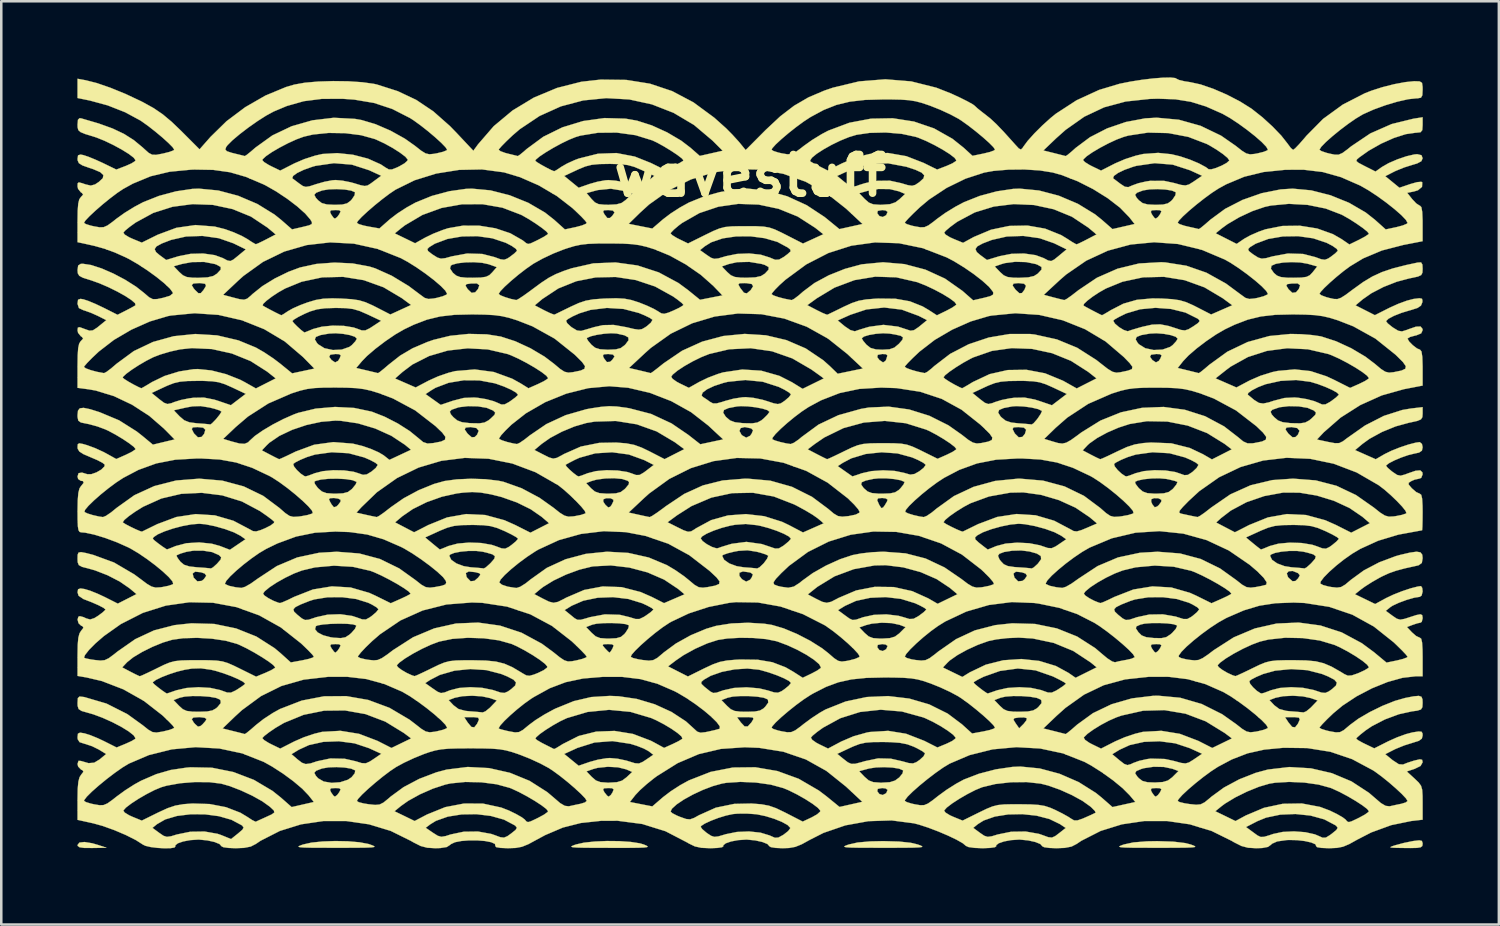
<source format=kicad_pcb>
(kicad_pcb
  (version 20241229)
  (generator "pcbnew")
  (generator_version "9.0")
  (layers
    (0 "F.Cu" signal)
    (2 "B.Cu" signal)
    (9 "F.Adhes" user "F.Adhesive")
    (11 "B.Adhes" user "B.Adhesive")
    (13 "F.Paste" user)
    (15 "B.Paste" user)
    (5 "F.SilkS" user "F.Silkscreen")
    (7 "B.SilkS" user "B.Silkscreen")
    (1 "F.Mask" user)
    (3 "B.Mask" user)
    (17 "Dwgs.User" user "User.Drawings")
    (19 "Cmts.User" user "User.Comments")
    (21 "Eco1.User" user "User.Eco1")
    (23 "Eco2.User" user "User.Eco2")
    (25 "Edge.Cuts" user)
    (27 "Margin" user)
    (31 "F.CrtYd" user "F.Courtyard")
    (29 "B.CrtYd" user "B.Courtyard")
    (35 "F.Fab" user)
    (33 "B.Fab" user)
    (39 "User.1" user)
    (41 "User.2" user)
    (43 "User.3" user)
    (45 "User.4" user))
  (footprint "wavestuff"
    (layer "F.Cu")
    (at 26.506 3.872)
    (property "Reference" "wavestuff" (at 0 0 0) (layer "F.SilkS") (effects (font (size 1.524 1.524) (thickness 0.3))))
    (attr through_hole)
    (fp_poly (pts (xy -25.921 26.306) (xy -25.696 26.371) (xy -25.358 26.483) (xy -25.929 26.492) (xy -26.243 26.489) (xy -26.421 26.464) (xy -26.494 26.411) (xy -26.501 26.374) (xy -26.428 26.279) (xy -26.227 26.256) (xy -25.921 26.306)) (stroke (width 0.01) (type solid)) (fill yes) (layer "F.SilkS"))
    (fp_poly (pts (xy 26.471 26.213) (xy 26.5 26.301) (xy 26.501 26.33) (xy 26.488 26.414) (xy 26.426 26.464) (xy 26.282 26.488) (xy 26.023 26.494) (xy 25.802 26.492) (xy 25.464 26.487) (xy 25.278 26.478) (xy 25.227 26.46) (xy 25.293 26.426) (xy 25.442 26.378) (xy 25.763 26.293) (xy 26.101 26.223) (xy 26.141 26.216) (xy 26.366 26.19) (xy 26.471 26.213)) (stroke (width 0.01) (type solid)) (fill yes) (layer "F.SilkS"))
    (fp_poly (pts (xy 5.868 26.238) (xy 6.331 26.287) (xy 6.604 26.353) (xy 6.725 26.397) (xy 6.786 26.43) (xy 6.771 26.453) (xy 6.662 26.468) (xy 6.445 26.478) (xy 6.1 26.482) (xy 5.613 26.484) (xy 5.249 26.484) (xy 4.67 26.483) (xy 4.242 26.481) (xy 3.952 26.475) (xy 3.78 26.463) (xy 3.711 26.444) (xy 3.729 26.417) (xy 3.817 26.38) (xy 3.895 26.353) (xy 4.238 26.276) (xy 4.727 26.232) (xy 5.249 26.221) (xy 5.868 26.238)) (stroke (width 0.01) (type solid)) (fill yes) (layer "F.SilkS"))
    (fp_poly (pts (xy 16.678 26.242) (xy 17.15 26.299) (xy 17.357 26.353) (xy 17.479 26.397) (xy 17.541 26.43) (xy 17.525 26.454) (xy 17.415 26.469) (xy 17.194 26.478) (xy 16.846 26.482) (xy 16.354 26.484) (xy 16.044 26.484) (xy 15.473 26.483) (xy 15.054 26.481) (xy 14.771 26.474) (xy 14.607 26.462) (xy 14.545 26.443) (xy 14.57 26.415) (xy 14.664 26.377) (xy 14.732 26.353) (xy 15.106 26.272) (xy 15.642 26.229) (xy 16.044 26.222) (xy 16.678 26.242)) (stroke (width 0.01) (type solid)) (fill yes) (layer "F.SilkS"))
    (fp_poly (pts (xy -15.844 26.228) (xy -15.392 26.267) (xy -15.041 26.333) (xy -14.986 26.351) (xy -14.863 26.396) (xy -14.8 26.429) (xy -14.813 26.453) (xy -14.92 26.469) (xy -15.137 26.478) (xy -15.48 26.482) (xy -15.966 26.484) (xy -16.298 26.484) (xy -16.87 26.483) (xy -17.289 26.481) (xy -17.572 26.474) (xy -17.736 26.462) (xy -17.797 26.443) (xy -17.772 26.415) (xy -17.678 26.377) (xy -17.611 26.354) (xy -17.283 26.28) (xy -16.843 26.235) (xy -16.346 26.218) (xy -15.844 26.228)) (stroke (width 0.01) (type solid)) (fill yes) (layer "F.SilkS"))
    (fp_poly (pts (xy -5.153 26.222) (xy -4.703 26.253) (xy -4.342 26.309) (xy -4.191 26.354) (xy -4.083 26.4) (xy -4.033 26.433) (xy -4.057 26.457) (xy -4.172 26.473) (xy -4.397 26.482) (xy -4.749 26.486) (xy -5.243 26.487) (xy -5.546 26.486) (xy -6.117 26.485) (xy -6.537 26.482) (xy -6.82 26.475) (xy -6.984 26.463) (xy -7.045 26.444) (xy -7.021 26.416) (xy -6.928 26.377) (xy -6.858 26.353) (xy -6.545 26.282) (xy -6.123 26.237) (xy -5.643 26.217) (xy -5.153 26.222)) (stroke (width 0.01) (type solid)) (fill yes) (layer "F.SilkS"))
    (fp_poly (pts (xy 16.757 -3.846) (xy 16.799 -3.821) (xy 16.903 -3.771) (xy 17.122 -3.718) (xy 17.334 -3.686) (xy 17.751 -3.595) (xy 18.252 -3.423) (xy 18.785 -3.193) (xy 19.301 -2.926) (xy 19.749 -2.646) (xy 19.784 -2.62) (xy 20.19 -2.299) (xy 20.587 -1.936) (xy 20.932 -1.577) (xy 21.18 -1.262) (xy 21.19 -1.247) (xy 21.31 -1.088) (xy 21.398 -1.017) (xy 21.401 -1.017) (xy 21.48 -1.078) (xy 21.636 -1.241) (xy 21.841 -1.475) (xy 21.926 -1.576) (xy 22.58 -2.238) (xy 23.356 -2.801) (xy 24.224 -3.247) (xy 24.482 -3.348) (xy 24.908 -3.485) (xy 25.372 -3.603) (xy 25.812 -3.686) (xy 26.162 -3.722) (xy 26.183 -3.722) (xy 26.386 -3.715) (xy 26.477 -3.657) (xy 26.5 -3.498) (xy 26.501 -3.387) (xy 26.49 -3.169) (xy 26.436 -3.073) (xy 26.304 -3.048) (xy 26.26 -3.048) (xy 25.934 -3.013) (xy 25.508 -2.917) (xy 25.036 -2.776) (xy 24.571 -2.607) (xy 24.164 -2.425) (xy 24.128 -2.406) (xy 23.869 -2.251) (xy 23.566 -2.041) (xy 23.247 -1.8) (xy 22.945 -1.553) (xy 22.688 -1.325) (xy 22.509 -1.141) (xy 22.437 -1.027) (xy 22.437 -1.023) (xy 22.511 -0.969) (xy 22.701 -0.903) (xy 22.83 -0.87) (xy 23.041 -0.827) (xy 23.194 -0.829) (xy 23.342 -0.893) (xy 23.538 -1.037) (xy 23.681 -1.153) (xy 24.44 -1.664) (xy 25.281 -2.034) (xy 26.141 -2.245) (xy 26.501 -2.301) (xy 26.501 -1.997) (xy 26.488 -1.795) (xy 26.418 -1.71) (xy 26.246 -1.692) (xy 26.226 -1.692) (xy 25.836 -1.636) (xy 25.368 -1.486) (xy 24.866 -1.262) (xy 24.376 -0.984) (xy 24.009 -0.724) (xy 23.911 -0.64) (xy 23.891 -0.578) (xy 23.972 -0.508) (xy 24.175 -0.4) (xy 24.281 -0.346) (xy 24.645 -0.163) (xy 24.897 -0.342) (xy 25.162 -0.494) (xy 25.505 -0.642) (xy 25.863 -0.764) (xy 26.171 -0.836) (xy 26.287 -0.847) (xy 26.456 -0.806) (xy 26.501 -0.687) (xy 26.452 -0.571) (xy 26.284 -0.481) (xy 26.108 -0.429) (xy 25.777 -0.325) (xy 25.444 -0.19) (xy 25.372 -0.155) (xy 25.029 0.02) (xy 25.308 0.248) (xy 25.587 0.476) (xy 26.023 0.328) (xy 26.283 0.255) (xy 26.449 0.241) (xy 26.487 0.262) (xy 26.477 0.442) (xy 26.317 0.575) (xy 26.162 0.622) (xy 25.894 0.676) (xy 26.091 0.926) (xy 26.247 1.091) (xy 26.377 1.177) (xy 26.395 1.181) (xy 26.452 1.242) (xy 26.486 1.431) (xy 26.5 1.766) (xy 26.5 1.884) (xy 26.5 2.582) (xy 25.744 2.729) (xy 24.896 2.948) (xy 24.158 3.259) (xy 23.646 3.568) (xy 23.392 3.755) (xy 23.116 3.98) (xy 22.85 4.212) (xy 22.627 4.423) (xy 22.479 4.584) (xy 22.437 4.658) (xy 22.511 4.714) (xy 22.698 4.784) (xy 22.813 4.816) (xy 23 4.858) (xy 23.142 4.863) (xy 23.284 4.813) (xy 23.471 4.694) (xy 23.745 4.489) (xy 23.766 4.474) (xy 24.157 4.192) (xy 24.519 3.974) (xy 24.894 3.801) (xy 25.323 3.656) (xy 25.848 3.522) (xy 26.31 3.423) (xy 26.44 3.417) (xy 26.492 3.504) (xy 26.501 3.666) (xy 26.493 3.822) (xy 26.445 3.916) (xy 26.318 3.975) (xy 26.072 4.029) (xy 25.983 4.046) (xy 25.483 4.179) (xy 24.961 4.384) (xy 24.483 4.632) (xy 24.142 4.87) (xy 23.858 5.11) (xy 24.239 5.304) (xy 24.62 5.497) (xy 25.2 5.204) (xy 25.541 5.05) (xy 25.879 4.926) (xy 26.144 4.857) (xy 26.148 4.857) (xy 26.375 4.829) (xy 26.476 4.849) (xy 26.495 4.933) (xy 26.487 4.995) (xy 26.435 5.121) (xy 26.298 5.213) (xy 26.035 5.297) (xy 26.012 5.302) (xy 25.671 5.405) (xy 25.373 5.522) (xy 25.158 5.635) (xy 25.063 5.728) (xy 25.062 5.738) (xy 25.126 5.82) (xy 25.284 5.949) (xy 25.344 5.992) (xy 25.539 6.111) (xy 25.687 6.137) (xy 25.875 6.079) (xy 25.934 6.055) (xy 26.239 5.95) (xy 26.421 5.944) (xy 26.497 6.038) (xy 26.501 6.087) (xy 26.444 6.214) (xy 26.254 6.292) (xy 26.204 6.302) (xy 26.009 6.355) (xy 25.911 6.414) (xy 25.908 6.424) (xy 25.97 6.535) (xy 26.114 6.681) (xy 26.279 6.807) (xy 26.4 6.858) (xy 26.456 6.928) (xy 26.489 7.144) (xy 26.501 7.517) (xy 26.501 7.564) (xy 26.501 8.271) (xy 25.76 8.414) (xy 24.892 8.658) (xy 24.047 9.038) (xy 23.271 9.531) (xy 22.605 10.113) (xy 22.577 10.143) (xy 22.337 10.397) (xy 22.779 10.492) (xy 23.044 10.541) (xy 23.216 10.537) (xy 23.364 10.465) (xy 23.511 10.352) (xy 24.234 9.843) (xy 24.973 9.465) (xy 25.702 9.232) (xy 26.037 9.175) (xy 26.501 9.121) (xy 26.501 9.375) (xy 26.491 9.515) (xy 26.436 9.602) (xy 26.298 9.662) (xy 26.039 9.72) (xy 25.971 9.733) (xy 25.442 9.878) (xy 24.9 10.099) (xy 24.411 10.366) (xy 24.133 10.567) (xy 23.84 10.813) (xy 24.247 10.994) (xy 24.654 11.174) (xy 25.006 10.97) (xy 25.271 10.84) (xy 25.603 10.708) (xy 25.944 10.594) (xy 26.236 10.519) (xy 26.389 10.499) (xy 26.474 10.571) (xy 26.501 10.7) (xy 26.473 10.835) (xy 26.361 10.911) (xy 26.162 10.954) (xy 25.931 11.011) (xy 25.658 11.106) (xy 25.392 11.218) (xy 25.18 11.327) (xy 25.068 11.413) (xy 25.061 11.431) (xy 25.123 11.51) (xy 25.275 11.64) (xy 25.321 11.675) (xy 25.496 11.792) (xy 25.634 11.822) (xy 25.814 11.773) (xy 25.916 11.733) (xy 26.222 11.628) (xy 26.407 11.612) (xy 26.49 11.688) (xy 26.501 11.769) (xy 26.445 11.909) (xy 26.368 11.938) (xy 26.188 11.977) (xy 26.064 12.03) (xy 25.953 12.099) (xy 25.951 12.171) (xy 26.06 12.301) (xy 26.084 12.326) (xy 26.249 12.468) (xy 26.384 12.53) (xy 26.388 12.531) (xy 26.446 12.576) (xy 26.482 12.729) (xy 26.498 13.012) (xy 26.501 13.25) (xy 26.498 13.576) (xy 26.492 13.826) (xy 26.483 13.96) (xy 26.48 13.973) (xy 25.549 14.144) (xy 24.748 14.385) (xy 24.046 14.705) (xy 23.726 14.895) (xy 23.407 15.119) (xy 23.097 15.365) (xy 22.822 15.609) (xy 22.609 15.826) (xy 22.485 15.991) (xy 22.469 16.071) (xy 22.577 16.131) (xy 22.79 16.189) (xy 22.903 16.209) (xy 23.125 16.233) (xy 23.288 16.209) (xy 23.452 16.113) (xy 23.677 15.924) (xy 23.68 15.922) (xy 24.183 15.555) (xy 24.792 15.235) (xy 25.441 14.992) (xy 25.608 14.945) (xy 26.003 14.853) (xy 26.262 14.817) (xy 26.415 14.843) (xy 26.485 14.932) (xy 26.501 15.069) (xy 26.47 15.26) (xy 26.347 15.35) (xy 26.268 15.37) (xy 25.803 15.473) (xy 25.456 15.566) (xy 25.177 15.664) (xy 24.915 15.784) (xy 24.807 15.84) (xy 24.508 16.011) (xy 24.23 16.188) (xy 24.089 16.29) (xy 23.835 16.493) (xy 24.631 16.879) (xy 25.067 16.642) (xy 25.35 16.508) (xy 25.69 16.374) (xy 26.029 16.261) (xy 26.311 16.189) (xy 26.437 16.172) (xy 26.485 16.244) (xy 26.501 16.383) (xy 26.462 16.544) (xy 26.389 16.595) (xy 26.173 16.629) (xy 25.876 16.714) (xy 25.569 16.827) (xy 25.32 16.943) (xy 25.233 16.999) (xy 25.05 17.147) (xy 25.315 17.343) (xy 25.483 17.457) (xy 25.618 17.495) (xy 25.792 17.463) (xy 25.97 17.405) (xy 26.253 17.314) (xy 26.412 17.283) (xy 26.483 17.315) (xy 26.5 17.413) (xy 26.501 17.441) (xy 26.467 17.579) (xy 26.422 17.611) (xy 26.29 17.639) (xy 26.113 17.698) (xy 25.883 17.785) (xy 26.08 17.994) (xy 26.245 18.138) (xy 26.381 18.203) (xy 26.388 18.203) (xy 26.445 18.247) (xy 26.48 18.396) (xy 26.497 18.672) (xy 26.501 18.965) (xy 26.501 19.727) (xy 26.222 19.727) (xy 25.709 19.786) (xy 25.122 19.95) (xy 24.504 20.2) (xy 23.898 20.517) (xy 23.345 20.882) (xy 22.984 21.182) (xy 22.74 21.416) (xy 22.552 21.609) (xy 22.448 21.73) (xy 22.437 21.752) (xy 22.512 21.801) (xy 22.703 21.861) (xy 22.847 21.895) (xy 23.084 21.936) (xy 23.245 21.927) (xy 23.396 21.847) (xy 23.601 21.674) (xy 23.627 21.651) (xy 23.97 21.397) (xy 24.42 21.135) (xy 24.918 20.891) (xy 25.407 20.696) (xy 25.806 20.582) (xy 26.144 20.516) (xy 26.35 20.498) (xy 26.456 20.534) (xy 26.495 20.635) (xy 26.501 20.774) (xy 26.491 20.943) (xy 26.435 21.034) (xy 26.287 21.081) (xy 26.08 21.108) (xy 25.567 21.221) (xy 25.015 21.426) (xy 24.5 21.693) (xy 24.259 21.855) (xy 24.053 22.018) (xy 23.916 22.139) (xy 23.882 22.183) (xy 23.951 22.241) (xy 24.127 22.34) (xy 24.239 22.395) (xy 24.596 22.566) (xy 25.146 22.288) (xy 25.49 22.134) (xy 25.841 22.006) (xy 26.099 21.938) (xy 26.34 21.901) (xy 26.458 21.91) (xy 26.497 21.978) (xy 26.501 22.057) (xy 26.47 22.183) (xy 26.351 22.27) (xy 26.108 22.346) (xy 25.777 22.45) (xy 25.444 22.585) (xy 25.372 22.62) (xy 25.029 22.795) (xy 25.319 23.032) (xy 25.563 23.191) (xy 25.73 23.204) (xy 25.737 23.2) (xy 25.901 23.134) (xy 26.14 23.057) (xy 26.183 23.045) (xy 26.389 22.998) (xy 26.48 23.015) (xy 26.501 23.107) (xy 26.501 23.114) (xy 26.42 23.26) (xy 26.189 23.373) (xy 25.877 23.476) (xy 26.189 23.762) (xy 26.345 23.912) (xy 26.438 24.04) (xy 26.484 24.198) (xy 26.499 24.435) (xy 26.501 24.712) (xy 26.501 25.377) (xy 26.046 25.43) (xy 25.265 25.591) (xy 24.476 25.879) (xy 23.93 26.16) (xy 23.61 26.338) (xy 23.365 26.441) (xy 23.128 26.488) (xy 22.833 26.501) (xy 22.803 26.501) (xy 22.513 26.489) (xy 22.34 26.459) (xy 22.307 26.42) (xy 22.275 26.345) (xy 22.113 26.276) (xy 21.859 26.219) (xy 21.553 26.183) (xy 21.233 26.176) (xy 21.135 26.181) (xy 20.771 26.233) (xy 20.563 26.325) (xy 20.532 26.359) (xy 20.408 26.449) (xy 20.181 26.493) (xy 19.941 26.501) (xy 19.624 26.483) (xy 19.363 26.414) (xy 19.074 26.269) (xy 18.976 26.211) (xy 18.182 25.819) (xy 17.675 25.666) (xy 19.541 25.666) (xy 19.82 25.871) (xy 19.994 25.998) (xy 20.118 26.057) (xy 20.251 26.053) (xy 20.455 25.993) (xy 20.61 25.94) (xy 20.987 25.859) (xy 21.432 25.837) (xy 21.876 25.87) (xy 22.256 25.955) (xy 22.393 26.013) (xy 22.561 26.087) (xy 22.689 26.082) (xy 22.849 25.984) (xy 22.928 25.925) (xy 23.102 25.783) (xy 23.153 25.697) (xy 23.101 25.624) (xy 23.064 25.595) (xy 22.625 25.364) (xy 22.084 25.215) (xy 21.491 25.153) (xy 20.891 25.178) (xy 20.334 25.295) (xy 19.994 25.433) (xy 19.541 25.666) (xy 17.675 25.666) (xy 17.325 25.559) (xy 16.432 25.43) (xy 15.53 25.43) (xy 14.649 25.56) (xy 13.815 25.819) (xy 13.057 26.205) (xy 12.868 26.332) (xy 12.666 26.436) (xy 12.398 26.488) (xy 12.073 26.501) (xy 11.791 26.49) (xy 11.59 26.462) (xy 11.515 26.424) (xy 11.438 26.336) (xy 11.237 26.255) (xy 10.958 26.193) (xy 10.647 26.163) (xy 10.583 26.162) (xy 10.281 26.182) (xy 10.005 26.234) (xy 9.797 26.306) (xy 9.696 26.385) (xy 9.699 26.424) (xy 9.647 26.462) (xy 9.461 26.489) (xy 9.179 26.501) (xy 9.154 26.501) (xy 8.84 26.488) (xy 8.608 26.455) (xy 8.504 26.408) (xy 8.38 26.304) (xy 8.132 26.163) (xy 7.799 26.004) (xy 7.419 25.842) (xy 7.043 25.699) (xy 8.794 25.699) (xy 9.063 25.898) (xy 9.229 26.011) (xy 9.361 26.053) (xy 9.528 26.03) (xy 9.756 25.96) (xy 10.292 25.851) (xy 10.858 25.843) (xy 11.381 25.935) (xy 11.515 25.981) (xy 11.748 26.066) (xy 11.894 26.082) (xy 12.025 26.023) (xy 12.167 25.916) (xy 12.438 25.703) (xy 12.209 25.55) (xy 11.793 25.349) (xy 11.285 25.218) (xy 10.729 25.159) (xy 10.168 25.17) (xy 9.646 25.253) (xy 9.205 25.408) (xy 8.977 25.55) (xy 8.794 25.699) (xy 7.043 25.699) (xy 7.029 25.693) (xy 6.667 25.575) (xy 6.458 25.52) (xy 5.579 25.406) (xy 4.664 25.435) (xy 3.755 25.6) (xy 2.894 25.896) (xy 2.356 26.169) (xy 2.034 26.346) (xy 1.784 26.447) (xy 1.539 26.492) (xy 1.276 26.501) (xy 1.007 26.489) (xy 0.82 26.459) (xy 0.762 26.424) (xy 0.685 26.336) (xy 0.484 26.255) (xy 0.205 26.193) (xy -0.106 26.163) (xy -0.169 26.162) (xy -0.472 26.182) (xy -0.748 26.234) (xy -0.956 26.306) (xy -1.056 26.385) (xy -1.053 26.424) (xy -1.105 26.463) (xy -1.289 26.49) (xy -1.563 26.501) (xy -1.915 26.486) (xy -2.174 26.43) (xy -2.414 26.314) (xy -2.476 26.276) (xy -3.334 25.831) (xy -3.888 25.659) (xy -1.947 25.659) (xy -1.885 25.748) (xy -1.73 25.881) (xy -1.688 25.912) (xy -1.534 26.013) (xy -1.408 26.053) (xy -1.249 26.035) (xy -0.996 25.961) (xy -0.959 25.949) (xy -0.52 25.86) (xy -0.042 25.84) (xy 0.411 25.888) (xy 0.777 26) (xy 0.805 26.014) (xy 0.978 26.089) (xy 1.117 26.08) (xy 1.301 25.979) (xy 1.328 25.961) (xy 1.499 25.827) (xy 1.581 25.717) (xy 1.582 25.696) (xy 1.479 25.588) (xy 1.254 25.464) (xy 0.95 25.341) (xy 0.611 25.237) (xy 0.281 25.168) (xy 0.228 25.161) (xy -0.131 25.136) (xy -0.492 25.139) (xy -0.682 25.156) (xy -0.946 25.213) (xy -1.246 25.305) (xy -1.538 25.416) (xy -1.779 25.527) (xy -1.924 25.621) (xy -1.947 25.659) (xy -3.888 25.659) (xy -4.249 25.546) (xy -5.222 25.419) (xy -5.877 25.422) (xy -6.669 25.507) (xy -7.378 25.687) (xy -8.071 25.982) (xy -8.414 26.167) (xy -8.739 26.343) (xy -8.989 26.444) (xy -9.234 26.49) (xy -9.538 26.501) (xy -9.541 26.501) (xy -9.831 26.489) (xy -10.003 26.459) (xy -10.035 26.42) (xy -10.053 26.332) (xy -10.202 26.264) (xy -10.445 26.217) (xy -10.746 26.193) (xy -11.069 26.192) (xy -11.375 26.216) (xy -11.628 26.265) (xy -11.792 26.342) (xy -11.817 26.367) (xy -11.951 26.454) (xy -12.207 26.495) (xy -12.402 26.501) (xy -12.718 26.483) (xy -12.98 26.414) (xy -13.268 26.269) (xy -13.367 26.211) (xy -14.16 25.819) (xy -14.566 25.696) (xy -12.782 25.696) (xy -12.49 25.896) (xy -12.307 26.011) (xy -12.165 26.051) (xy -11.993 26.022) (xy -11.799 25.959) (xy -11.281 25.85) (xy -10.723 25.843) (xy -10.203 25.937) (xy -10.075 25.981) (xy -9.842 26.067) (xy -9.694 26.083) (xy -9.559 26.025) (xy -9.411 25.918) (xy -9.239 25.78) (xy -9.189 25.695) (xy -9.244 25.622) (xy -9.279 25.595) (xy -9.698 25.374) (xy -10.215 25.229) (xy -10.785 25.16) (xy -11.366 25.169) (xy -11.911 25.256) (xy -12.377 25.421) (xy -12.596 25.555) (xy -12.782 25.696) (xy -14.566 25.696) (xy -15.018 25.559) (xy -15.911 25.43) (xy -16.813 25.43) (xy -17.694 25.56) (xy -18.528 25.819) (xy -19.286 26.205) (xy -19.474 26.332) (xy -19.677 26.436) (xy -19.944 26.488) (xy -20.27 26.501) (xy -20.552 26.49) (xy -20.753 26.462) (xy -20.828 26.424) (xy -20.905 26.336) (xy -21.106 26.255) (xy -21.385 26.193) (xy -21.696 26.163) (xy -21.759 26.162) (xy -22.062 26.182) (xy -22.338 26.234) (xy -22.546 26.306) (xy -22.646 26.385) (xy -22.643 26.424) (xy -22.681 26.474) (xy -22.841 26.5) (xy -23.081 26.504) (xy -23.354 26.488) (xy -23.617 26.455) (xy -23.826 26.406) (xy -23.918 26.362) (xy -24.203 26.18) (xy -24.598 25.981) (xy -25.05 25.788) (xy -25.299 25.699) (xy -23.549 25.699) (xy -23.279 25.898) (xy -23.114 26.011) (xy -22.981 26.053) (xy -22.815 26.03) (xy -22.587 25.96) (xy -22.054 25.851) (xy -21.495 25.843) (xy -20.98 25.934) (xy -20.831 25.986) (xy -20.452 26.14) (xy -20.174 25.918) (xy -20.005 25.773) (xy -19.957 25.685) (xy -20.013 25.61) (xy -20.039 25.591) (xy -20.435 25.381) (xy -20.929 25.239) (xy -21.481 25.166) (xy -22.045 25.163) (xy -22.581 25.229) (xy -23.044 25.366) (xy -23.365 25.55) (xy -23.549 25.699) (xy -25.299 25.699) (xy -25.504 25.625) (xy -25.878 25.521) (xy -26.501 25.383) (xy -26.501 25.019) (xy -24.697 25.019) (xy -24.641 25.097) (xy -24.47 25.202) (xy -24.345 25.259) (xy -23.969 25.413) (xy -23.325 25.095) (xy -22.953 24.924) (xy -22.646 24.821) (xy -22.321 24.765) (xy -21.972 24.739) (xy -21.296 24.76) (xy -20.651 24.884) (xy -20.085 25.102) (xy -19.812 25.266) (xy -19.622 25.39) (xy -19.495 25.453) (xy -19.473 25.455) (xy -19.377 25.41) (xy -19.183 25.322) (xy -19.092 25.281) (xy -18.85 25.169) (xy -18.746 25.093) (xy -18.758 25.044) (xy -14.011 25.044) (xy -13.614 25.236) (xy -13.218 25.429) (xy -12.726 25.171) (xy -12.011 24.882) (xy -11.265 24.739) (xy -10.519 24.744) (xy -9.804 24.899) (xy -9.505 25.015) (xy -9.222 25.153) (xy -8.997 25.281) (xy -8.881 25.369) (xy -8.815 25.445) (xy -8.751 25.472) (xy -8.643 25.442) (xy -8.445 25.349) (xy -8.342 25.298) (xy -8.122 25.179) (xy -7.984 25.079) (xy -7.969 25.057) (xy -3.133 25.057) (xy -3.061 25.123) (xy -2.878 25.217) (xy -2.755 25.267) (xy -2.523 25.349) (xy -2.364 25.364) (xy -2.201 25.305) (xy -2.014 25.201) (xy -1.348 24.903) (xy -0.623 24.754) (xy 0.057 24.74) (xy 0.442 24.77) (xy 0.741 24.825) (xy 1.027 24.925) (xy 1.376 25.093) (xy 1.419 25.115) (xy 2.074 25.452) (xy 2.435 25.282) (xy 2.642 25.165) (xy 2.759 25.06) (xy 2.769 25.023) (xy 2.766 25.019) (xy 7.646 25.019) (xy 7.702 25.097) (xy 7.872 25.202) (xy 7.997 25.259) (xy 8.374 25.413) (xy 9.03 25.089) (xy 9.324 24.947) (xy 9.553 24.854) (xy 9.767 24.8) (xy 10.017 24.775) (xy 10.354 24.768) (xy 10.622 24.769) (xy 11.056 24.775) (xy 11.37 24.795) (xy 11.611 24.836) (xy 11.826 24.906) (xy 12.023 24.992) (xy 12.303 25.132) (xy 12.541 25.265) (xy 12.651 25.337) (xy 12.768 25.405) (xy 12.897 25.406) (xy 13.097 25.338) (xy 13.202 25.293) (xy 13.431 25.191) (xy 13.585 25.117) (xy 13.62 25.097) (xy 13.591 25.044) (xy 18.332 25.044) (xy 18.73 25.237) (xy 19.128 25.431) (xy 19.534 25.211) (xy 20.25 24.909) (xy 20.996 24.75) (xy 21.743 24.738) (xy 22.459 24.873) (xy 22.838 25.015) (xy 23.12 25.152) (xy 23.346 25.281) (xy 23.462 25.369) (xy 23.528 25.445) (xy 23.592 25.472) (xy 23.699 25.442) (xy 23.897 25.349) (xy 24.001 25.298) (xy 24.22 25.179) (xy 24.359 25.079) (xy 24.384 25.043) (xy 24.314 24.953) (xy 24.128 24.811) (xy 23.862 24.638) (xy 23.553 24.456) (xy 23.236 24.287) (xy 22.946 24.153) (xy 22.872 24.123) (xy 22.402 23.994) (xy 21.836 23.914) (xy 21.243 23.888) (xy 20.692 23.92) (xy 20.467 23.956) (xy 20.056 24.077) (xy 19.584 24.268) (xy 19.117 24.499) (xy 18.72 24.739) (xy 18.585 24.839) (xy 18.332 25.044) (xy 13.591 25.044) (xy 13.584 25.03) (xy 13.455 24.899) (xy 13.408 24.857) (xy 13.097 24.635) (xy 12.679 24.406) (xy 12.211 24.196) (xy 11.751 24.032) (xy 11.452 23.956) (xy 10.896 23.895) (xy 10.274 23.902) (xy 9.662 23.972) (xy 9.144 24.097) (xy 8.878 24.207) (xy 8.566 24.367) (xy 8.248 24.551) (xy 7.963 24.736) (xy 7.75 24.899) (xy 7.648 25.014) (xy 7.646 25.019) (xy 2.766 25.019) (xy 2.673 24.91) (xy 2.462 24.75) (xy 2.175 24.566) (xy 1.848 24.381) (xy 1.522 24.219) (xy 1.312 24.132) (xy 0.816 23.996) (xy 0.228 23.913) (xy -0.378 23.887) (xy -0.933 23.923) (xy -1.106 23.953) (xy -1.469 24.054) (xy -1.861 24.203) (xy -2.251 24.385) (xy -2.605 24.58) (xy -2.891 24.772) (xy -3.078 24.942) (xy -3.133 25.057) (xy -7.969 25.057) (xy -7.959 25.043) (xy -8.029 24.954) (xy -8.214 24.812) (xy -8.48 24.638) (xy -8.79 24.456) (xy -9.107 24.287) (xy -9.397 24.152) (xy -9.47 24.123) (xy -9.987 23.982) (xy -10.594 23.903) (xy -11.22 23.89) (xy -11.798 23.947) (xy -11.999 23.99) (xy -12.495 24.152) (xy -13.008 24.377) (xy -13.472 24.634) (xy -13.757 24.836) (xy -14.011 25.044) (xy -18.758 25.044) (xy -18.765 25.014) (xy -18.893 24.893) (xy -18.934 24.857) (xy -19.222 24.651) (xy -19.617 24.431) (xy -20.063 24.223) (xy -20.503 24.053) (xy -20.839 23.957) (xy -21.314 23.898) (xy -21.878 23.894) (xy -22.458 23.941) (xy -22.983 24.035) (xy -23.199 24.097) (xy -23.465 24.207) (xy -23.777 24.367) (xy -24.095 24.551) (xy -24.38 24.737) (xy -24.593 24.899) (xy -24.695 25.014) (xy -24.697 25.019) (xy -26.501 25.019) (xy -26.501 24.632) (xy -26.247 24.632) (xy -26.172 24.683) (xy -25.98 24.742) (xy -25.845 24.772) (xy -25.632 24.807) (xy -25.476 24.801) (xy -25.323 24.736) (xy -25.123 24.593) (xy -24.956 24.461) (xy -24.628 24.222) (xy -24.265 23.99) (xy -23.996 23.841) (xy -23.397 23.582) (xy -22.829 23.418) (xy -22.205 23.325) (xy -22.048 23.312) (xy -21.205 23.329) (xy -20.359 23.499) (xy -19.551 23.808) (xy -18.816 24.244) (xy -18.493 24.502) (xy -18.063 24.88) (xy -17.626 24.78) (xy -17.19 24.68) (xy -17.222 24.639) (xy -15.494 24.639) (xy -15.418 24.688) (xy -15.221 24.738) (xy -15.031 24.768) (xy -14.774 24.795) (xy -14.598 24.779) (xy -14.442 24.7) (xy -14.241 24.536) (xy -14.163 24.467) (xy -13.656 24.096) (xy -13.037 23.768) (xy -12.362 23.511) (xy -11.954 23.402) (xy -11.126 23.299) (xy -10.285 23.344) (xy -9.461 23.53) (xy -8.687 23.847) (xy -7.995 24.288) (xy -7.741 24.503) (xy -7.485 24.723) (xy -7.3 24.831) (xy -7.149 24.849) (xy -7.123 24.845) (xy -6.883 24.792) (xy -6.679 24.75) (xy -6.505 24.696) (xy -6.486 24.68) (xy -4.736 24.68) (xy -4.294 24.767) (xy -3.852 24.853) (xy -3.429 24.488) (xy -3.127 24.258) (xy -2.754 24.017) (xy -2.413 23.829) (xy -1.554 23.493) (xy -0.675 23.321) (xy 0.208 23.311) (xy 1.077 23.46) (xy 1.917 23.766) (xy 2.71 24.228) (xy 3.011 24.456) (xy 3.525 24.875) (xy 4.422 24.673) (xy 4.378 24.632) (xy 6.096 24.632) (xy 6.171 24.683) (xy 6.362 24.742) (xy 6.498 24.772) (xy 6.706 24.807) (xy 6.861 24.802) (xy 7.011 24.74) (xy 7.206 24.603) (xy 7.408 24.443) (xy 7.745 24.197) (xy 8.122 23.959) (xy 8.424 23.795) (xy 9.02 23.566) (xy 9.685 23.393) (xy 10.339 23.297) (xy 10.65 23.283) (xy 11.412 23.358) (xy 12.195 23.568) (xy 12.949 23.896) (xy 13.627 24.323) (xy 13.855 24.508) (xy 14.28 24.88) (xy 14.73 24.78) (xy 15.18 24.68) (xy 15.144 24.637) (xy 16.849 24.637) (xy 16.925 24.683) (xy 17.122 24.731) (xy 17.315 24.761) (xy 17.578 24.788) (xy 17.755 24.772) (xy 17.914 24.691) (xy 18.119 24.523) (xy 18.177 24.472) (xy 18.673 24.11) (xy 19.277 23.786) (xy 19.927 23.53) (xy 20.405 23.401) (xy 21.248 23.302) (xy 22.098 23.353) (xy 22.924 23.544) (xy 23.697 23.868) (xy 24.385 24.317) (xy 24.601 24.503) (xy 24.858 24.723) (xy 25.043 24.831) (xy 25.193 24.849) (xy 25.219 24.845) (xy 25.459 24.792) (xy 25.664 24.75) (xy 25.837 24.697) (xy 25.908 24.64) (xy 25.846 24.539) (xy 25.681 24.363) (xy 25.444 24.142) (xy 25.168 23.902) (xy 24.883 23.673) (xy 24.623 23.482) (xy 24.544 23.43) (xy 23.723 22.991) (xy 22.867 22.701) (xy 21.952 22.555) (xy 21.019 22.543) (xy 20.263 22.615) (xy 19.604 22.762) (xy 18.981 23.003) (xy 18.438 23.292) (xy 18.169 23.467) (xy 17.864 23.691) (xy 17.553 23.938) (xy 17.266 24.183) (xy 17.033 24.401) (xy 16.886 24.565) (xy 16.849 24.637) (xy 15.144 24.637) (xy 14.952 24.409) (xy 14.745 24.202) (xy 15.79 24.202) (xy 15.833 24.299) (xy 15.928 24.433) (xy 15.985 24.469) (xy 16.072 24.405) (xy 16.152 24.299) (xy 16.209 24.182) (xy 16.152 24.137) (xy 16 24.13) (xy 15.827 24.142) (xy 15.79 24.202) (xy 14.745 24.202) (xy 14.683 24.139) (xy 14.309 23.831) (xy 13.913 23.545) (xy 15.171 23.545) (xy 15.259 23.678) (xy 15.32 23.744) (xy 15.462 23.851) (xy 15.662 23.902) (xy 15.959 23.912) (xy 16.263 23.893) (xy 16.465 23.832) (xy 16.632 23.708) (xy 16.657 23.683) (xy 16.88 23.46) (xy 16.647 23.372) (xy 16.308 23.299) (xy 15.902 23.291) (xy 15.518 23.348) (xy 15.422 23.376) (xy 15.221 23.46) (xy 15.171 23.545) (xy 13.913 23.545) (xy 13.88 23.521) (xy 13.443 23.244) (xy 13.178 23.099) (xy 12.415 22.797) (xy 14.27 22.797) (xy 14.556 23.036) (xy 14.742 23.18) (xy 14.87 23.226) (xy 15.008 23.187) (xy 15.093 23.145) (xy 15.328 23.059) (xy 15.638 22.99) (xy 15.785 22.97) (xy 16.346 22.985) (xy 16.708 23.064) (xy 16.98 23.139) (xy 17.153 23.161) (xy 17.291 23.123) (xy 17.457 23.021) (xy 17.5 22.992) (xy 17.812 22.78) (xy 17.321 22.556) (xy 16.754 22.368) (xy 16.14 22.287) (xy 15.525 22.31) (xy 14.958 22.437) (xy 14.562 22.619) (xy 14.27 22.797) (xy 12.415 22.797) (xy 12.336 22.765) (xy 11.431 22.572) (xy 10.494 22.519) (xy 9.558 22.605) (xy 8.653 22.831) (xy 7.867 23.166) (xy 7.616 23.317) (xy 7.315 23.528) (xy 6.994 23.773) (xy 6.682 24.028) (xy 6.41 24.268) (xy 6.207 24.469) (xy 6.103 24.605) (xy 6.096 24.632) (xy 4.378 24.632) (xy 3.978 24.258) (xy 5.012 24.258) (xy 5.095 24.365) (xy 5.228 24.404) (xy 5.363 24.333) (xy 5.419 24.204) (xy 5.346 24.148) (xy 5.207 24.13) (xy 5.031 24.162) (xy 5.012 24.258) (xy 3.978 24.258) (xy 3.779 24.073) (xy 3.021 23.465) (xy 4.298 23.465) (xy 4.515 23.691) (xy 4.675 23.829) (xy 4.854 23.897) (xy 5.121 23.917) (xy 5.197 23.917) (xy 5.506 23.9) (xy 5.714 23.834) (xy 5.88 23.711) (xy 6.008 23.554) (xy 6.032 23.442) (xy 6.025 23.432) (xy 5.873 23.366) (xy 5.608 23.323) (xy 5.284 23.307) (xy 4.957 23.318) (xy 4.68 23.361) (xy 4.668 23.365) (xy 4.298 23.465) (xy 3.021 23.465) (xy 3.015 23.459) (xy 2.198 23.003) (xy 1.555 22.783) (xy 3.435 22.783) (xy 3.686 22.988) (xy 3.853 23.117) (xy 3.988 23.177) (xy 4.147 23.173) (xy 4.387 23.111) (xy 4.522 23.071) (xy 5.046 22.961) (xy 5.546 22.973) (xy 5.995 23.075) (xy 6.255 23.146) (xy 6.418 23.16) (xy 6.549 23.112) (xy 6.685 23.019) (xy 6.836 22.88) (xy 6.892 22.77) (xy 6.888 22.755) (xy 6.788 22.677) (xy 6.586 22.566) (xy 6.447 22.499) (xy 6.191 22.405) (xy 5.902 22.348) (xy 5.527 22.321) (xy 5.249 22.316) (xy 4.845 22.319) (xy 4.552 22.342) (xy 4.312 22.395) (xy 4.068 22.488) (xy 3.94 22.546) (xy 3.435 22.783) (xy 1.555 22.783) (xy 1.317 22.7) (xy 0.361 22.546) (xy -0.213 22.523) (xy -1.151 22.588) (xy -2.022 22.793) (xy -2.854 23.148) (xy -3.672 23.66) (xy -3.788 23.746) (xy -4.077 23.978) (xy -4.339 24.213) (xy -4.519 24.403) (xy -4.526 24.411) (xy -4.736 24.68) (xy -6.486 24.68) (xy -6.435 24.637) (xy -6.498 24.534) (xy -6.666 24.358) (xy -6.841 24.197) (xy -5.792 24.197) (xy -5.738 24.299) (xy -5.632 24.431) (xy -5.571 24.469) (xy -5.487 24.403) (xy -5.419 24.299) (xy -5.374 24.182) (xy -5.441 24.136) (xy -5.586 24.13) (xy -5.758 24.141) (xy -5.792 24.197) (xy -6.841 24.197) (xy -6.908 24.134) (xy -7.193 23.89) (xy -7.491 23.652) (xy -7.735 23.473) (xy -6.447 23.473) (xy -6.233 23.696) (xy -6.075 23.831) (xy -5.894 23.897) (xy -5.623 23.917) (xy -5.556 23.917) (xy -5.249 23.9) (xy -5.041 23.836) (xy -4.868 23.706) (xy -4.644 23.496) (xy -4.883 23.393) (xy -5.208 23.312) (xy -5.607 23.292) (xy -5.999 23.332) (xy -6.174 23.378) (xy -6.447 23.473) (xy -7.735 23.473) (xy -7.771 23.447) (xy -7.933 23.341) (xy -8.265 23.162) (xy -8.674 22.974) (xy -9.076 22.814) (xy -9.102 22.804) (xy -9.155 22.786) (xy -7.324 22.786) (xy -6.755 23.251) (xy -6.32 23.101) (xy -5.992 23.011) (xy -5.658 22.956) (xy -5.527 22.947) (xy -5.217 22.975) (xy -4.876 23.048) (xy -4.779 23.078) (xy -4.537 23.152) (xy -4.379 23.162) (xy -4.232 23.1) (xy -4.1 23.014) (xy -3.813 22.818) (xy -4.002 22.674) (xy -4.184 22.575) (xy -4.464 22.465) (xy -4.717 22.387) (xy -5.422 22.28) (xy -6.13 22.336) (xy -6.807 22.549) (xy -6.827 22.559) (xy -7.324 22.786) (xy -9.155 22.786) (xy -9.387 22.709) (xy -9.632 22.643) (xy -9.882 22.601) (xy -10.178 22.578) (xy -10.564 22.568) (xy -11.007 22.566) (xy -11.506 22.568) (xy -11.877 22.579) (xy -12.161 22.604) (xy -12.4 22.647) (xy -12.635 22.714) (xy -12.855 22.791) (xy -13.24 22.947) (xy -13.638 23.133) (xy -13.944 23.299) (xy -14.186 23.461) (xy -14.472 23.677) (xy -14.771 23.921) (xy -15.054 24.166) (xy -15.289 24.386) (xy -15.445 24.555) (xy -15.494 24.639) (xy -17.222 24.639) (xy -17.402 24.411) (xy -17.602 24.202) (xy -16.552 24.202) (xy -16.51 24.299) (xy -16.415 24.433) (xy -16.358 24.469) (xy -16.271 24.405) (xy -16.191 24.299) (xy -16.134 24.182) (xy -16.191 24.137) (xy -16.343 24.13) (xy -16.516 24.142) (xy -16.552 24.202) (xy -17.602 24.202) (xy -17.645 24.157) (xy -17.996 23.861) (xy -18.408 23.558) (xy -18.453 23.529) (xy -17.172 23.529) (xy -17.11 23.646) (xy -17.023 23.744) (xy -16.8 23.873) (xy -16.489 23.925) (xy -16.152 23.901) (xy -15.85 23.804) (xy -15.704 23.705) (xy -15.578 23.55) (xy -15.559 23.44) (xy -15.565 23.432) (xy -15.717 23.366) (xy -15.979 23.322) (xy -16.295 23.304) (xy -16.607 23.315) (xy -16.859 23.358) (xy -16.879 23.364) (xy -17.099 23.448) (xy -17.172 23.529) (xy -18.453 23.529) (xy -18.837 23.281) (xy -19.164 23.099) (xy -19.932 22.795) (xy -18.07 22.795) (xy -17.836 22.997) (xy -17.66 23.133) (xy -17.509 23.185) (xy -17.321 23.16) (xy -17.06 23.074) (xy -16.538 22.964) (xy -15.974 22.976) (xy -15.54 23.075) (xy -15.3 23.148) (xy -15.141 23.155) (xy -14.984 23.085) (xy -14.843 22.993) (xy -14.531 22.78) (xy -15.022 22.556) (xy -15.587 22.368) (xy -16.201 22.287) (xy -16.815 22.31) (xy -17.382 22.436) (xy -17.779 22.618) (xy -18.07 22.795) (xy -19.932 22.795) (xy -20.007 22.765) (xy -20.912 22.572) (xy -21.848 22.519) (xy -22.785 22.605) (xy -23.69 22.831) (xy -24.475 23.166) (xy -24.726 23.317) (xy -25.027 23.528) (xy -25.349 23.773) (xy -25.66 24.028) (xy -25.933 24.268) (xy -26.135 24.469) (xy -26.239 24.605) (xy -26.247 24.632) (xy -26.501 24.632) (xy -26.501 24.573) (xy -26.494 24.16) (xy -26.469 23.883) (xy -26.423 23.706) (xy -26.362 23.609) (xy -26.27 23.49) (xy -26.299 23.431) (xy -26.362 23.403) (xy -26.477 23.284) (xy -26.501 23.181) (xy -26.463 23.058) (xy -26.366 23.063) (xy -26.068 23.149) (xy -25.844 23.131) (xy -25.63 23.002) (xy -25.619 22.993) (xy -25.373 22.789) (xy -25.661 22.613) (xy -25.929 22.481) (xy -26.2 22.391) (xy -26.226 22.385) (xy -26.421 22.322) (xy -26.495 22.206) (xy -26.501 22.124) (xy -26.484 21.986) (xy -26.401 21.947) (xy -26.226 21.975) (xy -26.001 22.045) (xy -25.702 22.167) (xy -25.456 22.283) (xy -24.961 22.532) (xy -24.588 22.378) (xy -24.37 22.278) (xy -24.235 22.197) (xy -24.215 22.172) (xy -24.22 22.164) (xy -19.219 22.164) (xy -19.15 22.239) (xy -18.974 22.349) (xy -18.866 22.405) (xy -18.513 22.576) (xy -17.956 22.292) (xy -17.582 22.129) (xy -17.168 21.99) (xy -16.86 21.915) (xy -16.14 21.875) (xy -15.407 21.994) (xy -14.691 22.267) (xy -14.666 22.279) (xy -14.131 22.551) (xy -13.743 22.363) (xy -13.373 22.183) (xy -8.461 22.183) (xy -8.392 22.242) (xy -8.218 22.344) (xy -8.104 22.403) (xy -7.889 22.511) (xy -7.75 22.581) (xy -7.724 22.594) (xy -7.647 22.559) (xy -7.478 22.457) (xy -7.385 22.398) (xy -6.754 22.079) (xy -6.063 21.906) (xy -5.341 21.879) (xy -4.614 21.998) (xy -3.913 22.264) (xy -3.798 22.324) (xy -3.388 22.548) (xy -3.045 22.393) (xy -2.828 22.287) (xy -2.688 22.202) (xy -2.666 22.18) (xy -2.682 22.144) (xy 2.396 22.144) (xy 2.448 22.23) (xy 2.612 22.346) (xy 2.72 22.403) (xy 3.072 22.574) (xy 3.593 22.297) (xy 4.074 22.091) (xy 4.601 21.943) (xy 4.72 21.921) (xy 5.441 21.876) (xy 6.145 21.99) (xy 6.855 22.266) (xy 6.884 22.28) (xy 7.382 22.532) (xy 7.754 22.378) (xy 7.967 22.274) (xy 8.089 22.18) (xy 8.1 22.149) (xy 13.149 22.149) (xy 13.201 22.232) (xy 13.365 22.346) (xy 13.475 22.404) (xy 13.829 22.576) (xy 14.386 22.292) (xy 14.761 22.129) (xy 15.175 21.99) (xy 15.483 21.915) (xy 16.203 21.875) (xy 16.935 21.994) (xy 17.652 22.267) (xy 17.677 22.279) (xy 18.212 22.551) (xy 18.599 22.363) (xy 18.987 22.174) (xy 18.701 21.96) (xy 17.954 21.501) (xy 17.158 21.2) (xy 16.33 21.06) (xy 15.485 21.083) (xy 14.639 21.273) (xy 14.435 21.344) (xy 14.141 21.473) (xy 13.825 21.641) (xy 13.53 21.823) (xy 13.295 21.992) (xy 13.162 22.123) (xy 13.149 22.149) (xy 8.1 22.149) (xy 8.101 22.145) (xy 8.003 22.03) (xy 7.793 21.871) (xy 7.512 21.691) (xy 7.2 21.518) (xy 6.898 21.376) (xy 6.817 21.344) (xy 5.982 21.114) (xy 5.147 21.044) (xy 4.333 21.133) (xy 3.556 21.378) (xy 2.875 21.751) (xy 2.637 21.922) (xy 2.463 22.066) (xy 2.396 22.144) (xy -2.682 22.144) (xy -2.704 22.096) (xy -2.861 21.959) (xy -3.102 21.792) (xy -3.393 21.618) (xy -3.7 21.458) (xy -3.895 21.371) (xy -4.715 21.128) (xy -5.557 21.048) (xy -6.401 21.131) (xy -7.217 21.373) (xy -7.477 21.495) (xy -7.766 21.657) (xy -8.047 21.833) (xy -8.281 21.998) (xy -8.429 22.128) (xy -8.461 22.183) (xy -13.373 22.183) (xy -13.356 22.174) (xy -13.642 21.96) (xy -14.372 21.513) (xy -15.154 21.216) (xy -15.965 21.072) (xy -16.785 21.081) (xy -17.591 21.244) (xy -18.363 21.561) (xy -18.694 21.755) (xy -18.948 21.928) (xy -19.135 22.072) (xy -19.218 22.158) (xy -19.219 22.164) (xy -24.22 22.164) (xy -24.289 22.053) (xy -24.488 21.896) (xy -24.78 21.716) (xy -25.131 21.533) (xy -25.509 21.363) (xy -25.879 21.225) (xy -26.099 21.162) (xy -26.34 21.093) (xy -26.458 21.017) (xy -26.497 20.893) (xy -26.501 20.778) (xy -26.489 20.587) (xy -26.422 20.523) (xy -26.246 20.543) (xy -26.226 20.547) (xy -25.359 20.802) (xy -24.54 21.216) (xy -23.934 21.653) (xy -23.707 21.834) (xy -23.547 21.924) (xy -23.39 21.943) (xy -23.173 21.909) (xy -23.113 21.897) (xy -22.873 21.837) (xy -22.729 21.782) (xy -20.786 21.782) (xy -20.362 21.888) (xy -20.117 21.949) (xy -19.95 21.992) (xy -19.909 22.003) (xy -19.836 21.956) (xy -19.674 21.824) (xy -19.473 21.648) (xy -19.17 21.41) (xy -18.801 21.169) (xy -18.525 21.016) (xy -17.667 20.684) (xy -16.79 20.515) (xy -15.909 20.508) (xy -15.044 20.659) (xy -14.209 20.969) (xy -13.424 21.433) (xy -13.192 21.61) (xy -12.948 21.801) (xy -12.778 21.902) (xy -12.627 21.933) (xy -12.438 21.912) (xy -12.34 21.894) (xy -12.107 21.837) (xy -11.962 21.779) (xy -11.953 21.769) (xy -9.906 21.769) (xy -9.901 21.787) (xy -9.803 21.821) (xy -9.597 21.873) (xy -9.483 21.898) (xy -9.262 21.937) (xy -9.105 21.924) (xy -8.95 21.839) (xy -8.735 21.662) (xy -8.721 21.65) (xy -8.459 21.455) (xy -8.108 21.235) (xy -7.737 21.032) (xy -7.663 20.996) (xy -6.948 20.705) (xy -6.258 20.544) (xy -5.527 20.499) (xy -5.179 20.513) (xy -4.464 20.618) (xy -3.755 20.83) (xy -3.096 21.131) (xy -2.529 21.502) (xy -2.217 21.785) (xy -2.086 21.905) (xy -1.955 21.949) (xy -1.758 21.928) (xy -1.627 21.901) (xy -1.387 21.846) (xy -1.228 21.802) (xy -1.195 21.789) (xy -1.195 21.754) (xy 0.847 21.754) (xy 0.922 21.805) (xy 1.113 21.865) (xy 1.249 21.895) (xy 1.466 21.932) (xy 1.624 21.925) (xy 1.779 21.857) (xy 1.984 21.708) (xy 2.111 21.606) (xy 2.42 21.378) (xy 2.749 21.162) (xy 2.972 21.035) (xy 3.766 20.719) (xy 4.598 20.543) (xy 5.441 20.506) (xy 6.271 20.604) (xy 7.061 20.835) (xy 7.785 21.195) (xy 8.348 21.618) (xy 8.747 21.98) (xy 9.199 21.898) (xy 9.449 21.842) (xy 9.614 21.785) (xy 9.618 21.781) (xy 11.557 21.781) (xy 11.98 21.887) (xy 12.226 21.949) (xy 12.393 21.992) (xy 12.434 22.003) (xy 12.506 21.956) (xy 12.669 21.823) (xy 12.886 21.633) (xy 12.887 21.632) (xy 13.511 21.179) (xy 14.241 20.829) (xy 15.044 20.597) (xy 15.885 20.495) (xy 16.074 20.491) (xy 16.949 20.572) (xy 17.796 20.818) (xy 18.601 21.221) (xy 19.151 21.61) (xy 19.395 21.801) (xy 19.564 21.902) (xy 19.716 21.933) (xy 19.905 21.912) (xy 20.003 21.894) (xy 20.236 21.837) (xy 20.381 21.779) (xy 20.405 21.753) (xy 20.339 21.638) (xy 20.161 21.455) (xy 20.026 21.336) (xy 21.078 21.336) (xy 21.217 21.548) (xy 21.361 21.721) (xy 21.476 21.737) (xy 21.586 21.598) (xy 21.587 21.596) (xy 21.66 21.433) (xy 21.628 21.357) (xy 21.463 21.337) (xy 21.376 21.336) (xy 21.078 21.336) (xy 20.026 21.336) (xy 19.902 21.227) (xy 19.592 20.978) (xy 19.259 20.733) (xy 19.157 20.664) (xy 20.465 20.664) (xy 20.657 20.869) (xy 20.851 21.014) (xy 21.121 21.088) (xy 21.283 21.105) (xy 21.55 21.125) (xy 21.749 21.144) (xy 21.807 21.151) (xy 21.918 21.105) (xy 22.082 20.971) (xy 22.13 20.923) (xy 22.364 20.679) (xy 22.091 20.584) (xy 21.777 20.517) (xy 21.39 20.493) (xy 21.008 20.511) (xy 20.707 20.572) (xy 20.694 20.577) (xy 20.465 20.664) (xy 19.157 20.664) (xy 18.936 20.515) (xy 18.651 20.348) (xy 18.637 20.341) (xy 17.94 20.034) (xy 17.519 19.916) (xy 19.673 19.916) (xy 19.699 20.013) (xy 19.815 20.157) (xy 19.969 20.3) (xy 20.113 20.393) (xy 20.161 20.404) (xy 20.267 20.375) (xy 20.463 20.301) (xy 20.519 20.278) (xy 20.873 20.187) (xy 21.318 20.155) (xy 21.784 20.181) (xy 22.202 20.265) (xy 22.276 20.289) (xy 22.515 20.368) (xy 22.666 20.382) (xy 22.801 20.324) (xy 22.93 20.233) (xy 23.086 20.092) (xy 23.12 19.974) (xy 23.022 19.86) (xy 22.778 19.733) (xy 22.535 19.634) (xy 21.96 19.486) (xy 21.322 19.443) (xy 20.688 19.505) (xy 20.216 19.636) (xy 19.949 19.75) (xy 19.75 19.854) (xy 19.673 19.916) (xy 17.519 19.916) (xy 17.245 19.84) (xy 16.502 19.748) (xy 15.719 19.746) (xy 14.779 19.848) (xy 13.935 20.078) (xy 13.16 20.449) (xy 12.428 20.97) (xy 12.078 21.283) (xy 11.557 21.781) (xy 9.618 21.781) (xy 9.652 21.752) (xy 9.589 21.654) (xy 9.422 21.483) (xy 9.37 21.436) (xy 10.377 21.436) (xy 10.461 21.572) (xy 10.464 21.577) (xy 10.604 21.776) (xy 10.78 21.601) (xy 10.889 21.461) (xy 10.904 21.375) (xy 10.793 21.347) (xy 10.594 21.351) (xy 10.589 21.351) (xy 10.412 21.378) (xy 10.377 21.436) (xy 9.37 21.436) (xy 9.181 21.265) (xy 8.899 21.028) (xy 8.608 20.798) (xy 8.423 20.664) (xy 9.626 20.664) (xy 9.847 20.894) (xy 9.988 21.022) (xy 10.141 21.091) (xy 10.361 21.119) (xy 10.62 21.124) (xy 10.945 21.113) (xy 11.155 21.072) (xy 11.303 20.988) (xy 11.362 20.934) (xy 11.483 20.785) (xy 11.478 20.68) (xy 11.445 20.64) (xy 11.299 20.577) (xy 11.035 20.532) (xy 10.708 20.507) (xy 10.368 20.504) (xy 10.067 20.526) (xy 9.872 20.57) (xy 9.626 20.664) (xy 8.423 20.664) (xy 8.338 20.603) (xy 8.198 20.512) (xy 7.882 20.342) (xy 7.489 20.16) (xy 7.111 20.008) (xy 7.015 19.975) (xy 8.807 19.975) (xy 8.868 20.04) (xy 9.011 20.159) (xy 9.18 20.288) (xy 9.318 20.382) (xy 9.365 20.405) (xy 9.444 20.379) (xy 9.63 20.315) (xy 9.737 20.278) (xy 10.138 20.187) (xy 10.609 20.156) (xy 11.077 20.184) (xy 11.469 20.27) (xy 11.511 20.286) (xy 11.734 20.365) (xy 11.888 20.369) (xy 12.059 20.291) (xy 12.147 20.237) (xy 12.333 20.114) (xy 12.437 20.028) (xy 12.446 20.013) (xy 12.376 19.96) (xy 12.191 19.859) (xy 11.933 19.731) (xy 11.245 19.491) (xy 10.55 19.419) (xy 9.845 19.516) (xy 9.207 19.742) (xy 8.982 19.854) (xy 8.836 19.942) (xy 8.807 19.975) (xy 7.015 19.975) (xy 6.837 19.913) (xy 6.596 19.849) (xy 6.344 19.808) (xy 6.038 19.785) (xy 5.635 19.775) (xy 5.292 19.773) (xy 4.582 19.789) (xy 3.993 19.849) (xy 3.479 19.963) (xy 2.995 20.142) (xy 2.495 20.397) (xy 2.377 20.465) (xy 2.115 20.636) (xy 1.816 20.855) (xy 1.512 21.097) (xy 1.233 21.335) (xy 1.01 21.544) (xy 0.874 21.697) (xy 0.847 21.754) (xy -1.195 21.754) (xy -1.195 21.696) (xy -1.314 21.534) (xy -1.514 21.336) (xy -0.516 21.336) (xy -0.364 21.545) (xy -0.217 21.701) (xy -0.09 21.701) (xy 0.052 21.544) (xy 0.067 21.522) (xy 0.134 21.405) (xy 0.108 21.351) (xy -0.042 21.337) (xy -0.163 21.336) (xy -0.516 21.336) (xy -1.514 21.336) (xy -1.528 21.321) (xy -1.814 21.079) (xy -2.147 20.828) (xy -2.388 20.664) (xy -1.127 20.664) (xy -0.906 20.894) (xy -0.763 21.022) (xy -0.609 21.092) (xy -0.387 21.12) (xy -0.136 21.124) (xy 0.182 21.115) (xy 0.385 21.077) (xy 0.526 20.996) (xy 0.597 20.927) (xy 0.716 20.765) (xy 0.704 20.654) (xy 0.684 20.632) (xy 0.541 20.572) (xy 0.282 20.53) (xy -0.043 20.507) (xy -0.381 20.505) (xy -0.68 20.526) (xy -0.881 20.57) (xy -1.127 20.664) (xy -2.388 20.664) (xy -2.502 20.587) (xy -2.856 20.377) (xy -2.98 20.312) (xy -3.651 20.021) (xy -3.915 19.948) (xy -1.92 19.948) (xy -1.918 20.024) (xy -1.801 20.138) (xy -1.734 20.192) (xy -1.566 20.327) (xy -1.451 20.384) (xy -1.32 20.371) (xy -1.105 20.297) (xy -1.058 20.28) (xy -0.636 20.186) (xy -0.138 20.16) (xy 0.36 20.203) (xy 0.703 20.285) (xy 0.946 20.361) (xy 1.1 20.372) (xy 1.238 20.315) (xy 1.353 20.237) (xy 1.52 20.101) (xy 1.606 19.999) (xy 1.609 19.986) (xy 1.534 19.91) (xy 1.337 19.805) (xy 1.059 19.688) (xy 0.742 19.576) (xy 0.425 19.485) (xy 0.338 19.465) (xy -0.109 19.421) (xy -0.611 19.454) (xy -1.112 19.552) (xy -1.551 19.706) (xy -1.819 19.859) (xy -1.92 19.948) (xy -3.915 19.948) (xy -4.32 19.837) (xy -5.038 19.75) (xy -5.795 19.748) (xy -6.582 19.814) (xy -7.263 19.958) (xy -7.892 20.196) (xy -8.521 20.543) (xy -8.636 20.616) (xy -8.899 20.804) (xy -9.179 21.028) (xy -9.448 21.262) (xy -9.678 21.481) (xy -9.84 21.659) (xy -9.906 21.769) (xy -11.953 21.769) (xy -11.938 21.753) (xy -12.004 21.637) (xy -12.182 21.453) (xy -12.314 21.336) (xy -11.265 21.336) (xy -11.126 21.548) (xy -10.982 21.721) (xy -10.867 21.737) (xy -10.757 21.598) (xy -10.756 21.596) (xy -10.682 21.433) (xy -10.714 21.357) (xy -10.879 21.337) (xy -10.966 21.336) (xy -11.265 21.336) (xy -12.314 21.336) (xy -12.441 21.224) (xy -12.752 20.974) (xy -13.084 20.728) (xy -13.179 20.664) (xy -11.878 20.664) (xy -11.685 20.869) (xy -11.492 21.014) (xy -11.222 21.088) (xy -11.059 21.105) (xy -10.793 21.125) (xy -10.594 21.144) (xy -10.536 21.151) (xy -10.425 21.105) (xy -10.26 20.971) (xy -10.212 20.923) (xy -9.979 20.679) (xy -10.251 20.584) (xy -10.566 20.517) (xy -10.953 20.493) (xy -11.335 20.511) (xy -11.635 20.572) (xy -11.648 20.577) (xy -11.878 20.664) (xy -13.179 20.664) (xy -13.408 20.509) (xy -13.694 20.342) (xy -13.727 20.325) (xy -14.428 20.023) (xy -14.529 19.996) (xy -12.801 19.996) (xy -12.518 20.196) (xy -12.316 20.334) (xy -12.181 20.387) (xy -12.037 20.363) (xy -11.824 20.278) (xy -11.469 20.187) (xy -11.025 20.155) (xy -10.559 20.181) (xy -10.141 20.265) (xy -10.067 20.289) (xy -9.828 20.368) (xy -9.676 20.382) (xy -9.541 20.324) (xy -9.413 20.233) (xy -9.257 20.092) (xy -9.222 19.974) (xy -9.321 19.86) (xy -9.565 19.733) (xy -9.808 19.634) (xy -10.389 19.483) (xy -11.019 19.441) (xy -11.647 19.505) (xy -12.224 19.671) (xy -12.601 19.865) (xy -12.801 19.996) (xy -14.529 19.996) (xy -15.125 19.834) (xy -15.869 19.747) (xy -16.624 19.747) (xy -17.589 19.858) (xy -18.465 20.108) (xy -19.271 20.507) (xy -20.022 21.059) (xy -20.289 21.303) (xy -20.786 21.782) (xy -22.729 21.782) (xy -22.72 21.779) (xy -22.691 21.751) (xy -22.749 21.669) (xy -22.903 21.508) (xy -23 21.415) (xy -22.001 21.415) (xy -21.924 21.546) (xy -21.873 21.605) (xy -21.755 21.71) (xy -21.655 21.686) (xy -21.576 21.62) (xy -21.457 21.486) (xy -21.421 21.408) (xy -21.495 21.36) (xy -21.678 21.337) (xy -21.717 21.336) (xy -21.936 21.352) (xy -22.001 21.415) (xy -23 21.415) (xy -23.121 21.298) (xy -23.164 21.259) (xy -23.887 20.696) (xy -23.943 20.664) (xy -22.717 20.664) (xy -22.496 20.894) (xy -22.354 21.022) (xy -22.202 21.091) (xy -21.982 21.119) (xy -21.723 21.124) (xy -21.398 21.113) (xy -21.188 21.072) (xy -21.04 20.988) (xy -20.981 20.934) (xy -20.86 20.785) (xy -20.865 20.68) (xy -20.898 20.64) (xy -21.044 20.577) (xy -21.307 20.532) (xy -21.635 20.507) (xy -21.975 20.504) (xy -22.275 20.526) (xy -22.471 20.57) (xy -22.717 20.664) (xy -23.943 20.664) (xy -24.694 20.241) (xy -25.378 19.977) (xy -23.536 19.977) (xy -23.475 20.042) (xy -23.332 20.16) (xy -23.163 20.288) (xy -23.025 20.382) (xy -22.978 20.405) (xy -22.899 20.379) (xy -22.713 20.315) (xy -22.606 20.278) (xy -22.205 20.187) (xy -21.733 20.156) (xy -21.265 20.184) (xy -20.874 20.27) (xy -20.832 20.286) (xy -20.609 20.365) (xy -20.454 20.369) (xy -20.284 20.291) (xy -20.195 20.237) (xy -20.01 20.115) (xy -19.905 20.032) (xy -19.897 20.018) (xy -19.971 19.945) (xy -20.165 19.841) (xy -20.437 19.723) (xy -20.746 19.609) (xy -21.048 19.515) (xy -21.233 19.47) (xy -21.636 19.413) (xy -21.997 19.423) (xy -22.278 19.469) (xy -22.578 19.543) (xy -22.894 19.646) (xy -23.186 19.76) (xy -23.411 19.869) (xy -23.528 19.956) (xy -23.536 19.977) (xy -25.378 19.977) (xy -25.541 19.914) (xy -26.144 19.773) (xy -26.501 19.712) (xy -26.501 19.376) (xy -24.74 19.376) (xy -24.414 19.548) (xy -24.206 19.654) (xy -24.069 19.717) (xy -24.046 19.724) (xy -23.956 19.69) (xy -23.754 19.597) (xy -23.476 19.463) (xy -23.369 19.41) (xy -23.089 19.273) (xy -22.869 19.183) (xy -22.661 19.129) (xy -22.416 19.102) (xy -22.086 19.093) (xy -21.755 19.092) (xy -21.33 19.094) (xy -21.026 19.107) (xy -20.794 19.14) (xy -20.584 19.203) (xy -20.349 19.305) (xy -20.121 19.417) (xy -19.465 19.741) (xy -19.089 19.586) (xy -18.869 19.485) (xy -18.733 19.402) (xy -18.712 19.375) (xy -18.779 19.291) (xy -13.92 19.291) (xy -13.878 19.365) (xy -13.731 19.476) (xy -13.529 19.594) (xy -13.321 19.689) (xy -13.22 19.72) (xy -13.135 19.689) (xy -12.937 19.598) (xy -12.66 19.466) (xy -12.547 19.41) (xy -12.264 19.273) (xy -12.043 19.183) (xy -11.834 19.129) (xy -11.589 19.103) (xy -11.26 19.095) (xy -10.926 19.095) (xy -10.411 19.106) (xy -10.013 19.147) (xy -9.681 19.23) (xy -9.365 19.369) (xy -9.013 19.578) (xy -8.964 19.609) (xy -8.82 19.69) (xy -8.692 19.707) (xy -8.515 19.658) (xy -8.351 19.592) (xy -8.132 19.485) (xy -8.002 19.387) (xy -7.985 19.346) (xy -7.995 19.336) (xy -3.232 19.336) (xy -2.841 19.535) (xy -2.449 19.734) (xy -1.808 19.416) (xy -1.47 19.258) (xy -1.193 19.16) (xy -0.91 19.104) (xy -0.551 19.073) (xy -0.384 19.065) (xy 0.299 19.074) (xy 0.877 19.172) (xy 1.394 19.37) (xy 1.693 19.541) (xy 2.074 19.785) (xy 2.434 19.612) (xy 2.646 19.499) (xy 2.775 19.407) (xy 2.793 19.38) (xy 7.598 19.38) (xy 7.981 19.566) (xy 8.364 19.752) (xy 8.661 19.569) (xy 9.289 19.269) (xy 9.979 19.095) (xy 10.693 19.046) (xy 11.396 19.121) (xy 12.051 19.321) (xy 12.544 19.59) (xy 12.827 19.786) (xy 13.657 19.373) (xy 13.557 19.291) (xy 18.423 19.291) (xy 18.465 19.365) (xy 18.612 19.476) (xy 18.814 19.594) (xy 19.022 19.689) (xy 19.123 19.72) (xy 19.207 19.689) (xy 19.406 19.598) (xy 19.682 19.466) (xy 19.796 19.41) (xy 20.079 19.273) (xy 20.301 19.183) (xy 20.511 19.129) (xy 20.758 19.102) (xy 21.089 19.093) (xy 21.416 19.092) (xy 21.908 19.101) (xy 22.284 19.136) (xy 22.601 19.213) (xy 22.913 19.346) (xy 23.274 19.552) (xy 23.42 19.642) (xy 23.554 19.701) (xy 23.709 19.692) (xy 23.943 19.612) (xy 23.991 19.592) (xy 24.216 19.488) (xy 24.358 19.401) (xy 24.384 19.368) (xy 24.314 19.268) (xy 24.129 19.116) (xy 23.863 18.936) (xy 23.554 18.751) (xy 23.236 18.583) (xy 23.029 18.49) (xy 22.448 18.316) (xy 21.778 18.221) (xy 21.084 18.207) (xy 20.429 18.278) (xy 20.091 18.359) (xy 19.777 18.476) (xy 19.422 18.64) (xy 19.065 18.83) (xy 18.75 19.021) (xy 18.519 19.19) (xy 18.423 19.291) (xy 13.557 19.291) (xy 13.411 19.173) (xy 12.733 18.727) (xy 11.965 18.411) (xy 11.138 18.236) (xy 10.583 18.203) (xy 10.135 18.222) (xy 9.706 18.272) (xy 9.392 18.338) (xy 8.98 18.485) (xy 8.556 18.678) (xy 8.171 18.891) (xy 7.875 19.098) (xy 7.786 19.181) (xy 7.598 19.38) (xy 2.793 19.38) (xy 2.794 19.379) (xy 2.72 19.247) (xy 2.519 19.075) (xy 2.224 18.881) (xy 1.867 18.685) (xy 1.48 18.506) (xy 1.095 18.362) (xy 1.022 18.34) (xy 0.629 18.261) (xy 0.136 18.217) (xy -0.395 18.209) (xy -0.897 18.237) (xy -1.27 18.295) (xy -1.687 18.429) (xy -2.161 18.64) (xy -2.62 18.893) (xy -2.919 19.097) (xy -3.232 19.336) (xy -7.995 19.336) (xy -8.078 19.238) (xy -8.284 19.078) (xy -8.564 18.893) (xy -8.879 18.707) (xy -9.191 18.543) (xy -9.398 18.451) (xy -9.895 18.311) (xy -10.491 18.229) (xy -11.124 18.209) (xy -11.733 18.252) (xy -12.251 18.359) (xy -12.565 18.476) (xy -12.921 18.64) (xy -13.277 18.83) (xy -13.592 19.021) (xy -13.824 19.19) (xy -13.92 19.291) (xy -18.779 19.291) (xy -18.781 19.289) (xy -18.965 19.148) (xy -19.227 18.976) (xy -19.532 18.793) (xy -19.843 18.623) (xy -20.124 18.488) (xy -20.215 18.45) (xy -20.658 18.326) (xy -21.203 18.245) (xy -21.786 18.211) (xy -22.344 18.227) (xy -22.767 18.286) (xy -23.135 18.396) (xy -23.548 18.565) (xy -23.955 18.767) (xy -24.305 18.977) (xy -24.545 19.169) (xy -24.552 19.176) (xy -24.74 19.376) (xy -26.501 19.376) (xy -26.501 18.994) (xy -26.247 18.994) (xy -26.171 19.023) (xy -25.977 19.062) (xy -25.825 19.084) (xy -25.599 19.107) (xy -25.432 19.091) (xy -25.27 19.014) (xy -25.058 18.857) (xy -24.933 18.756) (xy -24.225 18.262) (xy -23.487 17.918) (xy -22.685 17.711) (xy -22.013 17.638) (xy -21.112 17.664) (xy -20.252 17.841) (xy -19.453 18.16) (xy -18.739 18.616) (xy -18.505 18.812) (xy -18.098 19.18) (xy -17.643 19.097) (xy -17.392 19.042) (xy -17.227 18.987) (xy -17.194 18.961) (xy -15.454 18.961) (xy -15.353 19.011) (xy -15.144 19.061) (xy -15.026 19.079) (xy -14.828 19.099) (xy -14.671 19.083) (xy -14.508 19.011) (xy -14.294 18.866) (xy -14.071 18.697) (xy -13.28 18.189) (xy -12.446 17.839) (xy -11.586 17.646) (xy -10.714 17.61) (xy -9.85 17.731) (xy -9.007 18.009) (xy -8.204 18.443) (xy -7.753 18.775) (xy -7.496 18.981) (xy -7.321 19.097) (xy -7.177 19.142) (xy -7.016 19.133) (xy -6.843 19.1) (xy -6.608 19.041) (xy -6.46 18.983) (xy -6.44 18.962) (xy -4.701 18.962) (xy -4.6 19.01) (xy -4.388 19.06) (xy -4.231 19.085) (xy -3.988 19.11) (xy -3.818 19.09) (xy -3.658 19.004) (xy -3.446 18.828) (xy -3.404 18.79) (xy -2.921 18.434) (xy -2.339 18.11) (xy -1.727 17.854) (xy -1.334 17.738) (xy -0.739 17.644) (xy -0.078 17.616) (xy 0.561 17.655) (xy 0.864 17.703) (xy 1.324 17.839) (xy 1.848 18.058) (xy 2.372 18.329) (xy 2.835 18.621) (xy 3.083 18.815) (xy 3.31 19.012) (xy 3.468 19.116) (xy 3.613 19.146) (xy 3.802 19.122) (xy 3.908 19.101) (xy 4.144 19.039) (xy 4.292 18.974) (xy 4.313 18.949) (xy 6.096 18.949) (xy 6.172 19.004) (xy 6.366 19.059) (xy 6.517 19.084) (xy 6.744 19.107) (xy 6.911 19.091) (xy 7.073 19.014) (xy 7.285 18.857) (xy 7.409 18.756) (xy 8.118 18.262) (xy 8.856 17.918) (xy 9.658 17.711) (xy 10.329 17.638) (xy 11.231 17.664) (xy 12.09 17.84) (xy 12.886 18.159) (xy 13.598 18.615) (xy 13.848 18.828) (xy 14.076 19.018) (xy 14.268 19.142) (xy 14.38 19.174) (xy 14.533 19.135) (xy 14.769 19.09) (xy 14.824 19.081) (xy 15.033 19.033) (xy 15.148 18.979) (xy 15.155 18.964) (xy 15.154 18.961) (xy 16.889 18.961) (xy 16.99 19.011) (xy 17.199 19.061) (xy 17.316 19.079) (xy 17.514 19.099) (xy 17.672 19.083) (xy 17.834 19.011) (xy 18.049 18.866) (xy 18.271 18.697) (xy 19.058 18.192) (xy 19.889 17.842) (xy 20.747 17.648) (xy 21.614 17.609) (xy 22.474 17.725) (xy 23.31 17.996) (xy 24.104 18.422) (xy 24.583 18.776) (xy 25.078 19.187) (xy 25.493 19.102) (xy 25.73 19.042) (xy 25.881 18.985) (xy 25.908 18.958) (xy 25.85 18.878) (xy 25.696 18.714) (xy 25.472 18.494) (xy 25.361 18.388) (xy 24.579 17.766) (xy 23.733 17.299) (xy 22.822 16.99) (xy 21.85 16.838) (xy 21.421 16.821) (xy 20.704 16.847) (xy 20.072 16.944) (xy 19.458 17.128) (xy 18.795 17.415) (xy 18.745 17.44) (xy 18.454 17.603) (xy 18.127 17.818) (xy 17.791 18.063) (xy 17.473 18.317) (xy 17.199 18.557) (xy 16.997 18.762) (xy 16.892 18.909) (xy 16.889 18.961) (xy 15.154 18.961) (xy 15.091 18.857) (xy 14.92 18.678) (xy 14.757 18.529) (xy 15.79 18.529) (xy 15.833 18.627) (xy 15.928 18.76) (xy 15.985 18.796) (xy 16.072 18.733) (xy 16.152 18.627) (xy 16.209 18.509) (xy 16.152 18.464) (xy 16 18.457) (xy 15.827 18.47) (xy 15.79 18.529) (xy 14.757 18.529) (xy 14.671 18.452) (xy 14.376 18.204) (xy 14.063 17.96) (xy 13.894 17.838) (xy 15.202 17.838) (xy 15.299 17.986) (xy 15.428 18.115) (xy 15.608 18.185) (xy 15.897 18.218) (xy 15.917 18.219) (xy 16.207 18.224) (xy 16.398 18.184) (xy 16.561 18.078) (xy 16.633 18.016) (xy 16.775 17.858) (xy 16.827 17.742) (xy 16.819 17.722) (xy 16.689 17.675) (xy 16.443 17.643) (xy 16.135 17.628) (xy 15.818 17.63) (xy 15.545 17.652) (xy 15.384 17.688) (xy 15.224 17.76) (xy 15.202 17.838) (xy 13.894 17.838) (xy 13.765 17.746) (xy 13.566 17.619) (xy 12.889 17.274) (xy 12.346 17.086) (xy 14.346 17.086) (xy 14.375 17.179) (xy 14.496 17.296) (xy 14.52 17.316) (xy 14.687 17.45) (xy 14.807 17.508) (xy 14.943 17.498) (xy 15.161 17.427) (xy 15.24 17.399) (xy 15.728 17.294) (xy 16.266 17.285) (xy 16.767 17.372) (xy 16.844 17.397) (xy 17.074 17.469) (xy 17.225 17.47) (xy 17.372 17.393) (xy 17.447 17.339) (xy 17.611 17.2) (xy 17.693 17.094) (xy 17.695 17.082) (xy 17.625 17.009) (xy 17.443 16.901) (xy 17.293 16.828) (xy 16.819 16.681) (xy 16.263 16.609) (xy 15.692 16.613) (xy 15.173 16.697) (xy 14.986 16.756) (xy 14.635 16.895) (xy 14.427 16.999) (xy 14.346 17.086) (xy 12.346 17.086) (xy 12.181 17.029) (xy 11.383 16.864) (xy 11.202 16.838) (xy 10.315 16.802) (xy 9.41 16.917) (xy 8.523 17.175) (xy 7.69 17.567) (xy 7.405 17.744) (xy 7.128 17.944) (xy 6.833 18.182) (xy 6.552 18.43) (xy 6.315 18.66) (xy 6.153 18.844) (xy 6.096 18.949) (xy 4.313 18.949) (xy 4.318 18.943) (xy 4.255 18.834) (xy 4.088 18.652) (xy 4.018 18.585) (xy 5.012 18.585) (xy 5.095 18.692) (xy 5.228 18.731) (xy 5.363 18.66) (xy 5.419 18.532) (xy 5.346 18.476) (xy 5.207 18.457) (xy 5.031 18.489) (xy 5.012 18.585) (xy 4.018 18.585) (xy 3.849 18.425) (xy 3.568 18.182) (xy 3.279 17.951) (xy 3.068 17.801) (xy 4.306 17.801) (xy 4.519 18.023) (xy 4.674 18.156) (xy 4.848 18.222) (xy 5.107 18.241) (xy 5.206 18.241) (xy 5.508 18.223) (xy 5.708 18.163) (xy 5.875 18.039) (xy 5.903 18.012) (xy 6.127 17.788) (xy 5.894 17.699) (xy 5.578 17.631) (xy 5.185 17.615) (xy 4.797 17.652) (xy 4.579 17.706) (xy 4.306 17.801) (xy 3.068 17.801) (xy 3.012 17.76) (xy 2.928 17.707) (xy 2.083 17.277) (xy 1.624 17.121) (xy 3.464 17.121) (xy 3.738 17.324) (xy 3.917 17.453) (xy 4.04 17.508) (xy 4.174 17.495) (xy 4.389 17.422) (xy 4.445 17.401) (xy 4.876 17.306) (xy 5.373 17.286) (xy 5.849 17.343) (xy 6.053 17.4) (xy 6.28 17.469) (xy 6.437 17.462) (xy 6.608 17.371) (xy 6.666 17.333) (xy 6.841 17.201) (xy 6.936 17.106) (xy 6.942 17.092) (xy 6.871 17.032) (xy 6.688 16.934) (xy 6.498 16.846) (xy 5.948 16.677) (xy 5.344 16.606) (xy 4.736 16.633) (xy 4.175 16.754) (xy 3.743 16.949) (xy 3.464 17.121) (xy 1.624 17.121) (xy 1.199 16.978) (xy 0.308 16.818) (xy -0.56 16.805) (xy -0.819 16.831) (xy -1.63 16.993) (xy -2.414 17.249) (xy -3.107 17.577) (xy -3.191 17.626) (xy -3.448 17.797) (xy -3.739 18.017) (xy -4.035 18.261) (xy -4.307 18.502) (xy -4.527 18.716) (xy -4.668 18.878) (xy -4.701 18.962) (xy -6.44 18.962) (xy -6.435 18.957) (xy -6.493 18.877) (xy -6.65 18.712) (xy -6.859 18.507) (xy -5.811 18.507) (xy -5.722 18.619) (xy -5.715 18.627) (xy -5.594 18.751) (xy -5.536 18.796) (xy -5.481 18.732) (xy -5.419 18.627) (xy -5.375 18.511) (xy -5.438 18.465) (xy -5.598 18.457) (xy -5.778 18.464) (xy -5.811 18.507) (xy -6.859 18.507) (xy -6.877 18.489) (xy -7.029 18.346) (xy -7.747 17.786) (xy -6.461 17.786) (xy -6.24 18.016) (xy -6.082 18.154) (xy -5.908 18.221) (xy -5.651 18.241) (xy -5.554 18.241) (xy -5.267 18.226) (xy -5.088 18.174) (xy -4.954 18.063) (xy -4.905 18.003) (xy -4.798 17.835) (xy -4.773 17.723) (xy -4.779 17.715) (xy -4.906 17.67) (xy -5.15 17.641) (xy -5.456 17.628) (xy -5.773 17.632) (xy -6.047 17.654) (xy -6.215 17.691) (xy -6.461 17.786) (xy -7.747 17.786) (xy -7.803 17.743) (xy -8.656 17.286) (xy -9.166 17.117) (xy -7.309 17.117) (xy -7.062 17.318) (xy -6.91 17.442) (xy -6.801 17.501) (xy -6.678 17.501) (xy -6.482 17.449) (xy -6.315 17.398) (xy -5.72 17.286) (xy -5.134 17.303) (xy -4.747 17.397) (xy -4.515 17.468) (xy -4.357 17.468) (xy -4.187 17.387) (xy -4.103 17.333) (xy -3.921 17.204) (xy -3.819 17.109) (xy -3.811 17.092) (xy -3.882 17.032) (xy -4.065 16.934) (xy -4.255 16.846) (xy -4.798 16.679) (xy -5.4 16.608) (xy -6.007 16.631) (xy -6.571 16.747) (xy -7.027 16.945) (xy -7.309 17.117) (xy -9.166 17.117) (xy -9.576 16.981) (xy -10.551 16.832) (xy -10.964 16.818) (xy -11.961 16.896) (xy -12.901 17.133) (xy -13.776 17.525) (xy -14.582 18.071) (xy -14.889 18.336) (xy -15.143 18.581) (xy -15.335 18.786) (xy -15.442 18.923) (xy -15.454 18.961) (xy -17.194 18.961) (xy -17.187 18.956) (xy -17.245 18.876) (xy -17.4 18.713) (xy -17.593 18.525) (xy -16.544 18.525) (xy -16.49 18.627) (xy -16.392 18.758) (xy -16.341 18.796) (xy -16.267 18.733) (xy -16.191 18.627) (xy -16.134 18.509) (xy -16.191 18.464) (xy -16.341 18.457) (xy -16.512 18.468) (xy -16.544 18.525) (xy -17.593 18.525) (xy -17.62 18.499) (xy -17.697 18.427) (xy -18.399 17.873) (xy -17.142 17.873) (xy -17.037 17.999) (xy -16.823 18.11) (xy -16.53 18.188) (xy -16.403 18.206) (xy -16.126 18.222) (xy -15.945 18.189) (xy -15.788 18.087) (xy -15.71 18.018) (xy -15.569 17.858) (xy -15.518 17.741) (xy -15.527 17.719) (xy -15.65 17.68) (xy -15.892 17.658) (xy -16.201 17.652) (xy -16.529 17.661) (xy -16.824 17.684) (xy -17.036 17.72) (xy -17.108 17.751) (xy -17.142 17.873) (xy -18.399 17.873) (xy -18.49 17.801) (xy -19.342 17.325) (xy -20.002 17.086) (xy -17.996 17.086) (xy -17.968 17.179) (xy -17.846 17.296) (xy -17.822 17.316) (xy -17.656 17.45) (xy -17.536 17.508) (xy -17.399 17.498) (xy -17.182 17.427) (xy -17.103 17.399) (xy -16.646 17.298) (xy -16.145 17.281) (xy -15.677 17.349) (xy -15.502 17.406) (xy -15.282 17.484) (xy -15.137 17.487) (xy -14.987 17.405) (xy -14.907 17.348) (xy -14.739 17.206) (xy -14.651 17.097) (xy -14.647 17.082) (xy -14.718 17.009) (xy -14.899 16.901) (xy -15.05 16.828) (xy -15.523 16.681) (xy -16.08 16.609) (xy -16.651 16.613) (xy -17.17 16.697) (xy -17.357 16.756) (xy -17.708 16.895) (xy -17.915 16.999) (xy -17.996 17.086) (xy -20.002 17.086) (xy -20.237 17.001) (xy -21.16 16.829) (xy -22.093 16.809) (xy -23.021 16.941) (xy -23.927 17.227) (xy -24.794 17.668) (xy -25.462 18.141) (xy -25.792 18.427) (xy -26.047 18.684) (xy -26.206 18.887) (xy -26.247 18.994) (xy -26.501 18.994) (xy -26.501 18.901) (xy -26.494 18.488) (xy -26.47 18.211) (xy -26.423 18.034) (xy -26.362 17.937) (xy -26.27 17.818) (xy -26.299 17.758) (xy -26.362 17.73) (xy -26.462 17.635) (xy -26.5 17.493) (xy -26.468 17.38) (xy -26.41 17.357) (xy -26.269 17.394) (xy -26.15 17.448) (xy -26.004 17.488) (xy -25.836 17.433) (xy -25.69 17.342) (xy -25.51 17.208) (xy -25.409 17.112) (xy -25.401 17.094) (xy -25.474 17.031) (xy -25.668 16.929) (xy -25.947 16.807) (xy -26.268 16.683) (xy -26.459 16.554) (xy -26.501 16.417) (xy -26.479 16.296) (xy -26.383 16.265) (xy -26.226 16.288) (xy -26.005 16.354) (xy -25.706 16.474) (xy -25.432 16.602) (xy -24.914 16.863) (xy -24.545 16.675) (xy -24.177 16.487) (xy -24.201 16.468) (xy -19.191 16.468) (xy -19.137 16.542) (xy -18.982 16.647) (xy -18.78 16.752) (xy -18.589 16.826) (xy -18.523 16.841) (xy -18.422 16.809) (xy -18.216 16.719) (xy -17.967 16.597) (xy -17.226 16.306) (xy -16.48 16.183) (xy -15.739 16.227) (xy -15.009 16.438) (xy -14.765 16.549) (xy -14.159 16.848) (xy -13.768 16.675) (xy -13.546 16.571) (xy -13.404 16.494) (xy -13.397 16.488) (xy -8.502 16.488) (xy -8.167 16.665) (xy -7.921 16.786) (xy -7.745 16.83) (xy -7.571 16.794) (xy -7.334 16.677) (xy -7.248 16.629) (xy -6.54 16.325) (xy -5.807 16.186) (xy -5.061 16.213) (xy -4.314 16.406) (xy -3.876 16.598) (xy -3.39 16.844) (xy -2.592 16.5) (xy 2.275 16.5) (xy 2.598 16.671) (xy 2.842 16.791) (xy 3.019 16.831) (xy 3.196 16.79) (xy 3.441 16.664) (xy 3.482 16.641) (xy 4.18 16.344) (xy 4.916 16.201) (xy 5.663 16.21) (xy 6.391 16.372) (xy 7.019 16.655) (xy 7.391 16.87) (xy 7.781 16.681) (xy 8.17 16.492) (xy 8.142 16.468) (xy 13.151 16.468) (xy 13.205 16.541) (xy 13.361 16.647) (xy 13.561 16.752) (xy 13.751 16.827) (xy 13.81 16.841) (xy 13.906 16.809) (xy 14.108 16.719) (xy 14.36 16.597) (xy 15.104 16.307) (xy 15.854 16.184) (xy 16.599 16.227) (xy 17.33 16.437) (xy 17.578 16.549) (xy 18.183 16.848) (xy 18.574 16.675) (xy 18.797 16.571) (xy 18.939 16.494) (xy 18.965 16.471) (xy 18.895 16.388) (xy 18.708 16.255) (xy 18.44 16.091) (xy 18.129 15.917) (xy 17.811 15.754) (xy 17.522 15.622) (xy 17.379 15.568) (xy 16.694 15.409) (xy 15.945 15.364) (xy 15.197 15.432) (xy 14.688 15.554) (xy 14.371 15.675) (xy 14.027 15.841) (xy 13.694 16.029) (xy 13.41 16.215) (xy 13.215 16.377) (xy 13.151 16.468) (xy 8.142 16.468) (xy 7.874 16.243) (xy 7.352 15.896) (xy 6.721 15.621) (xy 6.036 15.434) (xy 5.347 15.349) (xy 4.905 15.358) (xy 4.087 15.505) (xy 3.327 15.788) (xy 2.66 16.195) (xy 2.598 16.243) (xy 2.275 16.5) (xy -2.592 16.5) (xy -2.582 16.496) (xy -2.836 16.283) (xy -3.386 15.917) (xy -4.043 15.632) (xy -4.759 15.442) (xy -5.486 15.358) (xy -6.178 15.394) (xy -6.24 15.404) (xy -6.724 15.524) (xy -7.246 15.716) (xy -7.743 15.952) (xy -8.153 16.204) (xy -8.251 16.28) (xy -8.502 16.488) (xy -13.397 16.488) (xy -13.377 16.471) (xy -13.448 16.388) (xy -13.635 16.255) (xy -13.903 16.09) (xy -14.214 15.917) (xy -14.532 15.754) (xy -14.821 15.624) (xy -14.963 15.57) (xy -15.648 15.413) (xy -16.396 15.368) (xy -17.143 15.435) (xy -17.655 15.556) (xy -17.971 15.676) (xy -18.315 15.842) (xy -18.649 16.029) (xy -18.932 16.215) (xy -19.127 16.377) (xy -19.191 16.468) (xy -24.201 16.468) (xy -24.454 16.257) (xy -24.837 15.993) (xy -25.315 15.746) (xy -25.813 15.552) (xy -26.073 15.479) (xy -26.324 15.414) (xy -26.451 15.344) (xy -26.495 15.232) (xy -26.501 15.098) (xy -26.497 14.939) (xy -26.463 14.853) (xy -26.364 14.833) (xy -26.166 14.87) (xy -25.882 14.943) (xy -25.063 15.243) (xy -24.267 15.71) (xy -24.025 15.889) (xy -23.764 16.085) (xy -23.581 16.192) (xy -23.422 16.231) (xy -23.235 16.22) (xy -23.156 16.209) (xy -22.918 16.161) (xy -22.76 16.107) (xy -22.732 16.085) (xy -22.734 16.076) (xy -20.692 16.076) (xy -20.685 16.092) (xy -20.535 16.161) (xy -20.271 16.218) (xy -20.038 16.244) (xy -19.897 16.2) (xy -19.674 16.073) (xy -19.416 15.89) (xy -19.403 15.88) (xy -18.648 15.383) (xy -17.846 15.044) (xy -16.982 14.859) (xy -16.286 14.818) (xy -15.399 14.887) (xy -14.585 15.104) (xy -13.825 15.476) (xy -13.184 15.935) (xy -12.949 16.12) (xy -12.779 16.213) (xy -12.615 16.234) (xy -12.422 16.211) (xy -12.148 16.159) (xy -12.009 16.108) (xy -11.972 16.039) (xy -11.975 16.027) (xy -9.883 16.027) (xy -9.882 16.032) (xy -9.777 16.119) (xy -9.552 16.194) (xy -9.259 16.241) (xy -9.199 16.246) (xy -9.055 16.198) (xy -8.842 16.064) (xy -8.657 15.916) (xy -8.009 15.454) (xy -7.27 15.115) (xy -6.47 14.902) (xy -5.637 14.817) (xy -4.802 14.864) (xy -3.993 15.046) (xy -3.277 15.346) (xy -2.939 15.548) (xy -2.595 15.788) (xy -2.409 15.939) (xy -2.186 16.125) (xy -2.023 16.216) (xy -1.859 16.235) (xy -1.672 16.212) (xy -1.375 16.154) (xy -1.219 16.088) (xy -1.208 16.026) (xy 0.921 16.026) (xy 0.946 16.11) (xy 1.092 16.167) (xy 1.228 16.199) (xy 1.505 16.237) (xy 1.723 16.192) (xy 1.953 16.044) (xy 2.047 15.966) (xy 2.471 15.659) (xy 2.993 15.364) (xy 3.545 15.114) (xy 4.034 14.951) (xy 4.382 14.885) (xy 4.811 14.837) (xy 5.233 14.817) (xy 5.265 14.817) (xy 6.127 14.882) (xy 6.915 15.085) (xy 7.662 15.437) (xy 8.318 15.886) (xy 8.578 16.083) (xy 8.761 16.191) (xy 8.919 16.231) (xy 9.104 16.221) (xy 9.187 16.209) (xy 9.425 16.161) (xy 9.582 16.107) (xy 9.611 16.085) (xy 9.601 16.064) (xy 11.649 16.064) (xy 11.657 16.091) (xy 11.808 16.161) (xy 12.072 16.218) (xy 12.305 16.244) (xy 12.446 16.2) (xy 12.668 16.073) (xy 12.926 15.89) (xy 12.94 15.88) (xy 13.695 15.383) (xy 14.496 15.044) (xy 15.361 14.859) (xy 16.057 14.818) (xy 16.944 14.887) (xy 17.757 15.104) (xy 18.518 15.476) (xy 19.158 15.935) (xy 19.393 16.12) (xy 19.563 16.213) (xy 19.728 16.234) (xy 19.92 16.211) (xy 20.155 16.166) (xy 20.314 16.126) (xy 20.339 16.115) (xy 20.356 16.021) (xy 20.239 15.846) (xy 20.07 15.674) (xy 21.148 15.674) (xy 21.195 15.815) (xy 21.222 15.847) (xy 21.373 15.98) (xy 21.491 15.971) (xy 21.595 15.869) (xy 21.662 15.748) (xy 21.593 15.664) (xy 21.585 15.658) (xy 21.381 15.576) (xy 21.223 15.588) (xy 21.148 15.674) (xy 20.07 15.674) (xy 19.999 15.601) (xy 19.685 15.332) (xy 19.168 14.977) (xy 20.489 14.977) (xy 20.567 15.136) (xy 20.772 15.28) (xy 21.062 15.387) (xy 21.336 15.431) (xy 21.601 15.451) (xy 21.791 15.469) (xy 21.849 15.478) (xy 21.932 15.433) (xy 22.08 15.301) (xy 22.131 15.249) (xy 22.263 15.097) (xy 22.29 14.996) (xy 22.194 14.922) (xy 21.958 14.853) (xy 21.802 14.817) (xy 21.545 14.786) (xy 21.242 14.787) (xy 20.94 14.815) (xy 20.685 14.865) (xy 20.523 14.93) (xy 20.489 14.977) (xy 19.168 14.977) (xy 18.864 14.769) (xy 17.987 14.359) (xy 17.614 14.255) (xy 19.539 14.255) (xy 19.824 14.491) (xy 20.002 14.635) (xy 20.115 14.72) (xy 20.132 14.73) (xy 20.217 14.701) (xy 20.4 14.626) (xy 20.471 14.595) (xy 20.822 14.5) (xy 21.265 14.46) (xy 21.73 14.474) (xy 22.149 14.543) (xy 22.325 14.601) (xy 22.549 14.685) (xy 22.693 14.697) (xy 22.83 14.632) (xy 22.939 14.554) (xy 23.106 14.416) (xy 23.195 14.317) (xy 23.199 14.304) (xy 23.128 14.243) (xy 22.941 14.137) (xy 22.679 14.009) (xy 22.669 14.005) (xy 22.377 13.882) (xy 22.119 13.809) (xy 21.83 13.773) (xy 21.446 13.763) (xy 21.378 13.763) (xy 20.976 13.77) (xy 20.678 13.801) (xy 20.42 13.868) (xy 20.135 13.983) (xy 20.078 14.009) (xy 19.539 14.255) (xy 17.614 14.255) (xy 17.071 14.105) (xy 16.133 14.007) (xy 15.188 14.068) (xy 14.253 14.289) (xy 13.377 14.656) (xy 13.085 14.825) (xy 12.764 15.042) (xy 12.44 15.284) (xy 12.141 15.53) (xy 11.891 15.756) (xy 11.719 15.941) (xy 11.649 16.064) (xy 9.601 16.064) (xy 9.571 16.002) (xy 9.431 15.836) (xy 9.273 15.677) (xy 10.378 15.677) (xy 10.417 15.838) (xy 10.561 15.984) (xy 10.735 15.967) (xy 10.82 15.9) (xy 10.913 15.767) (xy 10.855 15.679) (xy 10.706 15.628) (xy 10.477 15.604) (xy 10.378 15.677) (xy 9.273 15.677) (xy 9.215 15.619) (xy 9.103 15.514) (xy 8.41 14.978) (xy 9.768 14.978) (xy 9.823 15.111) (xy 9.874 15.183) (xy 9.995 15.31) (xy 10.156 15.383) (xy 10.411 15.421) (xy 10.541 15.43) (xy 10.819 15.449) (xy 11.023 15.467) (xy 11.098 15.478) (xy 11.182 15.434) (xy 11.325 15.304) (xy 11.346 15.281) (xy 11.468 15.112) (xy 11.456 14.987) (xy 11.298 14.889) (xy 11.004 14.807) (xy 10.681 14.768) (xy 10.326 14.778) (xy 10.009 14.829) (xy 9.824 14.899) (xy 9.768 14.978) (xy 8.41 14.978) (xy 8.349 14.931) (xy 7.528 14.491) (xy 6.844 14.256) (xy 8.865 14.256) (xy 8.878 14.334) (xy 9.006 14.454) (xy 9.077 14.51) (xy 9.251 14.646) (xy 9.355 14.724) (xy 9.366 14.731) (xy 9.443 14.702) (xy 9.622 14.628) (xy 9.705 14.594) (xy 10.071 14.497) (xy 10.525 14.46) (xy 10.997 14.483) (xy 11.415 14.564) (xy 11.5 14.593) (xy 11.732 14.671) (xy 11.885 14.679) (xy 12.039 14.61) (xy 12.162 14.528) (xy 12.458 14.327) (xy 12.262 14.188) (xy 11.996 14.049) (xy 11.624 13.915) (xy 11.21 13.804) (xy 10.815 13.732) (xy 10.583 13.716) (xy 10.27 13.745) (xy 9.891 13.822) (xy 9.506 13.93) (xy 9.172 14.053) (xy 8.95 14.174) (xy 8.865 14.256) (xy 6.844 14.256) (xy 6.66 14.193) (xy 5.764 14.037) (xy 4.858 14.022) (xy 3.963 14.149) (xy 3.098 14.418) (xy 2.281 14.826) (xy 1.532 15.376) (xy 1.234 15.657) (xy 1.017 15.885) (xy 0.921 16.026) (xy -1.208 16.026) (xy -1.201 15.989) (xy -1.319 15.833) (xy -1.39 15.766) (xy -0.423 15.766) (xy -0.322 15.9) (xy -0.154 15.996) (xy -0.002 15.924) (xy 0.06 15.841) (xy 0.112 15.712) (xy 0.026 15.646) (xy -0.026 15.631) (xy -0.282 15.595) (xy -0.42 15.645) (xy -0.423 15.766) (xy -1.39 15.766) (xy -1.571 15.596) (xy -1.608 15.563) (xy -2.366 14.977) (xy -1.101 14.977) (xy -1.023 15.136) (xy -0.818 15.28) (xy -0.528 15.387) (xy -0.254 15.431) (xy 0.016 15.451) (xy 0.214 15.47) (xy 0.279 15.478) (xy 0.373 15.431) (xy 0.518 15.294) (xy 0.547 15.262) (xy 0.669 15.096) (xy 0.715 14.984) (xy 0.712 14.974) (xy 0.617 14.924) (xy 0.41 14.857) (xy 0.26 14.818) (xy -0.098 14.762) (xy -0.453 14.783) (xy -0.63 14.816) (xy -0.885 14.879) (xy -1.056 14.941) (xy -1.101 14.977) (xy -2.366 14.977) (xy -2.395 14.955) (xy -3.222 14.503) (xy -3.845 14.289) (xy -1.946 14.289) (xy -1.874 14.395) (xy -1.706 14.52) (xy -1.503 14.628) (xy -1.329 14.683) (xy -1.27 14.679) (xy -1.118 14.625) (xy -0.871 14.549) (xy -0.72 14.505) (xy -0.144 14.43) (xy 0.46 14.515) (xy 0.774 14.62) (xy 0.989 14.693) (xy 1.136 14.686) (xy 1.301 14.589) (xy 1.349 14.554) (xy 1.516 14.416) (xy 1.605 14.315) (xy 1.609 14.302) (xy 1.533 14.22) (xy 1.335 14.112) (xy 1.055 13.995) (xy 0.733 13.886) (xy 0.411 13.8) (xy 0.276 13.773) (xy -0.17 13.725) (xy -0.589 13.756) (xy -0.778 13.79) (xy -1.112 13.876) (xy -1.436 13.987) (xy -1.709 14.105) (xy -1.891 14.215) (xy -1.946 14.289) (xy -3.845 14.289) (xy -4.115 14.196) (xy -4.892 14.047) (xy -5.766 14.009) (xy -6.663 14.117) (xy -7.536 14.361) (xy -8.339 14.731) (xy -8.455 14.799) (xy -8.785 15.017) (xy -9.116 15.261) (xy -9.418 15.508) (xy -9.666 15.734) (xy -9.83 15.915) (xy -9.883 16.027) (xy -11.975 16.027) (xy -11.992 15.96) (xy -12.099 15.817) (xy -12.269 15.658) (xy -11.2 15.658) (xy -11.173 15.804) (xy -11.154 15.837) (xy -11.013 15.981) (xy -10.859 15.964) (xy -10.718 15.841) (xy -10.629 15.726) (xy -10.662 15.668) (xy -10.829 15.623) (xy -11.084 15.597) (xy -11.2 15.658) (xy -12.269 15.658) (xy -12.318 15.612) (xy -12.615 15.372) (xy -12.956 15.121) (xy -13.17 14.977) (xy -11.853 14.977) (xy -11.776 15.136) (xy -11.571 15.28) (xy -11.281 15.387) (xy -11.007 15.431) (xy -10.741 15.451) (xy -10.552 15.469) (xy -10.493 15.478) (xy -10.411 15.433) (xy -10.263 15.301) (xy -10.211 15.249) (xy -10.08 15.097) (xy -10.053 14.996) (xy -10.148 14.922) (xy -10.385 14.853) (xy -10.54 14.817) (xy -10.798 14.786) (xy -11.101 14.787) (xy -11.403 14.815) (xy -11.658 14.865) (xy -11.82 14.93) (xy -11.853 14.977) (xy -13.17 14.977) (xy -13.308 14.884) (xy -13.637 14.688) (xy -13.758 14.626) (xy -14.442 14.328) (xy -14.69 14.255) (xy -12.803 14.255) (xy -12.519 14.491) (xy -12.344 14.635) (xy -12.238 14.72) (xy -12.224 14.73) (xy -12.147 14.701) (xy -11.968 14.628) (xy -11.885 14.593) (xy -11.522 14.496) (xy -11.07 14.457) (xy -10.598 14.474) (xy -10.176 14.548) (xy -10.018 14.601) (xy -9.793 14.685) (xy -9.65 14.697) (xy -9.513 14.632) (xy -9.404 14.554) (xy -9.236 14.416) (xy -9.148 14.317) (xy -9.144 14.304) (xy -9.215 14.243) (xy -9.402 14.137) (xy -9.664 14.009) (xy -9.673 14.005) (xy -9.966 13.882) (xy -10.224 13.809) (xy -10.513 13.773) (xy -10.897 13.763) (xy -10.964 13.763) (xy -11.366 13.77) (xy -11.664 13.801) (xy -11.923 13.868) (xy -12.208 13.983) (xy -12.265 14.009) (xy -12.803 14.255) (xy -14.69 14.255) (xy -15.088 14.14) (xy -15.766 14.044) (xy -16.341 14.023) (xy -17.146 14.069) (xy -17.888 14.22) (xy -18.624 14.491) (xy -19.069 14.707) (xy -19.346 14.871) (xy -19.652 15.085) (xy -19.962 15.324) (xy -20.248 15.566) (xy -20.483 15.787) (xy -20.64 15.965) (xy -20.692 16.076) (xy -22.734 16.076) (xy -22.762 15.984) (xy -22.908 15.814) (xy -23.054 15.677) (xy -21.965 15.677) (xy -21.926 15.838) (xy -21.782 15.984) (xy -21.608 15.967) (xy -21.522 15.9) (xy -21.429 15.767) (xy -21.487 15.679) (xy -21.636 15.628) (xy -21.866 15.604) (xy -21.965 15.677) (xy -23.054 15.677) (xy -23.141 15.596) (xy -23.435 15.353) (xy -23.762 15.108) (xy -23.957 14.975) (xy -22.603 14.975) (xy -22.552 15.072) (xy -22.445 15.214) (xy -22.303 15.332) (xy -22.09 15.399) (xy -21.792 15.431) (xy -21.517 15.45) (xy -21.316 15.468) (xy -21.245 15.478) (xy -21.161 15.433) (xy -21.017 15.303) (xy -20.991 15.276) (xy -20.861 15.125) (xy -20.842 15.037) (xy -20.925 14.955) (xy -20.938 14.946) (xy -21.198 14.832) (xy -21.556 14.775) (xy -21.948 14.778) (xy -22.215 14.823) (xy -22.443 14.891) (xy -22.582 14.952) (xy -22.603 14.975) (xy -23.957 14.975) (xy -24.095 14.881) (xy -24.406 14.696) (xy -24.507 14.644) (xy -24.951 14.446) (xy -25.327 14.306) (xy -23.536 14.306) (xy -23.475 14.369) (xy -23.329 14.485) (xy -23.155 14.613) (xy -23.009 14.709) (xy -22.976 14.727) (xy -22.9 14.701) (xy -22.72 14.629) (xy -22.638 14.595) (xy -22.21 14.482) (xy -21.709 14.451) (xy -21.212 14.502) (xy -20.895 14.59) (xy -20.497 14.743) (xy -20.191 14.535) (xy -19.884 14.327) (xy -20.081 14.188) (xy -20.334 14.056) (xy -20.693 13.924) (xy -21.092 13.811) (xy -21.469 13.736) (xy -21.708 13.716) (xy -22.017 13.741) (xy -22.373 13.807) (xy -22.737 13.903) (xy -23.072 14.016) (xy -23.34 14.133) (xy -23.504 14.244) (xy -23.536 14.306) (xy -25.327 14.306) (xy -25.413 14.274) (xy -25.844 14.143) (xy -26.199 14.067) (xy -26.349 14.055) (xy -26.419 14.038) (xy -26.463 13.969) (xy -26.488 13.816) (xy -26.494 13.653) (xy -24.718 13.653) (xy -24.713 13.665) (xy -24.601 13.737) (xy -24.411 13.836) (xy -24.202 13.936) (xy -24.032 14.008) (xy -23.961 14.026) (xy -23.869 13.981) (xy -23.667 13.882) (xy -23.396 13.749) (xy -23.36 13.731) (xy -22.607 13.45) (xy -21.847 13.335) (xy -21.093 13.384) (xy -20.36 13.597) (xy -19.727 13.93) (xy -19.59 14.005) (xy -19.462 14.018) (xy -19.283 13.965) (xy -19.108 13.892) (xy -18.889 13.781) (xy -18.763 13.683) (xy -18.756 13.661) (xy -13.988 13.661) (xy -13.619 13.854) (xy -13.405 13.966) (xy -13.267 14.037) (xy -13.241 14.051) (xy -13.168 14.017) (xy -12.982 13.923) (xy -12.723 13.789) (xy -12.682 13.768) (xy -11.939 13.467) (xy -11.189 13.334) (xy -10.436 13.371) (xy -9.678 13.577) (xy -9.26 13.763) (xy -8.655 14.068) (xy -8.288 13.881) (xy -7.921 13.693) (xy -7.963 13.657) (xy -3.252 13.657) (xy -2.875 13.847) (xy -2.613 13.975) (xy -2.448 14.03) (xy -2.325 14.016) (xy -2.189 13.937) (xy -2.13 13.895) (xy -1.537 13.574) (xy -0.87 13.387) (xy -0.161 13.335) (xy 0.559 13.418) (xy 1.26 13.639) (xy 1.528 13.767) (xy 2.085 14.059) (xy 2.493 13.879) (xy 2.901 13.698) (xy 2.847 13.653) (xy 7.624 13.653) (xy 7.629 13.665) (xy 7.741 13.737) (xy 7.932 13.836) (xy 8.141 13.936) (xy 8.311 14.008) (xy 8.382 14.026) (xy 8.474 13.981) (xy 8.676 13.882) (xy 8.947 13.749) (xy 8.983 13.731) (xy 9.738 13.448) (xy 10.498 13.332) (xy 11.25 13.381) (xy 11.982 13.596) (xy 12.615 13.93) (xy 12.75 14.004) (xy 12.877 14.018) (xy 13.054 13.967) (xy 13.25 13.886) (xy 13.674 13.704) (xy 13.63 13.667) (xy 18.366 13.667) (xy 18.729 13.857) (xy 18.942 13.968) (xy 19.077 14.038) (xy 19.101 14.051) (xy 19.175 14.017) (xy 19.36 13.923) (xy 19.62 13.789) (xy 19.66 13.768) (xy 20.404 13.467) (xy 21.153 13.334) (xy 21.907 13.371) (xy 22.664 13.577) (xy 23.083 13.763) (xy 23.687 14.068) (xy 24.422 13.693) (xy 24.128 13.441) (xy 23.622 13.096) (xy 23.006 12.811) (xy 22.332 12.605) (xy 21.652 12.491) (xy 21.019 12.487) (xy 20.997 12.489) (xy 20.261 12.625) (xy 19.561 12.866) (xy 18.943 13.196) (xy 18.56 13.49) (xy 18.366 13.667) (xy 13.63 13.667) (xy 13.377 13.456) (xy 12.824 13.082) (xy 12.169 12.784) (xy 11.466 12.577) (xy 10.766 12.48) (xy 10.254 12.49) (xy 9.414 12.641) (xy 8.683 12.909) (xy 8.424 13.047) (xy 8.12 13.236) (xy 7.865 13.415) (xy 7.69 13.562) (xy 7.624 13.653) (xy 2.847 13.653) (xy 2.657 13.495) (xy 2.468 13.363) (xy 2.179 13.19) (xy 1.843 13.007) (xy 1.736 12.953) (xy 0.936 12.642) (xy 0.115 12.495) (xy -0.71 12.51) (xy -1.523 12.685) (xy -2.307 13.019) (xy -2.875 13.38) (xy -3.252 13.657) (xy -7.963 13.657) (xy -8.215 13.441) (xy -8.644 13.144) (xy -9.189 12.876) (xy -9.796 12.661) (xy -10.208 12.558) (xy -10.61 12.488) (xy -10.948 12.466) (xy -11.311 12.49) (xy -11.551 12.52) (xy -12.142 12.65) (xy -12.742 12.864) (xy -13.289 13.135) (xy -13.704 13.421) (xy -13.988 13.661) (xy -18.756 13.661) (xy -18.749 13.638) (xy -18.84 13.555) (xy -19.033 13.41) (xy -19.288 13.232) (xy -19.316 13.213) (xy -20.026 12.836) (xy -20.8 12.597) (xy -21.606 12.497) (xy -22.414 12.537) (xy -23.195 12.72) (xy -23.916 13.045) (xy -23.918 13.046) (xy -24.224 13.236) (xy -24.478 13.415) (xy -24.653 13.562) (xy -24.718 13.653) (xy -26.494 13.653) (xy -26.499 13.549) (xy -26.5 13.251) (xy -26.23 13.251) (xy -26.111 13.31) (xy -25.897 13.376) (xy -25.655 13.431) (xy -25.498 13.453) (xy -25.381 13.405) (xy -25.183 13.271) (xy -24.954 13.085) (xy -24.262 12.591) (xy -23.476 12.231) (xy -22.615 12.011) (xy -21.705 11.939) (xy -20.797 12.017) (xy -19.953 12.244) (xy -19.185 12.616) (xy -18.549 13.091) (xy -18.315 13.295) (xy -18.15 13.406) (xy -17.998 13.445) (xy -17.803 13.434) (xy -17.695 13.42) (xy -17.444 13.374) (xy -17.271 13.32) (xy -17.23 13.293) (xy -17.234 13.279) (xy -15.511 13.279) (xy -15.143 13.362) (xy -14.905 13.414) (xy -14.74 13.447) (xy -14.71 13.453) (xy -14.617 13.407) (xy -14.433 13.279) (xy -14.194 13.094) (xy -14.159 13.066) (xy -13.651 12.712) (xy -13.062 12.395) (xy -12.459 12.149) (xy -12.04 12.032) (xy -11.556 11.966) (xy -10.995 11.942) (xy -10.426 11.96) (xy -9.918 12.02) (xy -9.712 12.064) (xy -9.002 12.317) (xy -8.295 12.694) (xy -7.747 13.084) (xy -7.493 13.285) (xy -7.314 13.395) (xy -7.159 13.436) (xy -6.976 13.426) (xy -6.895 13.414) (xy -6.659 13.367) (xy -6.504 13.314) (xy -6.478 13.294) (xy -6.487 13.274) (xy -4.784 13.274) (xy -4.403 13.359) (xy -4.161 13.412) (xy -3.991 13.447) (xy -3.955 13.453) (xy -3.862 13.409) (xy -3.671 13.283) (xy -3.418 13.1) (xy -3.32 13.025) (xy -2.594 12.54) (xy -1.861 12.206) (xy -1.081 12.01) (xy -0.216 11.939) (xy -0.103 11.938) (xy 0.798 12.019) (xy 1.651 12.26) (xy 2.441 12.655) (xy 3.076 13.128) (xy 3.299 13.316) (xy 3.463 13.412) (xy 3.632 13.437) (xy 3.87 13.415) (xy 3.89 13.412) (xy 4.158 13.357) (xy 4.302 13.283) (xy 4.317 13.251) (xy 6.113 13.251) (xy 6.231 13.31) (xy 6.446 13.376) (xy 6.688 13.431) (xy 6.845 13.453) (xy 6.965 13.405) (xy 7.161 13.272) (xy 7.353 13.114) (xy 8.031 12.626) (xy 8.807 12.261) (xy 9.654 12.029) (xy 10.545 11.94) (xy 10.638 11.939) (xy 11.546 12.017) (xy 12.39 12.244) (xy 13.157 12.616) (xy 13.794 13.091) (xy 14.027 13.295) (xy 14.192 13.406) (xy 14.345 13.445) (xy 14.54 13.434) (xy 14.647 13.42) (xy 14.898 13.374) (xy 15.071 13.32) (xy 15.113 13.293) (xy 15.105 13.271) (xy 16.906 13.271) (xy 16.959 13.31) (xy 17.026 13.327) (xy 17.352 13.397) (xy 17.547 13.437) (xy 17.633 13.452) (xy 17.726 13.407) (xy 17.91 13.28) (xy 18.147 13.096) (xy 18.167 13.08) (xy 18.923 12.559) (xy 19.721 12.2) (xy 20.578 11.995) (xy 21.394 11.938) (xy 22.288 12.007) (xy 23.107 12.22) (xy 23.876 12.585) (xy 24.58 13.079) (xy 24.836 13.282) (xy 25.016 13.394) (xy 25.169 13.436) (xy 25.349 13.428) (xy 25.444 13.415) (xy 25.68 13.368) (xy 25.836 13.317) (xy 25.863 13.297) (xy 25.828 13.207) (xy 25.694 13.039) (xy 25.49 12.823) (xy 25.247 12.59) (xy 24.996 12.37) (xy 24.765 12.194) (xy 24.765 12.194) (xy 23.902 11.695) (xy 22.998 11.35) (xy 22.072 11.157) (xy 21.14 11.116) (xy 20.219 11.224) (xy 19.328 11.48) (xy 18.482 11.883) (xy 17.7 12.432) (xy 17.28 12.819) (xy 17.053 13.052) (xy 16.933 13.194) (xy 16.906 13.271) (xy 15.105 13.271) (xy 15.08 13.197) (xy 14.935 13.028) (xy 14.756 12.854) (xy 15.807 12.854) (xy 15.856 12.96) (xy 15.943 13.066) (xy 16.037 13.038) (xy 16.103 12.982) (xy 16.201 12.851) (xy 16.207 12.773) (xy 16.089 12.711) (xy 15.917 12.707) (xy 15.809 12.751) (xy 15.807 12.854) (xy 14.756 12.854) (xy 14.708 12.808) (xy 14.425 12.561) (xy 14.113 12.311) (xy 13.801 12.082) (xy 13.777 12.065) (xy 15.169 12.065) (xy 15.192 12.148) (xy 15.303 12.295) (xy 15.325 12.319) (xy 15.474 12.446) (xy 15.653 12.51) (xy 15.924 12.53) (xy 16.002 12.531) (xy 16.302 12.517) (xy 16.495 12.465) (xy 16.646 12.354) (xy 16.679 12.319) (xy 16.801 12.167) (xy 16.839 12.072) (xy 16.835 12.065) (xy 16.733 12.026) (xy 16.523 11.974) (xy 16.397 11.949) (xy 16.131 11.925) (xy 15.817 11.931) (xy 15.513 11.962) (xy 15.274 12.014) (xy 15.169 12.065) (xy 13.777 12.065) (xy 13.517 11.896) (xy 13.401 11.831) (xy 12.724 11.512) (xy 12.268 11.36) (xy 14.342 11.36) (xy 14.369 11.455) (xy 14.484 11.599) (xy 14.638 11.743) (xy 14.781 11.838) (xy 14.827 11.85) (xy 14.933 11.822) (xy 15.128 11.749) (xy 15.185 11.726) (xy 15.514 11.642) (xy 15.933 11.605) (xy 16.37 11.617) (xy 16.753 11.677) (xy 16.902 11.726) (xy 17.111 11.8) (xy 17.252 11.791) (xy 17.411 11.688) (xy 17.445 11.662) (xy 17.598 11.516) (xy 17.664 11.401) (xy 17.663 11.388) (xy 17.578 11.314) (xy 17.379 11.207) (xy 17.139 11.102) (xy 16.524 10.937) (xy 15.857 10.899) (xy 15.202 10.989) (xy 14.882 11.088) (xy 14.616 11.199) (xy 14.418 11.301) (xy 14.342 11.36) (xy 12.268 11.36) (xy 12.092 11.302) (xy 11.443 11.184) (xy 10.712 11.143) (xy 10.541 11.143) (xy 9.693 11.192) (xy 8.944 11.338) (xy 8.244 11.592) (xy 7.647 11.905) (xy 7.369 12.087) (xy 7.064 12.313) (xy 6.762 12.557) (xy 6.489 12.797) (xy 6.271 13.009) (xy 6.137 13.168) (xy 6.113 13.251) (xy 4.317 13.251) (xy 4.318 13.248) (xy 4.259 13.142) (xy 4.104 12.962) (xy 3.926 12.786) (xy 5.007 12.786) (xy 5.081 12.955) (xy 5.091 12.975) (xy 5.171 13.099) (xy 5.239 13.078) (xy 5.303 12.995) (xy 5.394 12.843) (xy 5.419 12.768) (xy 5.346 12.717) (xy 5.207 12.7) (xy 5.043 12.715) (xy 5.007 12.786) (xy 3.926 12.786) (xy 3.884 12.744) (xy 3.852 12.714) (xy 3.149 12.167) (xy 4.377 12.167) (xy 4.464 12.294) (xy 4.496 12.328) (xy 4.633 12.445) (xy 4.802 12.507) (xy 5.058 12.529) (xy 5.207 12.531) (xy 5.516 12.52) (xy 5.713 12.478) (xy 5.858 12.387) (xy 5.926 12.319) (xy 6.048 12.167) (xy 6.086 12.072) (xy 6.082 12.065) (xy 5.939 12.003) (xy 5.684 11.955) (xy 5.375 11.927) (xy 5.069 11.926) (xy 4.863 11.947) (xy 4.558 12.013) (xy 4.402 12.08) (xy 4.377 12.167) (xy 3.149 12.167) (xy 3.062 12.099) (xy 2.213 11.632) (xy 1.688 11.445) (xy 3.455 11.445) (xy 3.738 11.645) (xy 3.917 11.77) (xy 4.022 11.843) (xy 4.032 11.849) (xy 4.11 11.826) (xy 4.296 11.764) (xy 4.403 11.726) (xy 4.784 11.641) (xy 5.242 11.61) (xy 5.698 11.634) (xy 6.076 11.712) (xy 6.096 11.719) (xy 6.313 11.78) (xy 6.481 11.754) (xy 6.666 11.649) (xy 6.836 11.516) (xy 6.914 11.407) (xy 6.914 11.388) (xy 6.827 11.314) (xy 6.627 11.207) (xy 6.386 11.102) (xy 5.808 10.944) (xy 5.182 10.9) (xy 4.559 10.966) (xy 3.988 11.138) (xy 3.655 11.314) (xy 3.455 11.445) (xy 1.688 11.445) (xy 1.321 11.313) (xy 0.403 11.143) (xy -0.523 11.122) (xy -1.44 11.248) (xy -2.332 11.524) (xy -3.182 11.948) (xy -3.972 12.52) (xy -4.175 12.702) (xy -4.784 13.274) (xy -6.487 13.274) (xy -6.515 13.208) (xy -6.649 13.043) (xy -6.85 12.83) (xy -6.925 12.757) (xy -5.786 12.757) (xy -5.78 12.853) (xy -5.703 12.968) (xy -5.591 13.072) (xy -5.513 13.047) (xy -5.456 12.975) (xy -5.386 12.831) (xy -5.389 12.764) (xy -5.503 12.709) (xy -5.673 12.709) (xy -5.786 12.757) (xy -6.925 12.757) (xy -7.086 12.6) (xy -7.327 12.383) (xy -7.541 12.212) (xy -7.583 12.183) (xy -7.706 12.113) (xy -6.459 12.113) (xy -6.263 12.322) (xy -6.114 12.447) (xy -5.934 12.51) (xy -5.661 12.53) (xy -5.588 12.531) (xy -5.29 12.518) (xy -5.096 12.466) (xy -4.945 12.354) (xy -4.906 12.315) (xy -4.78 12.161) (xy -4.77 12.071) (xy -4.828 12.02) (xy -5.039 11.951) (xy -5.354 11.922) (xy -5.712 11.931) (xy -6.053 11.978) (xy -6.252 12.034) (xy -6.459 12.113) (xy -7.706 12.113) (xy -8.457 11.684) (xy -9.231 11.394) (xy -7.27 11.394) (xy -7.234 11.459) (xy -7.115 11.581) (xy -6.961 11.717) (xy -6.824 11.821) (xy -6.763 11.851) (xy -6.657 11.823) (xy -6.462 11.749) (xy -6.405 11.726) (xy -6.077 11.642) (xy -5.659 11.605) (xy -5.222 11.617) (xy -4.84 11.676) (xy -4.689 11.725) (xy -4.492 11.796) (xy -4.351 11.792) (xy -4.191 11.699) (xy -4.091 11.625) (xy -3.795 11.398) (xy -4.173 11.206) (xy -4.777 10.987) (xy -5.435 10.899) (xy -6.1 10.941) (xy -6.723 11.115) (xy -6.898 11.194) (xy -7.109 11.303) (xy -7.247 11.379) (xy -7.27 11.394) (xy -9.231 11.394) (xy -9.369 11.342) (xy -10.303 11.154) (xy -11.24 11.12) (xy -12.165 11.236) (xy -13.062 11.502) (xy -13.913 11.915) (xy -14.703 12.473) (xy -15.312 13.06) (xy -15.511 13.279) (xy -17.234 13.279) (xy -17.263 13.197) (xy -17.407 13.028) (xy -17.635 12.808) (xy -17.709 12.743) (xy -16.595 12.743) (xy -16.555 12.841) (xy -16.492 12.952) (xy -16.401 13.064) (xy -16.307 13.039) (xy -16.24 12.982) (xy -16.141 12.851) (xy -16.136 12.773) (xy -16.232 12.724) (xy -16.394 12.701) (xy -16.541 12.708) (xy -16.595 12.743) (xy -17.709 12.743) (xy -17.918 12.561) (xy -18.229 12.311) (xy -18.541 12.082) (xy -18.575 12.059) (xy -17.168 12.059) (xy -17.149 12.146) (xy -17.04 12.295) (xy -17.018 12.319) (xy -16.869 12.446) (xy -16.69 12.51) (xy -16.419 12.53) (xy -16.341 12.531) (xy -16.041 12.517) (xy -15.847 12.465) (xy -15.697 12.354) (xy -15.664 12.319) (xy -15.542 12.167) (xy -15.504 12.072) (xy -15.508 12.065) (xy -15.66 12) (xy -15.928 11.957) (xy -16.26 11.939) (xy -16.603 11.944) (xy -16.906 11.974) (xy -17.117 12.027) (xy -17.168 12.059) (xy -18.575 12.059) (xy -18.826 11.896) (xy -18.942 11.831) (xy -19.619 11.512) (xy -20.075 11.36) (xy -18.001 11.36) (xy -17.973 11.455) (xy -17.858 11.599) (xy -17.704 11.743) (xy -17.561 11.838) (xy -17.515 11.85) (xy -17.41 11.822) (xy -17.214 11.749) (xy -17.158 11.726) (xy -16.838 11.644) (xy -16.429 11.606) (xy -16 11.614) (xy -15.623 11.667) (xy -15.458 11.718) (xy -15.253 11.788) (xy -15.102 11.77) (xy -14.913 11.656) (xy -14.912 11.655) (xy -14.749 11.517) (xy -14.676 11.405) (xy -14.676 11.388) (xy -14.763 11.314) (xy -14.963 11.207) (xy -15.204 11.102) (xy -15.819 10.937) (xy -16.485 10.899) (xy -17.141 10.989) (xy -17.461 11.088) (xy -17.727 11.199) (xy -17.925 11.301) (xy -18.001 11.36) (xy -20.075 11.36) (xy -20.251 11.302) (xy -20.9 11.184) (xy -21.631 11.143) (xy -21.802 11.143) (xy -22.649 11.192) (xy -23.398 11.338) (xy -24.099 11.592) (xy -24.695 11.905) (xy -24.974 12.087) (xy -25.278 12.313) (xy -25.581 12.557) (xy -25.854 12.797) (xy -26.071 13.009) (xy -26.205 13.168) (xy -26.23 13.251) (xy -26.5 13.251) (xy -26.501 13.214) (xy -26.493 12.787) (xy -26.469 12.5) (xy -26.424 12.324) (xy -26.374 12.246) (xy -26.259 12.102) (xy -26.289 12.033) (xy -26.374 12.023) (xy -26.477 11.952) (xy -26.501 11.853) (xy -26.46 11.722) (xy -26.323 11.7) (xy -26.12 11.762) (xy -25.959 11.763) (xy -25.755 11.692) (xy -25.564 11.581) (xy -25.442 11.459) (xy -25.428 11.388) (xy -25.515 11.316) (xy -25.716 11.21) (xy -25.977 11.098) (xy -26.268 10.973) (xy -26.429 10.87) (xy -26.494 10.762) (xy -26.501 10.699) (xy -26.492 10.585) (xy -26.436 10.546) (xy -26.29 10.572) (xy -26.124 10.62) (xy -25.811 10.735) (xy -25.473 10.89) (xy -25.361 10.95) (xy -24.974 11.165) (xy -24.594 10.997) (xy -24.375 10.889) (xy -24.275 10.824) (xy -19.237 10.824) (xy -18.911 10.996) (xy -18.705 11.102) (xy -18.574 11.165) (xy -18.554 11.172) (xy -18.469 11.139) (xy -18.271 11.048) (xy -17.997 10.916) (xy -17.906 10.871) (xy -17.177 10.602) (xy -16.42 10.498) (xy -15.653 10.559) (xy -15.264 10.655) (xy -14.932 10.771) (xy -14.636 10.902) (xy -14.443 11.016) (xy -14.211 11.199) (xy -13.786 11) (xy -13.378 10.809) (xy -8.497 10.809) (xy -8.164 10.981) (xy -7.92 11.103) (xy -7.759 11.149) (xy -7.61 11.118) (xy -7.405 11.01) (xy -7.339 10.971) (xy -6.671 10.675) (xy -5.939 10.528) (xy -5.277 10.516) (xy -4.877 10.548) (xy -4.568 10.608) (xy -4.27 10.716) (xy -3.969 10.861) (xy -3.368 11.17) (xy -2.981 10.973) (xy -2.609 10.784) (xy 2.271 10.784) (xy 2.638 10.976) (xy 2.857 11.088) (xy 3.004 11.159) (xy 3.036 11.172) (xy 3.121 11.139) (xy 3.32 11.047) (xy 3.596 10.914) (xy 3.709 10.858) (xy 4.005 10.716) (xy 4.237 10.624) (xy 4.458 10.572) (xy 4.721 10.548) (xy 5.08 10.541) (xy 5.25 10.541) (xy 5.66 10.544) (xy 5.953 10.56) (xy 6.183 10.601) (xy 6.401 10.676) (xy 6.663 10.796) (xy 6.769 10.849) (xy 7.389 11.156) (xy 7.758 10.993) (xy 7.975 10.886) (xy 8.068 10.824) (xy 13.106 10.824) (xy 13.432 10.996) (xy 13.64 11.102) (xy 13.777 11.165) (xy 13.8 11.172) (xy 13.89 11.139) (xy 14.093 11.047) (xy 14.371 10.914) (xy 14.474 10.864) (xy 14.848 10.692) (xy 15.162 10.59) (xy 15.499 10.536) (xy 15.795 10.515) (xy 16.596 10.546) (xy 17.327 10.73) (xy 17.842 10.974) (xy 18.2 11.181) (xy 18.59 10.983) (xy 18.98 10.784) (xy 18.698 10.569) (xy 18.009 10.143) (xy 17.245 9.848) (xy 16.442 9.689) (xy 15.635 9.675) (xy 14.956 9.786) (xy 14.521 9.927) (xy 14.077 10.119) (xy 13.677 10.336) (xy 13.371 10.552) (xy 13.291 10.627) (xy 13.106 10.824) (xy 8.068 10.824) (xy 8.108 10.798) (xy 8.128 10.77) (xy 8.059 10.684) (xy 7.88 10.545) (xy 7.629 10.379) (xy 7.345 10.21) (xy 7.069 10.064) (xy 6.94 10.006) (xy 6.136 9.755) (xy 5.309 9.663) (xy 4.482 9.728) (xy 3.679 9.947) (xy 2.924 10.316) (xy 2.554 10.569) (xy 2.271 10.784) (xy -2.609 10.784) (xy -2.594 10.776) (xy -2.969 10.5) (xy -3.682 10.077) (xy -4.466 9.797) (xy -5.29 9.666) (xy -6.123 9.691) (xy -6.452 9.746) (xy -6.917 9.881) (xy -7.414 10.087) (xy -7.875 10.332) (xy -8.207 10.565) (xy -8.497 10.809) (xy -13.378 10.809) (xy -13.361 10.801) (xy -13.602 10.602) (xy -14.133 10.251) (xy -14.77 9.963) (xy -15.455 9.759) (xy -16.132 9.659) (xy -16.341 9.652) (xy -16.895 9.698) (xy -17.478 9.824) (xy -18.043 10.014) (xy -18.547 10.253) (xy -18.942 10.523) (xy -19.051 10.627) (xy -19.237 10.824) (xy -24.275 10.824) (xy -24.238 10.8) (xy -24.215 10.77) (xy -24.283 10.685) (xy -24.463 10.546) (xy -24.714 10.378) (xy -24.998 10.207) (xy -25.277 10.057) (xy -25.404 9.998) (xy -25.722 9.88) (xy -26.052 9.79) (xy -26.144 9.772) (xy -26.368 9.726) (xy -26.471 9.653) (xy -26.5 9.509) (xy -26.501 9.43) (xy -26.483 9.259) (xy -26.411 9.167) (xy -26.261 9.149) (xy -26.005 9.202) (xy -25.63 9.32) (xy -24.863 9.641) (xy -24.168 10.08) (xy -23.936 10.263) (xy -23.531 10.599) (xy -23.103 10.496) (xy -22.675 10.393) (xy -22.696 10.372) (xy -20.761 10.372) (xy -20.435 10.471) (xy -20.121 10.554) (xy -19.917 10.566) (xy -19.78 10.507) (xy -19.717 10.442) (xy -19.514 10.257) (xy -19.197 10.037) (xy -18.806 9.805) (xy -18.386 9.588) (xy -17.98 9.409) (xy -17.812 9.347) (xy -17.113 9.178) (xy -16.354 9.113) (xy -15.601 9.152) (xy -14.915 9.297) (xy -14.901 9.301) (xy -14.399 9.498) (xy -13.883 9.763) (xy -13.413 10.062) (xy -13.074 10.338) (xy -12.882 10.498) (xy -12.711 10.555) (xy -12.473 10.536) (xy -12.471 10.535) (xy -12.173 10.476) (xy -12.019 10.402) (xy -12.013 10.348) (xy -9.889 10.348) (xy -9.889 10.372) (xy -9.774 10.429) (xy -9.564 10.496) (xy -9.328 10.552) (xy -9.185 10.575) (xy -9.08 10.529) (xy -8.89 10.4) (xy -8.677 10.232) (xy -8.026 9.788) (xy -7.27 9.438) (xy -6.453 9.203) (xy -6.269 9.169) (xy -5.866 9.108) (xy -5.553 9.083) (xy -5.255 9.095) (xy -4.896 9.143) (xy -4.759 9.165) (xy -3.898 9.389) (xy -3.094 9.763) (xy -2.441 10.208) (xy -1.96 10.584) (xy -1.51 10.488) (xy -1.06 10.391) (xy -1.066 10.386) (xy 0.875 10.386) (xy 0.985 10.436) (xy 1.192 10.496) (xy 1.425 10.549) (xy 1.598 10.575) (xy 1.725 10.526) (xy 1.917 10.394) (xy 2.032 10.297) (xy 2.697 9.809) (xy 3.477 9.439) (xy 4.364 9.191) (xy 4.68 9.136) (xy 5.461 9.101) (xy 6.268 9.213) (xy 7.065 9.462) (xy 7.816 9.838) (xy 8.347 10.212) (xy 8.603 10.412) (xy 8.782 10.518) (xy 8.936 10.553) (xy 9.113 10.536) (xy 9.126 10.533) (xy 9.386 10.479) (xy 9.527 10.416) (xy 9.536 10.372) (xy 11.591 10.372) (xy 11.913 10.471) (xy 12.135 10.535) (xy 12.302 10.557) (xy 12.457 10.522) (xy 12.643 10.418) (xy 12.903 10.231) (xy 13.048 10.122) (xy 13.805 9.651) (xy 14.612 9.326) (xy 15.449 9.147) (xy 16.295 9.113) (xy 17.129 9.224) (xy 17.93 9.479) (xy 18.677 9.878) (xy 19.222 10.299) (xy 19.431 10.472) (xy 19.597 10.546) (xy 19.79 10.547) (xy 19.877 10.534) (xy 20.172 10.475) (xy 20.325 10.402) (xy 20.336 10.29) (xy 20.209 10.12) (xy 20.084 10) (xy 21.096 10) (xy 21.201 10.151) (xy 21.222 10.175) (xy 21.374 10.308) (xy 21.491 10.299) (xy 21.587 10.206) (xy 21.65 10.052) (xy 21.561 9.946) (xy 21.335 9.906) (xy 21.331 9.906) (xy 21.137 9.926) (xy 21.096 10) (xy 20.084 10) (xy 19.948 9.869) (xy 19.214 9.301) (xy 20.51 9.301) (xy 20.554 9.406) (xy 20.651 9.517) (xy 20.802 9.644) (xy 20.992 9.715) (xy 21.278 9.749) (xy 21.368 9.754) (xy 21.675 9.759) (xy 21.876 9.727) (xy 22.033 9.643) (xy 22.123 9.569) (xy 22.27 9.426) (xy 22.299 9.339) (xy 22.224 9.26) (xy 22.217 9.255) (xy 21.967 9.148) (xy 21.616 9.09) (xy 21.228 9.082) (xy 20.865 9.125) (xy 20.588 9.22) (xy 20.574 9.228) (xy 20.51 9.301) (xy 19.214 9.301) (xy 19.151 9.252) (xy 18.276 8.782) (xy 17.859 8.624) (xy 19.607 8.624) (xy 19.862 8.837) (xy 20.047 8.952) (xy 20.218 8.979) (xy 20.433 8.935) (xy 20.634 8.869) (xy 21.055 8.76) (xy 21.455 8.74) (xy 21.613 8.753) (xy 21.936 8.805) (xy 22.23 8.884) (xy 22.361 8.937) (xy 22.538 9.015) (xy 22.672 9.013) (xy 22.841 8.921) (xy 22.909 8.875) (xy 23.089 8.74) (xy 23.19 8.641) (xy 23.198 8.622) (xy 23.125 8.548) (xy 22.934 8.441) (xy 22.667 8.322) (xy 22.368 8.21) (xy 22.079 8.123) (xy 22.073 8.122) (xy 21.517 8.052) (xy 20.907 8.086) (xy 20.316 8.217) (xy 20.022 8.33) (xy 19.781 8.454) (xy 19.632 8.561) (xy 19.607 8.624) (xy 17.859 8.624) (xy 17.738 8.578) (xy 17.414 8.479) (xy 17.126 8.413) (xy 16.82 8.375) (xy 16.444 8.357) (xy 16.002 8.353) (xy 15.53 8.356) (xy 15.175 8.373) (xy 14.885 8.41) (xy 14.609 8.474) (xy 14.294 8.573) (xy 14.237 8.592) (xy 13.324 8.991) (xy 12.5 9.532) (xy 12.04 9.935) (xy 11.591 10.372) (xy 9.536 10.372) (xy 9.546 10.32) (xy 9.443 10.17) (xy 9.259 9.985) (xy 10.343 9.985) (xy 10.424 10.145) (xy 10.434 10.161) (xy 10.584 10.309) (xy 10.732 10.293) (xy 10.831 10.171) (xy 10.878 10.012) (xy 10.792 9.929) (xy 10.569 9.906) (xy 10.384 9.919) (xy 10.343 9.985) (xy 9.259 9.985) (xy 9.215 9.942) (xy 9.067 9.804) (xy 8.475 9.334) (xy 9.775 9.334) (xy 9.862 9.476) (xy 9.898 9.517) (xy 10.067 9.653) (xy 10.289 9.727) (xy 10.573 9.759) (xy 10.842 9.778) (xy 11.035 9.796) (xy 11.097 9.805) (xy 11.172 9.755) (xy 11.3 9.609) (xy 11.337 9.561) (xy 11.453 9.387) (xy 11.501 9.28) (xy 11.499 9.269) (xy 11.351 9.198) (xy 11.094 9.137) (xy 10.789 9.095) (xy 10.494 9.08) (xy 10.327 9.092) (xy 9.993 9.156) (xy 9.814 9.232) (xy 9.775 9.334) (xy 8.475 9.334) (xy 8.338 9.225) (xy 7.557 8.797) (xy 6.851 8.562) (xy 8.763 8.562) (xy 9.058 8.804) (xy 9.249 8.949) (xy 9.386 8.998) (xy 9.54 8.965) (xy 9.647 8.922) (xy 9.907 8.841) (xy 10.238 8.774) (xy 10.411 8.751) (xy 10.816 8.744) (xy 11.218 8.821) (xy 11.388 8.875) (xy 11.895 9.047) (xy 12.188 8.824) (xy 12.48 8.601) (xy 11.934 8.344) (xy 11.651 8.219) (xy 11.41 8.142) (xy 11.152 8.102) (xy 10.815 8.087) (xy 10.583 8.086) (xy 10.176 8.092) (xy 9.88 8.118) (xy 9.635 8.175) (xy 9.384 8.272) (xy 9.271 8.324) (xy 8.763 8.562) (xy 6.851 8.562) (xy 6.708 8.515) (xy 5.777 8.371) (xy 5.165 8.35) (xy 4.303 8.403) (xy 3.53 8.566) (xy 2.797 8.851) (xy 2.309 9.114) (xy 2.046 9.287) (xy 1.757 9.504) (xy 1.468 9.742) (xy 1.208 9.974) (xy 1.005 10.176) (xy 0.888 10.323) (xy 0.875 10.386) (xy -1.066 10.386) (xy -1.422 10.056) (xy -0.421 10.056) (xy -0.335 10.214) (xy -0.322 10.228) (xy -0.154 10.323) (xy -0.002 10.251) (xy 0.06 10.168) (xy 0.117 10.033) (xy 0.048 9.963) (xy 0.031 9.956) (xy -0.209 9.905) (xy -0.369 9.945) (xy -0.421 10.056) (xy -1.422 10.056) (xy -1.647 9.846) (xy -2.301 9.337) (xy -1.061 9.337) (xy -0.97 9.482) (xy -0.939 9.517) (xy -0.788 9.644) (xy -0.598 9.715) (xy -0.312 9.749) (xy -0.222 9.754) (xy 0.086 9.759) (xy 0.288 9.727) (xy 0.444 9.643) (xy 0.529 9.573) (xy 0.682 9.422) (xy 0.76 9.315) (xy 0.762 9.304) (xy 0.685 9.24) (xy 0.487 9.178) (xy 0.214 9.126) (xy -0.086 9.091) (xy -0.366 9.081) (xy -0.519 9.093) (xy -0.85 9.157) (xy -1.026 9.233) (xy -1.061 9.337) (xy -2.301 9.337) (xy -2.323 9.32) (xy -3.103 8.885) (xy -3.681 8.66) (xy -1.911 8.66) (xy -1.863 8.716) (xy -1.689 8.831) (xy -1.579 8.911) (xy -1.463 8.972) (xy -1.319 8.974) (xy -1.094 8.913) (xy -0.986 8.877) (xy -0.651 8.787) (xy -0.304 8.733) (xy -0.169 8.726) (xy 0.138 8.756) (xy 0.494 8.831) (xy 0.671 8.885) (xy 0.933 8.971) (xy 1.094 9) (xy 1.213 8.971) (xy 1.349 8.881) (xy 1.369 8.866) (xy 1.529 8.729) (xy 1.607 8.625) (xy 1.609 8.615) (xy 1.538 8.545) (xy 1.353 8.433) (xy 1.13 8.323) (xy 0.499 8.12) (xy -0.186 8.052) (xy -0.872 8.122) (xy -1.041 8.163) (xy -1.412 8.284) (xy -1.695 8.417) (xy -1.868 8.547) (xy -1.911 8.66) (xy -3.681 8.66) (xy -3.944 8.558) (xy -4.804 8.357) (xy -5.546 8.297) (xy -6.38 8.373) (xy -7.236 8.587) (xy -8.068 8.923) (xy -8.834 9.364) (xy -9.398 9.807) (xy -9.636 10.038) (xy -9.809 10.227) (xy -9.889 10.348) (xy -12.013 10.348) (xy -12.006 10.291) (xy -12.132 10.121) (xy -12.259 10) (xy -11.246 10) (xy -11.142 10.151) (xy -11.121 10.175) (xy -10.969 10.308) (xy -10.851 10.299) (xy -10.756 10.206) (xy -10.693 10.052) (xy -10.782 9.946) (xy -11.008 9.906) (xy -11.012 9.906) (xy -11.206 9.926) (xy -11.246 10) (xy -12.259 10) (xy -12.394 9.87) (xy -12.395 9.869) (xy -13.128 9.301) (xy -11.833 9.301) (xy -11.789 9.406) (xy -11.692 9.517) (xy -11.54 9.644) (xy -11.351 9.715) (xy -11.065 9.749) (xy -10.974 9.754) (xy -10.667 9.759) (xy -10.466 9.727) (xy -10.31 9.643) (xy -10.22 9.569) (xy -10.072 9.426) (xy -10.043 9.339) (xy -10.118 9.26) (xy -10.125 9.255) (xy -10.376 9.148) (xy -10.726 9.09) (xy -11.114 9.082) (xy -11.478 9.125) (xy -11.755 9.22) (xy -11.768 9.228) (xy -11.833 9.301) (xy -13.128 9.301) (xy -13.192 9.251) (xy -14.07 8.78) (xy -14.523 8.607) (xy -12.787 8.607) (xy -12.488 8.82) (xy -12.19 9.032) (xy -11.704 8.867) (xy -11.28 8.758) (xy -10.872 8.741) (xy -10.729 8.753) (xy -10.407 8.805) (xy -10.112 8.884) (xy -9.981 8.937) (xy -9.805 9.015) (xy -9.671 9.013) (xy -9.502 8.921) (xy -9.434 8.875) (xy -9.254 8.742) (xy -9.153 8.649) (xy -9.145 8.633) (xy -9.218 8.549) (xy -9.413 8.435) (xy -9.69 8.311) (xy -10.008 8.198) (xy -10.07 8.179) (xy -10.666 8.067) (xy -11.285 8.063) (xy -11.877 8.161) (xy -12.394 8.357) (xy -12.553 8.451) (xy -12.787 8.607) (xy -14.523 8.607) (xy -14.605 8.576) (xy -14.927 8.476) (xy -15.214 8.411) (xy -15.518 8.372) (xy -15.891 8.354) (xy -16.341 8.349) (xy -16.812 8.352) (xy -17.165 8.369) (xy -17.451 8.405) (xy -17.72 8.468) (xy -18.022 8.564) (xy -18.076 8.582) (xy -18.983 8.976) (xy -19.786 9.492) (xy -20.266 9.902) (xy -20.761 10.372) (xy -22.696 10.372) (xy -23.076 9.985) (xy -22 9.985) (xy -21.919 10.145) (xy -21.908 10.161) (xy -21.759 10.309) (xy -21.61 10.293) (xy -21.511 10.171) (xy -21.465 10.012) (xy -21.551 9.929) (xy -21.773 9.906) (xy -21.959 9.919) (xy -22 9.985) (xy -23.076 9.985) (xy -23.085 9.976) (xy -23.675 9.464) (xy -24.013 9.245) (xy -22.707 9.245) (xy -22.475 9.487) (xy -22.298 9.638) (xy -22.093 9.719) (xy -21.792 9.758) (xy -21.768 9.759) (xy -21.505 9.778) (xy -21.322 9.796) (xy -21.268 9.805) (xy -21.202 9.759) (xy -21.072 9.626) (xy -21.038 9.588) (xy -20.903 9.421) (xy -20.833 9.309) (xy -20.831 9.298) (xy -20.904 9.25) (xy -21.098 9.186) (xy -21.294 9.137) (xy -21.653 9.079) (xy -21.976 9.09) (xy -22.233 9.138) (xy -22.707 9.245) (xy -24.013 9.245) (xy -24.351 9.026) (xy -25.07 8.685) (xy -25.472 8.562) (xy -23.58 8.562) (xy -23.285 8.804) (xy -23.093 8.949) (xy -22.957 8.998) (xy -22.802 8.965) (xy -22.695 8.922) (xy -22.436 8.841) (xy -22.105 8.774) (xy -21.932 8.751) (xy -21.521 8.744) (xy -21.112 8.825) (xy -20.96 8.873) (xy -20.458 9.044) (xy -20.165 8.82) (xy -19.872 8.597) (xy -20.414 8.341) (xy -20.695 8.217) (xy -20.935 8.141) (xy -21.194 8.102) (xy -21.532 8.087) (xy -21.759 8.086) (xy -22.166 8.092) (xy -22.463 8.118) (xy -22.708 8.175) (xy -22.959 8.272) (xy -23.072 8.324) (xy -23.58 8.562) (xy -25.472 8.562) (xy -25.784 8.467) (xy -26.06 8.419) (xy -26.501 8.36) (xy -26.501 7.956) (xy -24.723 7.956) (xy -24.656 8.014) (xy -24.493 8.117) (xy -24.287 8.233) (xy -24.092 8.332) (xy -23.987 8.377) (xy -23.913 8.339) (xy -23.738 8.237) (xy -23.564 8.131) (xy -23.07 7.892) (xy -22.496 7.715) (xy -21.928 7.626) (xy -21.759 7.62) (xy -21.229 7.674) (xy -20.649 7.821) (xy -20.097 8.039) (xy -19.917 8.133) (xy -19.472 8.384) (xy -19.082 8.186) (xy -18.7 7.992) (xy -13.988 7.992) (xy -13.583 8.169) (xy -13.177 8.346) (xy -12.663 8.075) (xy -12.295 7.909) (xy -11.883 7.767) (xy -11.617 7.7) (xy -10.85 7.635) (xy -10.097 7.736) (xy -9.374 8) (xy -9.044 8.183) (xy -8.732 8.377) (xy -8.345 8.206) (xy -8.123 8.097) (xy -7.983 8.007) (xy -7.959 7.975) (xy -8 7.92) (xy -3.108 7.92) (xy -3.055 8.005) (xy -2.89 8.122) (xy -2.774 8.184) (xy -2.413 8.359) (xy -1.99 8.121) (xy -1.655 7.96) (xy -1.267 7.813) (xy -1.062 7.751) (xy -0.307 7.638) (xy 0.44 7.685) (xy 1.154 7.888) (xy 1.649 8.139) (xy 2.07 8.399) (xy 2.489 8.193) (xy 2.907 7.988) (xy 2.848 7.946) (xy 7.62 7.946) (xy 7.687 8.009) (xy 7.851 8.116) (xy 8.059 8.235) (xy 8.257 8.336) (xy 8.355 8.377) (xy 8.429 8.339) (xy 8.605 8.237) (xy 8.779 8.131) (xy 9.439 7.82) (xy 10.151 7.659) (xy 10.888 7.649) (xy 11.622 7.788) (xy 12.326 8.078) (xy 12.395 8.116) (xy 12.871 8.384) (xy 13.261 8.186) (xy 13.651 7.988) (xy 13.649 7.987) (xy 18.342 7.987) (xy 19.165 8.346) (xy 19.685 8.07) (xy 20.108 7.886) (xy 20.578 7.739) (xy 20.792 7.694) (xy 21.463 7.633) (xy 22.085 7.701) (xy 22.711 7.905) (xy 23.002 8.04) (xy 23.644 8.363) (xy 24.014 8.199) (xy 24.23 8.092) (xy 24.364 8.004) (xy 24.384 7.975) (xy 24.313 7.882) (xy 24.125 7.737) (xy 23.856 7.563) (xy 23.541 7.381) (xy 23.217 7.212) (xy 22.918 7.077) (xy 22.781 7.026) (xy 21.977 6.84) (xy 21.163 6.8) (xy 20.367 6.904) (xy 19.618 7.145) (xy 18.943 7.52) (xy 18.781 7.64) (xy 18.342 7.987) (xy 13.649 7.987) (xy 13.323 7.73) (xy 12.646 7.297) (xy 11.898 6.994) (xy 11.11 6.825) (xy 10.31 6.795) (xy 9.529 6.905) (xy 8.796 7.16) (xy 8.697 7.208) (xy 8.407 7.367) (xy 8.118 7.546) (xy 7.865 7.719) (xy 7.687 7.861) (xy 7.62 7.946) (xy 2.848 7.946) (xy 2.416 7.637) (xy 1.665 7.2) (xy 0.863 6.919) (xy 0.027 6.799) (xy -0.825 6.841) (xy -1.609 7.026) (xy -1.918 7.149) (xy -2.255 7.314) (xy -2.582 7.499) (xy -2.859 7.681) (xy -3.048 7.837) (xy -3.108 7.92) (xy -8 7.92) (xy -8.029 7.882) (xy -8.217 7.737) (xy -8.487 7.563) (xy -8.802 7.381) (xy -9.126 7.212) (xy -9.424 7.077) (xy -9.562 7.026) (xy -10.338 6.846) (xy -11.131 6.803) (xy -11.911 6.891) (xy -12.646 7.106) (xy -13.307 7.442) (xy -13.687 7.728) (xy -13.988 7.992) (xy -18.7 7.992) (xy -18.692 7.988) (xy -19.032 7.719) (xy -19.682 7.305) (xy -20.422 7.006) (xy -21.208 6.832) (xy -21.996 6.795) (xy -22.457 6.844) (xy -22.845 6.93) (xy -23.24 7.047) (xy -23.518 7.154) (xy -23.792 7.294) (xy -24.085 7.465) (xy -24.361 7.644) (xy -24.58 7.805) (xy -24.706 7.923) (xy -24.723 7.956) (xy -26.501 7.956) (xy -26.501 7.538) (xy -26.247 7.538) (xy -26.172 7.593) (xy -25.984 7.662) (xy -25.735 7.729) (xy -25.479 7.777) (xy -25.455 7.78) (xy -25.36 7.732) (xy -25.18 7.597) (xy -24.956 7.406) (xy -24.284 6.912) (xy -23.528 6.552) (xy -22.713 6.326) (xy -21.864 6.239) (xy -21.004 6.292) (xy -20.16 6.49) (xy -19.473 6.773) (xy -19.148 6.96) (xy -18.785 7.202) (xy -18.522 7.401) (xy -18.045 7.79) (xy -17.169 7.602) (xy -17.192 7.578) (xy -15.52 7.578) (xy -15.105 7.675) (xy -14.862 7.733) (xy -14.698 7.772) (xy -14.66 7.781) (xy -14.587 7.734) (xy -14.425 7.604) (xy -14.25 7.454) (xy -13.788 7.09) (xy -13.299 6.802) (xy -12.723 6.556) (xy -12.479 6.471) (xy -11.817 6.309) (xy -11.091 6.235) (xy -10.372 6.252) (xy -9.821 6.34) (xy -9.252 6.525) (xy -8.654 6.801) (xy -8.098 7.131) (xy -7.726 7.413) (xy -7.483 7.617) (xy -7.313 7.726) (xy -7.164 7.761) (xy -6.988 7.744) (xy -6.966 7.74) (xy -6.677 7.68) (xy -6.523 7.609) (xy -6.518 7.578) (xy -4.77 7.578) (xy -4.353 7.675) (xy -4.111 7.733) (xy -3.95 7.772) (xy -3.915 7.781) (xy -3.843 7.736) (xy -3.676 7.609) (xy -3.445 7.425) (xy -3.408 7.395) (xy -2.676 6.897) (xy -1.885 6.539) (xy -1.057 6.318) (xy -0.214 6.235) (xy 0.623 6.289) (xy 1.432 6.48) (xy 2.193 6.808) (xy 2.882 7.272) (xy 3.144 7.506) (xy 3.452 7.805) (xy 3.949 7.702) (xy 4.445 7.599) (xy 4.372 7.531) (xy 6.096 7.531) (xy 6.17 7.583) (xy 6.356 7.652) (xy 6.601 7.722) (xy 6.852 7.774) (xy 6.885 7.779) (xy 6.982 7.732) (xy 7.151 7.599) (xy 7.257 7.503) (xy 7.882 7.023) (xy 8.611 6.644) (xy 9.405 6.378) (xy 10.226 6.239) (xy 11.034 6.239) (xy 11.214 6.259) (xy 12.09 6.452) (xy 12.889 6.781) (xy 13.642 7.261) (xy 13.829 7.408) (xy 14.094 7.614) (xy 14.279 7.726) (xy 14.431 7.763) (xy 14.586 7.747) (xy 14.888 7.683) (xy 15.046 7.623) (xy 15.056 7.578) (xy 16.851 7.578) (xy 17.252 7.675) (xy 17.49 7.734) (xy 17.649 7.773) (xy 17.682 7.781) (xy 17.756 7.734) (xy 17.918 7.604) (xy 18.095 7.452) (xy 18.805 6.937) (xy 19.604 6.555) (xy 20.461 6.318) (xy 21.294 6.237) (xy 21.707 6.246) (xy 22.121 6.278) (xy 22.459 6.326) (xy 22.521 6.34) (xy 23.091 6.525) (xy 23.689 6.801) (xy 24.245 7.131) (xy 24.617 7.413) (xy 24.86 7.617) (xy 25.03 7.726) (xy 25.178 7.761) (xy 25.355 7.744) (xy 25.376 7.74) (xy 25.666 7.68) (xy 25.819 7.609) (xy 25.838 7.506) (xy 25.725 7.344) (xy 25.481 7.101) (xy 25.429 7.051) (xy 24.642 6.421) (xy 23.768 5.936) (xy 23.156 5.698) (xy 22.84 5.6) (xy 22.557 5.535) (xy 22.257 5.495) (xy 21.89 5.475) (xy 21.407 5.467) (xy 21.378 5.467) (xy 20.699 5.483) (xy 20.13 5.547) (xy 19.614 5.672) (xy 19.097 5.87) (xy 18.717 6.051) (xy 18.366 6.254) (xy 17.977 6.518) (xy 17.597 6.807) (xy 17.275 7.085) (xy 17.063 7.309) (xy 16.851 7.578) (xy 15.056 7.578) (xy 15.067 7.534) (xy 14.958 7.385) (xy 14.726 7.145) (xy 14.72 7.14) (xy 14.717 7.137) (xy 15.758 7.137) (xy 15.85 7.264) (xy 15.993 7.358) (xy 16.108 7.297) (xy 16.171 7.197) (xy 16.216 7.079) (xy 16.149 7.034) (xy 16.005 7.027) (xy 15.802 7.054) (xy 15.758 7.137) (xy 14.717 7.137) (xy 14.009 6.533) (xy 13.872 6.451) (xy 15.193 6.451) (xy 15.275 6.591) (xy 15.32 6.642) (xy 15.571 6.799) (xy 15.903 6.87) (xy 16.253 6.853) (xy 16.554 6.747) (xy 16.653 6.674) (xy 16.789 6.526) (xy 16.849 6.425) (xy 16.849 6.423) (xy 16.772 6.348) (xy 16.575 6.282) (xy 16.307 6.233) (xy 16.015 6.21) (xy 15.754 6.222) (xy 15.417 6.281) (xy 15.235 6.353) (xy 15.193 6.451) (xy 13.872 6.451) (xy 13.2 6.05) (xy 12.361 5.714) (xy 14.309 5.714) (xy 14.375 5.828) (xy 14.534 5.965) (xy 14.72 6.079) (xy 14.872 6.129) (xy 14.901 6.124) (xy 15.054 6.072) (xy 15.3 5.999) (xy 15.449 5.957) (xy 15.839 5.87) (xy 16.16 5.858) (xy 16.493 5.923) (xy 16.722 5.996) (xy 16.973 6.078) (xy 17.135 6.098) (xy 17.278 6.051) (xy 17.464 5.938) (xy 17.653 5.807) (xy 17.716 5.726) (xy 17.67 5.658) (xy 17.633 5.631) (xy 17.156 5.394) (xy 16.586 5.252) (xy 15.975 5.207) (xy 15.373 5.264) (xy 14.832 5.424) (xy 14.794 5.441) (xy 14.543 5.564) (xy 14.367 5.663) (xy 14.309 5.714) (xy 12.361 5.714) (xy 12.32 5.698) (xy 11.395 5.486) (xy 10.453 5.421) (xy 9.519 5.512) (xy 9.398 5.535) (xy 8.694 5.744) (xy 7.965 6.067) (xy 7.275 6.471) (xy 6.686 6.926) (xy 6.664 6.945) (xy 6.414 7.181) (xy 6.22 7.377) (xy 6.11 7.503) (xy 6.096 7.531) (xy 4.372 7.531) (xy 3.97 7.155) (xy 5.012 7.155) (xy 5.097 7.264) (xy 5.239 7.359) (xy 5.337 7.296) (xy 5.367 7.232) (xy 5.411 7.086) (xy 5.355 7.034) (xy 5.207 7.027) (xy 5.031 7.059) (xy 5.012 7.155) (xy 3.97 7.155) (xy 3.836 7.029) (xy 3.067 6.417) (xy 3.056 6.411) (xy 4.403 6.411) (xy 4.455 6.505) (xy 4.581 6.656) (xy 4.587 6.662) (xy 4.747 6.788) (xy 4.958 6.846) (xy 5.206 6.858) (xy 5.493 6.842) (xy 5.685 6.775) (xy 5.857 6.632) (xy 5.874 6.615) (xy 6 6.469) (xy 6.027 6.374) (xy 5.936 6.309) (xy 5.707 6.257) (xy 5.487 6.222) (xy 5.24 6.21) (xy 4.958 6.231) (xy 4.691 6.277) (xy 4.489 6.338) (xy 4.403 6.407) (xy 4.403 6.411) (xy 3.056 6.411) (xy 2.233 5.952) (xy 1.551 5.704) (xy 3.453 5.704) (xy 3.737 5.94) (xy 3.952 6.084) (xy 4.119 6.131) (xy 4.149 6.125) (xy 4.301 6.072) (xy 4.547 5.997) (xy 4.699 5.953) (xy 5.255 5.879) (xy 5.829 5.948) (xy 6.144 6.051) (xy 6.321 6.109) (xy 6.459 6.088) (xy 6.631 5.973) (xy 6.69 5.926) (xy 6.975 5.693) (xy 6.641 5.523) (xy 5.979 5.279) (xy 5.284 5.195) (xy 4.58 5.272) (xy 3.949 5.482) (xy 3.453 5.704) (xy 1.551 5.704) (xy 1.352 5.632) (xy 0.442 5.458) (xy -0.479 5.431) (xy -1.393 5.55) (xy -2.281 5.816) (xy -3.127 6.228) (xy -3.911 6.786) (xy -4.129 6.98) (xy -4.77 7.578) (xy -6.518 7.578) (xy -6.504 7.506) (xy -6.618 7.344) (xy -6.861 7.101) (xy -6.863 7.099) (xy -5.8 7.099) (xy -5.757 7.197) (xy -5.642 7.345) (xy -5.518 7.334) (xy -5.436 7.264) (xy -5.341 7.126) (xy -5.401 7.049) (xy -5.591 7.027) (xy -5.763 7.04) (xy -5.8 7.099) (xy -6.863 7.099) (xy -6.913 7.051) (xy -7.701 6.421) (xy -7.709 6.416) (xy -6.435 6.416) (xy -6.383 6.506) (xy -6.256 6.656) (xy -6.251 6.662) (xy -6.104 6.781) (xy -5.916 6.84) (xy -5.626 6.858) (xy -5.588 6.858) (xy -5.29 6.845) (xy -5.096 6.793) (xy -4.945 6.682) (xy -4.906 6.642) (xy -4.789 6.484) (xy -4.799 6.372) (xy -4.948 6.29) (xy -5.253 6.222) (xy -5.271 6.219) (xy -5.484 6.209) (xy -5.755 6.229) (xy -6.034 6.271) (xy -6.27 6.327) (xy -6.414 6.387) (xy -6.435 6.416) (xy -7.709 6.416) (xy -8.575 5.936) (xy -9.142 5.715) (xy -7.252 5.715) (xy -7.207 5.813) (xy -7.061 5.95) (xy -7.016 5.983) (xy -6.823 6.099) (xy -6.661 6.118) (xy -6.445 6.057) (xy -6.145 5.968) (xy -5.821 5.895) (xy -5.786 5.889) (xy -5.375 5.881) (xy -4.878 5.97) (xy -4.579 6.041) (xy -4.391 6.067) (xy -4.259 6.046) (xy -4.13 5.973) (xy -4.064 5.927) (xy -3.909 5.792) (xy -3.849 5.687) (xy -3.853 5.672) (xy -3.951 5.604) (xy -4.159 5.503) (xy -4.383 5.41) (xy -4.987 5.252) (xy -5.643 5.211) (xy -6.287 5.289) (xy -6.725 5.424) (xy -6.988 5.543) (xy -7.179 5.65) (xy -7.252 5.715) (xy -9.142 5.715) (xy -9.186 5.698) (xy -9.502 5.6) (xy -9.785 5.535) (xy -10.085 5.495) (xy -10.452 5.475) (xy -10.936 5.467) (xy -10.964 5.467) (xy -11.644 5.483) (xy -12.213 5.547) (xy -12.729 5.672) (xy -13.246 5.87) (xy -13.625 6.051) (xy -13.979 6.255) (xy -14.375 6.525) (xy -14.764 6.821) (xy -15.096 7.106) (xy -15.291 7.307) (xy -15.52 7.578) (xy -17.192 7.578) (xy -17.622 7.14) (xy -17.626 7.137) (xy -16.585 7.137) (xy -16.493 7.264) (xy -16.35 7.358) (xy -16.234 7.297) (xy -16.171 7.197) (xy -16.127 7.079) (xy -16.194 7.034) (xy -16.338 7.027) (xy -16.54 7.054) (xy -16.585 7.137) (xy -17.626 7.137) (xy -18.334 6.533) (xy -18.47 6.451) (xy -17.15 6.451) (xy -17.067 6.591) (xy -17.022 6.642) (xy -16.772 6.799) (xy -16.44 6.87) (xy -16.09 6.853) (xy -15.788 6.747) (xy -15.69 6.674) (xy -15.553 6.526) (xy -15.494 6.425) (xy -15.494 6.423) (xy -15.571 6.348) (xy -15.768 6.282) (xy -16.036 6.233) (xy -16.327 6.21) (xy -16.589 6.222) (xy -16.925 6.281) (xy -17.107 6.353) (xy -17.15 6.451) (xy -18.47 6.451) (xy -19.143 6.05) (xy -19.947 5.728) (xy -18.034 5.728) (xy -17.978 5.807) (xy -17.846 5.941) (xy -17.694 6.079) (xy -17.578 6.168) (xy -17.558 6.178) (xy -17.481 6.15) (xy -17.302 6.077) (xy -17.219 6.042) (xy -16.873 5.95) (xy -16.445 5.908) (xy -16.005 5.919) (xy -15.623 5.982) (xy -15.494 6.026) (xy -15.302 6.097) (xy -15.158 6.096) (xy -14.989 6.014) (xy -14.868 5.936) (xy -14.538 5.719) (xy -15.079 5.464) (xy -15.382 5.332) (xy -15.642 5.255) (xy -15.926 5.22) (xy -16.305 5.212) (xy -16.341 5.212) (xy -16.75 5.225) (xy -17.06 5.267) (xy -17.338 5.35) (xy -17.547 5.44) (xy -17.799 5.565) (xy -17.975 5.67) (xy -18.034 5.728) (xy -19.947 5.728) (xy -20.023 5.698) (xy -20.947 5.486) (xy -21.89 5.421) (xy -22.824 5.511) (xy -22.945 5.535) (xy -23.649 5.744) (xy -24.377 6.067) (xy -25.067 6.471) (xy -25.657 6.926) (xy -25.678 6.945) (xy -25.929 7.182) (xy -26.123 7.38) (xy -26.233 7.509) (xy -26.247 7.538) (xy -26.501 7.538) (xy -26.501 7.492) (xy -26.495 7.073) (xy -26.475 6.792) (xy -26.437 6.619) (xy -26.377 6.522) (xy -26.368 6.515) (xy -26.28 6.42) (xy -26.33 6.353) (xy -26.368 6.331) (xy -26.48 6.192) (xy -26.501 6.091) (xy -26.487 5.986) (xy -26.416 5.97) (xy -26.242 6.033) (xy -26.22 6.042) (xy -26.033 6.107) (xy -25.896 6.095) (xy -25.734 5.991) (xy -25.653 5.926) (xy -25.367 5.693) (xy -25.701 5.525) (xy -25.969 5.405) (xy -26.218 5.316) (xy -26.268 5.302) (xy -26.446 5.218) (xy -26.5 5.054) (xy -26.501 5.034) (xy -26.48 4.887) (xy -26.382 4.854) (xy -26.268 4.873) (xy -26.076 4.936) (xy -25.795 5.053) (xy -25.485 5.2) (xy -25.48 5.202) (xy -24.925 5.482) (xy -24.591 5.313) (xy -24.379 5.202) (xy -24.239 5.122) (xy -24.23 5.116) (xy -19.208 5.116) (xy -19.119 5.169) (xy -18.942 5.265) (xy -18.735 5.373) (xy -18.558 5.461) (xy -18.471 5.5) (xy -18.47 5.5) (xy -18.389 5.458) (xy -18.23 5.353) (xy -18.213 5.341) (xy -18.012 5.228) (xy -17.718 5.098) (xy -17.438 4.994) (xy -17.115 4.898) (xy -16.812 4.847) (xy -16.462 4.833) (xy -16.112 4.842) (xy -15.709 4.867) (xy -15.411 4.91) (xy -15.152 4.988) (xy -14.867 5.115) (xy -14.753 5.173) (xy -14.174 5.47) (xy -13.766 5.283) (xy -13.39 5.11) (xy -8.484 5.11) (xy -8.116 5.303) (xy -7.894 5.41) (xy -7.741 5.47) (xy -7.705 5.474) (xy -7.614 5.43) (xy -7.41 5.33) (xy -7.135 5.196) (xy -7.07 5.164) (xy -6.749 5.018) (xy -6.474 4.926) (xy -6.178 4.874) (xy -5.795 4.845) (xy -5.691 4.84) (xy -5.27 4.83) (xy -4.954 4.847) (xy -4.679 4.9) (xy -4.381 4.995) (xy -4.378 4.996) (xy -4.067 5.12) (xy -3.791 5.249) (xy -3.638 5.338) (xy -3.502 5.423) (xy -3.383 5.443) (xy -3.218 5.397) (xy -3.024 5.316) (xy -2.798 5.209) (xy -2.653 5.122) (xy -2.636 5.103) (xy 2.255 5.103) (xy 2.631 5.299) (xy 2.854 5.409) (xy 3.009 5.472) (xy 3.048 5.478) (xy 3.139 5.435) (xy 3.342 5.337) (xy 3.617 5.202) (xy 3.683 5.169) (xy 4.005 5.022) (xy 4.28 4.929) (xy 4.577 4.876) (xy 4.961 4.846) (xy 5.058 4.842) (xy 5.73 4.85) (xy 6.296 4.951) (xy 6.799 5.152) (xy 7.046 5.298) (xy 7.362 5.503) (xy 7.745 5.317) (xy 7.964 5.2) (xy 8.086 5.116) (xy 13.135 5.116) (xy 13.22 5.167) (xy 13.395 5.262) (xy 13.6 5.369) (xy 13.777 5.459) (xy 13.865 5.499) (xy 13.866 5.5) (xy 13.944 5.461) (xy 14.116 5.36) (xy 14.205 5.305) (xy 14.708 5.045) (xy 15.24 4.892) (xy 15.849 4.836) (xy 16.219 4.841) (xy 16.623 4.866) (xy 16.922 4.908) (xy 17.179 4.983) (xy 17.457 5.106) (xy 17.589 5.173) (xy 18.168 5.47) (xy 18.584 5.288) (xy 19 5.106) (xy 18.623 4.828) (xy 17.903 4.4) (xy 17.123 4.118) (xy 16.308 3.986) (xy 15.483 4.006) (xy 14.674 4.179) (xy 14.023 4.445) (xy 13.76 4.594) (xy 13.504 4.762) (xy 13.292 4.924) (xy 13.158 5.051) (xy 13.135 5.116) (xy 8.086 5.116) (xy 8.103 5.105) (xy 8.128 5.071) (xy 8.056 4.974) (xy 7.863 4.831) (xy 7.586 4.661) (xy 7.259 4.487) (xy 6.917 4.326) (xy 6.597 4.2) (xy 6.58 4.194) (xy 5.759 4.005) (xy 4.93 3.98) (xy 4.113 4.116) (xy 3.327 4.411) (xy 2.631 4.83) (xy 2.255 5.103) (xy -2.636 5.103) (xy -2.625 5.09) (xy -2.689 5.018) (xy -2.856 4.886) (xy -3.036 4.758) (xy -3.745 4.366) (xy -4.507 4.112) (xy -5.295 3.992) (xy -6.084 4.009) (xy -6.847 4.159) (xy -7.557 4.444) (xy -8.19 4.862) (xy -8.209 4.879) (xy -8.484 5.11) (xy -13.39 5.11) (xy -13.358 5.095) (xy -13.727 4.823) (xy -14.444 4.397) (xy -15.223 4.117) (xy -16.037 3.987) (xy -16.862 4.007) (xy -17.67 4.179) (xy -18.319 4.445) (xy -18.583 4.594) (xy -18.838 4.762) (xy -19.051 4.924) (xy -19.185 5.051) (xy -19.208 5.116) (xy -24.23 5.116) (xy -24.216 5.106) (xy -24.234 5.026) (xy -24.38 4.899) (xy -24.622 4.74) (xy -24.933 4.567) (xy -25.281 4.395) (xy -25.638 4.241) (xy -25.973 4.121) (xy -26.018 4.108) (xy -26.289 4.022) (xy -26.433 3.945) (xy -26.491 3.846) (xy -26.501 3.719) (xy -26.476 3.54) (xy -26.375 3.476) (xy -26.293 3.471) (xy -25.966 3.521) (xy -25.55 3.656) (xy -25.088 3.857) (xy -24.622 4.103) (xy -24.195 4.373) (xy -23.875 4.625) (xy -23.681 4.792) (xy -23.535 4.865) (xy -23.364 4.863) (xy -23.132 4.814) (xy -22.865 4.735) (xy -22.811 4.696) (xy -20.764 4.696) (xy -20.394 4.795) (xy -20.114 4.867) (xy -19.94 4.887) (xy -19.815 4.846) (xy -19.68 4.734) (xy -19.604 4.662) (xy -19.22 4.354) (xy -18.728 4.051) (xy -18.19 3.788) (xy -17.738 3.619) (xy -17.089 3.478) (xy -16.377 3.424) (xy -15.661 3.458) (xy -15.005 3.579) (xy -14.773 3.651) (xy -14.119 3.944) (xy -13.451 4.349) (xy -12.996 4.69) (xy -12.825 4.815) (xy -12.671 4.859) (xy -12.46 4.838) (xy -12.34 4.814) (xy -12.107 4.751) (xy -11.962 4.686) (xy -11.94 4.66) (xy -9.906 4.66) (xy -9.833 4.715) (xy -9.653 4.787) (xy -9.425 4.857) (xy -9.212 4.902) (xy -9.122 4.858) (xy -8.933 4.734) (xy -8.682 4.554) (xy -8.593 4.487) (xy -8.225 4.216) (xy -7.931 4.023) (xy -7.654 3.879) (xy -7.339 3.753) (xy -7.038 3.651) (xy -6.176 3.455) (xy -5.3 3.419) (xy -4.433 3.539) (xy -3.599 3.811) (xy -2.823 4.229) (xy -2.447 4.506) (xy -1.973 4.891) (xy -1.531 4.804) (xy -1.09 4.717) (xy -1.136 4.669) (xy 0.847 4.669) (xy 0.921 4.718) (xy 1.106 4.783) (xy 1.348 4.847) (xy 1.591 4.895) (xy 1.642 4.902) (xy 1.739 4.853) (xy 1.916 4.718) (xy 2.091 4.565) (xy 2.538 4.23) (xy 3.103 3.925) (xy 3.735 3.673) (xy 4.383 3.497) (xy 4.405 3.493) (xy 5.239 3.412) (xy 6.085 3.485) (xy 6.91 3.703) (xy 7.68 4.056) (xy 8.365 4.538) (xy 8.4 4.568) (xy 8.79 4.911) (xy 9.217 4.813) (xy 9.464 4.748) (xy 9.56 4.695) (xy 11.575 4.695) (xy 11.947 4.795) (xy 12.185 4.856) (xy 12.35 4.896) (xy 12.384 4.902) (xy 12.476 4.857) (xy 12.661 4.728) (xy 12.9 4.543) (xy 12.933 4.516) (xy 13.668 4.022) (xy 14.476 3.667) (xy 15.33 3.459) (xy 16.2 3.409) (xy 16.363 3.418) (xy 17.193 3.549) (xy 17.981 3.823) (xy 18.75 4.25) (xy 19.346 4.691) (xy 19.518 4.815) (xy 19.672 4.859) (xy 19.884 4.838) (xy 20.003 4.814) (xy 20.236 4.751) (xy 20.381 4.686) (xy 20.405 4.657) (xy 20.338 4.541) (xy 20.16 4.357) (xy 20.133 4.333) (xy 21.13 4.333) (xy 21.213 4.468) (xy 21.214 4.471) (xy 21.368 4.617) (xy 21.513 4.595) (xy 21.623 4.465) (xy 21.673 4.319) (xy 21.583 4.249) (xy 21.343 4.248) (xy 21.342 4.249) (xy 21.164 4.275) (xy 21.13 4.333) (xy 20.133 4.333) (xy 19.9 4.131) (xy 19.588 3.885) (xy 19.285 3.666) (xy 20.523 3.666) (xy 20.639 3.832) (xy 20.762 3.937) (xy 20.917 3.995) (xy 21.152 4.02) (xy 21.409 4.023) (xy 21.728 4.016) (xy 21.928 3.987) (xy 22.057 3.922) (xy 22.167 3.807) (xy 22.173 3.799) (xy 22.348 3.577) (xy 21.967 3.47) (xy 21.677 3.42) (xy 21.337 3.406) (xy 21 3.424) (xy 20.72 3.472) (xy 20.55 3.546) (xy 20.546 3.55) (xy 20.523 3.666) (xy 19.285 3.666) (xy 19.255 3.644) (xy 18.931 3.432) (xy 18.705 3.304) (xy 17.792 2.918) (xy 17.686 2.892) (xy 19.626 2.892) (xy 19.654 2.97) (xy 19.804 3.088) (xy 19.847 3.117) (xy 20.021 3.227) (xy 20.161 3.269) (xy 20.333 3.25) (xy 20.582 3.181) (xy 21.194 3.067) (xy 21.792 3.085) (xy 22.267 3.207) (xy 22.503 3.293) (xy 22.65 3.313) (xy 22.776 3.266) (xy 22.879 3.199) (xy 23.054 3.065) (xy 23.158 2.96) (xy 23.16 2.958) (xy 23.116 2.883) (xy 22.953 2.768) (xy 22.718 2.645) (xy 22.188 2.468) (xy 21.598 2.385) (xy 20.993 2.394) (xy 20.42 2.493) (xy 19.923 2.679) (xy 19.701 2.815) (xy 19.626 2.892) (xy 17.686 2.892) (xy 16.858 2.692) (xy 15.92 2.624) (xy 14.995 2.713) (xy 14.098 2.955) (xy 13.246 3.349) (xy 12.456 3.893) (xy 12.192 4.123) (xy 11.575 4.695) (xy 9.56 4.695) (xy 9.575 4.687) (xy 9.583 4.608) (xy 9.561 4.561) (xy 9.412 4.375) (xy 9.361 4.329) (xy 10.344 4.329) (xy 10.452 4.482) (xy 10.469 4.502) (xy 10.613 4.633) (xy 10.714 4.624) (xy 10.812 4.496) (xy 10.873 4.34) (xy 10.798 4.258) (xy 10.574 4.233) (xy 10.569 4.233) (xy 10.381 4.253) (xy 10.344 4.329) (xy 9.361 4.329) (xy 9.148 4.137) (xy 8.806 3.872) (xy 8.421 3.607) (xy 8.371 3.577) (xy 9.64 3.577) (xy 9.856 3.802) (xy 9.996 3.927) (xy 10.151 3.994) (xy 10.376 4.021) (xy 10.615 4.024) (xy 10.961 4.007) (xy 11.189 3.954) (xy 11.336 3.86) (xy 11.483 3.702) (xy 11.482 3.597) (xy 11.325 3.508) (xy 11.248 3.48) (xy 10.88 3.405) (xy 10.447 3.393) (xy 10.042 3.445) (xy 9.913 3.482) (xy 9.64 3.577) (xy 8.371 3.577) (xy 8.029 3.368) (xy 7.747 3.22) (xy 6.907 2.895) (xy 8.88 2.895) (xy 8.935 3.012) (xy 9.068 3.126) (xy 9.334 3.322) (xy 9.828 3.173) (xy 10.299 3.08) (xy 10.793 3.067) (xy 11.248 3.131) (xy 11.566 3.247) (xy 11.745 3.341) (xy 11.863 3.364) (xy 11.983 3.306) (xy 12.169 3.156) (xy 12.184 3.143) (xy 12.472 2.904) (xy 11.979 2.663) (xy 11.408 2.464) (xy 10.767 2.374) (xy 10.117 2.397) (xy 9.528 2.531) (xy 9.164 2.671) (xy 8.952 2.787) (xy 8.88 2.895) (xy 6.907 2.895) (xy 6.812 2.858) (xy 5.867 2.662) (xy 4.922 2.63) (xy 3.991 2.759) (xy 3.085 3.048) (xy 2.216 3.495) (xy 1.398 4.097) (xy 1.164 4.307) (xy 0.984 4.489) (xy 0.869 4.625) (xy 0.847 4.669) (xy -1.136 4.669) (xy -1.455 4.337) (xy -1.512 4.287) (xy -0.463 4.287) (xy -0.394 4.413) (xy -0.373 4.445) (xy -0.24 4.614) (xy -0.127 4.637) (xy 0.013 4.519) (xy 0.029 4.502) (xy 0.12 4.356) (xy 0.065 4.269) (xy -0.145 4.235) (xy -0.228 4.233) (xy -0.416 4.24) (xy -0.463 4.287) (xy -1.512 4.287) (xy -1.94 3.908) (xy -2.418 3.577) (xy -1.113 3.577) (xy -0.899 3.799) (xy -0.759 3.923) (xy -0.602 3.991) (xy -0.373 4.018) (xy -0.14 4.022) (xy 0.204 4.007) (xy 0.43 3.956) (xy 0.584 3.86) (xy 0.728 3.704) (xy 0.73 3.599) (xy 0.58 3.517) (xy 0.445 3.476) (xy -0.029 3.397) (xy -0.508 3.408) (xy -0.84 3.482) (xy -1.113 3.577) (xy -2.418 3.577) (xy -2.532 3.498) (xy -3.167 3.148) (xy -3.684 2.934) (xy -1.972 2.934) (xy -1.7 3.128) (xy -1.541 3.234) (xy -1.413 3.277) (xy -1.255 3.261) (xy -1.006 3.189) (xy -0.959 3.174) (xy -0.517 3.084) (xy -0.036 3.065) (xy 0.419 3.114) (xy 0.787 3.229) (xy 0.809 3.241) (xy 0.99 3.314) (xy 1.146 3.305) (xy 1.334 3.199) (xy 1.482 3.087) (xy 1.598 2.981) (xy 1.582 2.908) (xy 1.487 2.831) (xy 1.077 2.61) (xy 0.573 2.463) (xy 0.017 2.39) (xy -0.549 2.393) (xy -1.079 2.471) (xy -1.533 2.626) (xy -1.782 2.78) (xy -1.972 2.934) (xy -3.684 2.934) (xy -3.757 2.904) (xy -4.074 2.805) (xy -4.354 2.739) (xy -4.647 2.699) (xy -5.003 2.678) (xy -5.471 2.671) (xy -5.546 2.671) (xy -6.023 2.673) (xy -6.38 2.687) (xy -6.665 2.719) (xy -6.928 2.775) (xy -7.216 2.863) (xy -7.34 2.905) (xy -7.747 3.065) (xy -8.17 3.264) (xy -8.525 3.461) (xy -8.552 3.478) (xy -8.833 3.674) (xy -9.133 3.906) (xy -9.421 4.148) (xy -9.667 4.372) (xy -9.839 4.551) (xy -9.906 4.658) (xy -9.906 4.66) (xy -11.94 4.66) (xy -11.938 4.657) (xy -12.006 4.532) (xy -12.189 4.343) (xy -12.201 4.333) (xy -11.213 4.333) (xy -11.13 4.468) (xy -11.128 4.471) (xy -10.974 4.617) (xy -10.83 4.595) (xy -10.719 4.465) (xy -10.669 4.319) (xy -10.76 4.249) (xy -10.999 4.248) (xy -11.001 4.249) (xy -11.178 4.275) (xy -11.213 4.333) (xy -12.201 4.333) (xy -12.458 4.113) (xy -12.785 3.863) (xy -13.082 3.656) (xy -11.824 3.656) (xy -11.72 3.814) (xy -11.704 3.832) (xy -11.58 3.937) (xy -11.426 3.995) (xy -11.191 4.02) (xy -10.933 4.023) (xy -10.61 4.015) (xy -10.405 3.984) (xy -10.269 3.917) (xy -10.163 3.813) (xy -9.981 3.604) (xy -10.303 3.489) (xy -10.557 3.434) (xy -10.882 3.41) (xy -11.223 3.417) (xy -11.527 3.452) (xy -11.741 3.512) (xy -11.792 3.546) (xy -11.824 3.656) (xy -13.082 3.656) (xy -13.138 3.617) (xy -13.49 3.397) (xy -13.758 3.251) (xy -14.659 2.892) (xy -12.717 2.892) (xy -12.689 2.97) (xy -12.539 3.088) (xy -12.496 3.117) (xy -12.321 3.227) (xy -12.182 3.269) (xy -12.01 3.25) (xy -11.761 3.181) (xy -11.149 3.067) (xy -10.551 3.085) (xy -10.075 3.207) (xy -9.84 3.293) (xy -9.693 3.313) (xy -9.566 3.266) (xy -9.464 3.199) (xy -9.289 3.065) (xy -9.184 2.96) (xy -9.183 2.958) (xy -9.226 2.883) (xy -9.39 2.768) (xy -9.625 2.645) (xy -10.154 2.468) (xy -10.744 2.385) (xy -11.349 2.394) (xy -11.923 2.493) (xy -12.42 2.679) (xy -12.641 2.815) (xy -12.717 2.892) (xy -14.659 2.892) (xy -14.676 2.886) (xy -15.611 2.679) (xy -16.547 2.629) (xy -17.468 2.734) (xy -18.355 2.99) (xy -19.193 3.397) (xy -19.963 3.95) (xy -20.167 4.133) (xy -20.764 4.696) (xy -22.811 4.696) (xy -22.752 4.653) (xy -22.75 4.6) (xy -22.862 4.448) (xy -23.006 4.312) (xy -22.001 4.312) (xy -21.924 4.443) (xy -21.873 4.502) (xy -21.739 4.631) (xy -21.645 4.628) (xy -21.539 4.508) (xy -21.439 4.345) (xy -21.472 4.261) (xy -21.653 4.234) (xy -21.717 4.233) (xy -21.936 4.249) (xy -22.001 4.312) (xy -23.006 4.312) (xy -23.087 4.236) (xy -23.393 3.989) (xy -23.746 3.733) (xy -23.996 3.569) (xy -22.71 3.569) (xy -22.491 3.798) (xy -22.349 3.925) (xy -22.195 3.994) (xy -21.972 4.021) (xy -21.728 4.024) (xy -21.382 4.007) (xy -21.154 3.954) (xy -21.006 3.86) (xy -20.86 3.702) (xy -20.861 3.597) (xy -21.018 3.508) (xy -21.095 3.48) (xy -21.512 3.399) (xy -21.995 3.406) (xy -22.383 3.478) (xy -22.71 3.569) (xy -23.996 3.569) (xy -24.114 3.492) (xy -24.462 3.29) (xy -24.596 3.222) (xy -25.026 3.029) (xy -25.388 2.895) (xy -23.463 2.895) (xy -23.407 3.012) (xy -23.274 3.126) (xy -23.008 3.322) (xy -22.515 3.173) (xy -22.044 3.08) (xy -21.55 3.067) (xy -21.095 3.131) (xy -20.777 3.247) (xy -20.598 3.341) (xy -20.48 3.364) (xy -20.36 3.306) (xy -20.174 3.156) (xy -20.159 3.143) (xy -19.87 2.904) (xy -20.364 2.663) (xy -20.934 2.464) (xy -21.576 2.374) (xy -22.226 2.397) (xy -22.815 2.531) (xy -23.179 2.671) (xy -23.391 2.787) (xy -23.463 2.895) (xy -25.388 2.895) (xy -25.415 2.885) (xy -25.835 2.767) (xy -26.268 2.67) (xy -26.501 2.621) (xy -26.501 2.244) (xy -24.696 2.244) (xy -24.64 2.322) (xy -24.47 2.426) (xy -24.345 2.483) (xy -23.969 2.638) (xy -23.338 2.326) (xy -22.606 2.054) (xy -21.855 1.946) (xy -21.1 2.005) (xy -20.69 2.108) (xy -20.347 2.232) (xy -20.025 2.376) (xy -19.812 2.496) (xy -19.62 2.622) (xy -19.493 2.694) (xy -19.473 2.701) (xy -19.38 2.665) (xy -19.19 2.574) (xy -19.061 2.508) (xy -18.691 2.315) (xy -18.741 2.274) (xy -14 2.274) (xy -13.6 2.468) (xy -13.199 2.663) (xy -12.801 2.44) (xy -12.485 2.287) (xy -12.11 2.14) (xy -11.9 2.071) (xy -11.308 1.968) (xy -10.669 1.971) (xy -10.033 2.074) (xy -9.449 2.269) (xy -8.964 2.546) (xy -8.932 2.57) (xy -8.824 2.657) (xy -8.747 2.691) (xy -8.646 2.668) (xy -8.468 2.585) (xy -8.342 2.523) (xy -8.123 2.407) (xy -7.984 2.315) (xy -7.959 2.283) (xy -7.964 2.276) (xy -3.133 2.276) (xy -3.063 2.346) (xy -2.889 2.453) (xy -2.788 2.504) (xy -2.444 2.671) (xy -1.758 2.33) (xy -1.447 2.179) (xy -1.208 2.081) (xy -0.989 2.024) (xy -0.735 1.998) (xy -0.394 1.99) (xy -0.164 1.99) (xy 0.243 1.992) (xy 0.534 2.007) (xy 0.761 2.046) (xy 0.977 2.12) (xy 1.234 2.241) (xy 1.414 2.332) (xy 2.085 2.675) (xy 2.486 2.491) (xy 2.887 2.307) (xy 2.807 2.244) (xy 7.648 2.244) (xy 7.703 2.321) (xy 7.873 2.426) (xy 8.007 2.487) (xy 8.393 2.646) (xy 8.819 2.414) (xy 9.497 2.129) (xy 10.212 1.98) (xy 10.932 1.966) (xy 11.625 2.087) (xy 12.259 2.342) (xy 12.492 2.484) (xy 12.696 2.616) (xy 12.837 2.695) (xy 12.868 2.706) (xy 12.962 2.667) (xy 13.153 2.574) (xy 13.281 2.508) (xy 13.651 2.315) (xy 13.597 2.27) (xy 18.348 2.27) (xy 18.76 2.48) (xy 19.173 2.689) (xy 19.471 2.485) (xy 19.716 2.35) (xy 20.044 2.207) (xy 20.308 2.114) (xy 20.972 1.982) (xy 21.667 1.973) (xy 22.347 2.082) (xy 22.967 2.304) (xy 23.301 2.496) (xy 23.615 2.711) (xy 23.999 2.524) (xy 24.219 2.407) (xy 24.358 2.315) (xy 24.384 2.283) (xy 24.317 2.201) (xy 24.142 2.06) (xy 23.898 1.889) (xy 23.624 1.713) (xy 23.357 1.561) (xy 23.307 1.535) (xy 22.68 1.295) (xy 21.968 1.151) (xy 21.229 1.11) (xy 20.521 1.177) (xy 20.281 1.23) (xy 19.794 1.396) (xy 19.279 1.636) (xy 18.811 1.911) (xy 18.593 2.07) (xy 18.348 2.27) (xy 13.597 2.27) (xy 13.324 2.043) (xy 12.683 1.618) (xy 11.961 1.322) (xy 11.187 1.156) (xy 10.391 1.12) (xy 9.603 1.217) (xy 8.853 1.448) (xy 8.17 1.812) (xy 8.12 1.847) (xy 7.885 2.021) (xy 7.714 2.166) (xy 7.648 2.244) (xy 2.807 2.244) (xy 2.565 2.053) (xy 1.876 1.61) (xy 1.125 1.306) (xy 0.336 1.139) (xy -0.463 1.111) (xy -1.25 1.223) (xy -1.997 1.474) (xy -2.681 1.865) (xy -2.815 1.966) (xy -3.002 2.124) (xy -3.116 2.244) (xy -3.133 2.276) (xy -7.964 2.276) (xy -8.025 2.201) (xy -8.199 2.061) (xy -8.442 1.89) (xy -8.713 1.716) (xy -8.974 1.567) (xy -9.022 1.542) (xy -9.758 1.261) (xy -10.545 1.124) (xy -11.354 1.128) (xy -12.153 1.271) (xy -12.911 1.547) (xy -13.599 1.954) (xy -13.752 2.072) (xy -14 2.274) (xy -18.741 2.274) (xy -19.019 2.043) (xy -19.666 1.613) (xy -20.392 1.316) (xy -21.168 1.151) (xy -21.967 1.121) (xy -22.759 1.226) (xy -23.518 1.468) (xy -24.209 1.845) (xy -24.449 2.018) (xy -24.625 2.163) (xy -24.696 2.244) (xy -26.501 2.244) (xy -26.501 1.858) (xy -26.247 1.858) (xy -26.172 1.908) (xy -25.98 1.968) (xy -25.845 1.998) (xy -25.629 2.035) (xy -25.471 2.029) (xy -25.318 1.961) (xy -25.115 1.814) (xy -24.977 1.703) (xy -24.649 1.468) (xy -24.256 1.226) (xy -23.916 1.045) (xy -23.291 0.797) (xy -22.62 0.617) (xy -21.976 0.521) (xy -21.717 0.511) (xy -20.956 0.584) (xy -20.173 0.792) (xy -19.417 1.114) (xy -18.739 1.532) (xy -18.48 1.74) (xy -18.049 2.117) (xy -17.625 2.019) (xy -17.379 1.958) (xy -17.269 1.905) (xy -17.267 1.858) (xy -15.494 1.858) (xy -15.418 1.908) (xy -15.224 1.966) (xy -15.05 2.002) (xy -14.605 2.08) (xy -14.194 1.717) (xy -13.902 1.493) (xy -13.534 1.254) (xy -13.178 1.057) (xy -12.54 0.798) (xy -11.853 0.613) (xy -11.191 0.519) (xy -10.964 0.511) (xy -10.232 0.579) (xy -9.474 0.772) (xy -8.74 1.069) (xy -8.083 1.452) (xy -7.721 1.737) (xy -7.297 2.118) (xy -6.866 2.026) (xy -6.623 1.961) (xy -6.472 1.898) (xy -4.784 1.898) (xy -4.318 1.991) (xy -3.852 2.083) (xy -3.431 1.72) (xy -3.134 1.494) (xy -2.762 1.254) (xy -2.405 1.057) (xy -1.841 0.829) (xy -1.199 0.649) (xy -0.557 0.538) (xy -0.098 0.509) (xy 0.673 0.589) (xy 1.462 0.812) (xy 2.229 1.163) (xy 2.933 1.627) (xy 3.019 1.696) (xy 3.52 2.106) (xy 3.975 2.005) (xy 4.43 1.904) (xy 4.378 1.856) (xy 6.096 1.856) (xy 6.171 1.908) (xy 6.362 1.968) (xy 6.498 1.998) (xy 6.714 2.035) (xy 6.872 2.029) (xy 7.025 1.961) (xy 7.227 1.814) (xy 7.366 1.703) (xy 7.693 1.468) (xy 8.087 1.226) (xy 8.427 1.045) (xy 9.052 0.797) (xy 9.722 0.617) (xy 10.367 0.521) (xy 10.626 0.511) (xy 11.383 0.584) (xy 12.163 0.789) (xy 12.917 1.109) (xy 13.592 1.522) (xy 13.856 1.734) (xy 14.28 2.105) (xy 14.716 2.005) (xy 15.152 1.905) (xy 15.114 1.856) (xy 16.849 1.856) (xy 16.924 1.909) (xy 17.114 1.973) (xy 17.251 2.006) (xy 17.49 2.059) (xy 17.65 2.096) (xy 17.683 2.105) (xy 17.756 2.059) (xy 17.918 1.927) (xy 18.135 1.737) (xy 18.136 1.736) (xy 18.716 1.309) (xy 19.405 0.955) (xy 20.153 0.692) (xy 20.907 0.541) (xy 21.378 0.511) (xy 22.11 0.579) (xy 22.869 0.772) (xy 23.602 1.069) (xy 24.26 1.452) (xy 24.621 1.737) (xy 25.046 2.118) (xy 25.477 2.026) (xy 25.719 1.961) (xy 25.876 1.896) (xy 25.908 1.862) (xy 25.841 1.741) (xy 25.66 1.552) (xy 25.394 1.319) (xy 25.072 1.064) (xy 24.724 0.811) (xy 24.377 0.582) (xy 24.062 0.401) (xy 24.029 0.384) (xy 23.283 0.058) (xy 22.565 -0.144) (xy 21.814 -0.234) (xy 21.094 -0.232) (xy 20.234 -0.144) (xy 19.474 0.041) (xy 18.767 0.337) (xy 18.457 0.507) (xy 18.196 0.677) (xy 17.895 0.897) (xy 17.584 1.142) (xy 17.294 1.386) (xy 17.055 1.605) (xy 16.897 1.772) (xy 16.849 1.856) (xy 15.114 1.856) (xy 14.941 1.636) (xy 14.738 1.427) (xy 15.79 1.427) (xy 15.833 1.524) (xy 15.928 1.658) (xy 15.985 1.693) (xy 16.072 1.63) (xy 16.152 1.524) (xy 16.209 1.406) (xy 16.152 1.361) (xy 16 1.355) (xy 15.827 1.367) (xy 15.79 1.427) (xy 14.738 1.427) (xy 14.578 1.262) (xy 14.089 0.885) (xy 13.878 0.754) (xy 15.171 0.754) (xy 15.233 0.872) (xy 15.322 0.971) (xy 15.466 1.08) (xy 15.667 1.134) (xy 15.977 1.149) (xy 16.274 1.138) (xy 16.462 1.091) (xy 16.6 0.989) (xy 16.651 0.934) (xy 16.759 0.772) (xy 16.776 0.659) (xy 16.77 0.651) (xy 16.624 0.588) (xy 16.366 0.546) (xy 16.054 0.529) (xy 15.744 0.54) (xy 15.493 0.58) (xy 15.464 0.589) (xy 15.243 0.673) (xy 15.171 0.754) (xy 13.878 0.754) (xy 13.517 0.529) (xy 12.902 0.218) (xy 12.591 0.097) (xy 14.303 0.097) (xy 14.318 0.113) (xy 14.401 0.176) (xy 14.562 0.298) (xy 14.592 0.321) (xy 14.769 0.437) (xy 14.905 0.451) (xy 15.072 0.38) (xy 15.296 0.299) (xy 15.6 0.229) (xy 15.769 0.203) (xy 16.317 0.205) (xy 16.709 0.289) (xy 16.98 0.364) (xy 17.153 0.385) (xy 17.292 0.348) (xy 17.459 0.245) (xy 17.5 0.217) (xy 17.812 0.005) (xy 17.334 -0.214) (xy 16.654 -0.434) (xy 15.943 -0.492) (xy 15.224 -0.388) (xy 15.092 -0.351) (xy 14.761 -0.233) (xy 14.5 -0.108) (xy 14.338 0.008) (xy 14.303 0.097) (xy 12.591 0.097) (xy 12.288 -0.022) (xy 11.924 -0.125) (xy 11.416 -0.206) (xy 10.812 -0.244) (xy 10.183 -0.238) (xy 9.595 -0.188) (xy 9.229 -0.123) (xy 8.489 0.118) (xy 7.744 0.482) (xy 7.053 0.939) (xy 6.69 1.244) (xy 6.434 1.487) (xy 6.234 1.689) (xy 6.116 1.822) (xy 6.096 1.856) (xy 4.378 1.856) (xy 3.978 1.482) (xy 5.012 1.482) (xy 5.095 1.59) (xy 5.228 1.628) (xy 5.363 1.558) (xy 5.419 1.429) (xy 5.346 1.373) (xy 5.207 1.355) (xy 5.031 1.387) (xy 5.012 1.482) (xy 3.978 1.482) (xy 3.786 1.303) (xy 3.019 0.696) (xy 3.008 0.691) (xy 4.299 0.691) (xy 4.521 0.922) (xy 4.68 1.061) (xy 4.853 1.129) (xy 5.108 1.147) (xy 5.203 1.146) (xy 5.515 1.123) (xy 5.729 1.049) (xy 5.886 0.93) (xy 6.109 0.72) (xy 5.87 0.618) (xy 5.504 0.529) (xy 5.061 0.524) (xy 4.626 0.6) (xy 4.299 0.691) (xy 3.008 0.691) (xy 2.187 0.237) (xy 1.548 0.011) (xy 3.429 0.011) (xy 3.72 0.249) (xy 3.911 0.393) (xy 4.049 0.439) (xy 4.206 0.403) (xy 4.285 0.372) (xy 4.532 0.295) (xy 4.853 0.227) (xy 5.023 0.203) (xy 5.505 0.197) (xy 5.952 0.295) (xy 6.218 0.374) (xy 6.383 0.398) (xy 6.509 0.363) (xy 6.656 0.265) (xy 6.678 0.248) (xy 6.832 0.108) (xy 6.863 -0.01) (xy 6.762 -0.119) (xy 6.515 -0.233) (xy 6.159 -0.351) (xy 5.439 -0.486) (xy 4.723 -0.456) (xy 4.034 -0.263) (xy 3.912 -0.211) (xy 3.429 0.011) (xy 1.548 0.011) (xy 1.308 -0.074) (xy 0.399 -0.239) (xy -0.522 -0.256) (xy -1.437 -0.127) (xy -2.33 0.148) (xy -3.183 0.569) (xy -3.979 1.135) (xy -4.334 1.458) (xy -4.784 1.898) (xy -6.472 1.898) (xy -6.467 1.896) (xy -6.435 1.862) (xy -6.494 1.778) (xy -6.651 1.611) (xy -6.846 1.422) (xy -5.791 1.422) (xy -5.738 1.524) (xy -5.626 1.668) (xy -5.526 1.668) (xy -5.436 1.592) (xy -5.341 1.453) (xy -5.402 1.376) (xy -5.589 1.355) (xy -5.759 1.366) (xy -5.791 1.422) (xy -6.846 1.422) (xy -6.879 1.39) (xy -7.006 1.273) (xy -7.616 0.801) (xy -7.81 0.687) (xy -6.44 0.687) (xy -6.248 0.918) (xy -6.115 1.053) (xy -5.966 1.122) (xy -5.739 1.145) (xy -5.57 1.147) (xy -5.267 1.131) (xy -5.067 1.077) (xy -4.905 0.962) (xy -4.858 0.917) (xy -4.633 0.692) (xy -4.962 0.6) (xy -5.487 0.514) (xy -5.999 0.567) (xy -6.12 0.598) (xy -6.44 0.687) (xy -7.81 0.687) (xy -8.324 0.384) (xy -9.07 0.057) (xy -9.224 0.011) (xy -7.324 0.011) (xy -6.755 0.476) (xy -6.32 0.325) (xy -6.009 0.237) (xy -5.708 0.183) (xy -5.588 0.174) (xy -5.302 0.197) (xy -4.99 0.253) (xy -4.953 0.262) (xy -4.62 0.345) (xy -4.403 0.38) (xy -4.254 0.365) (xy -4.127 0.297) (xy -4.025 0.216) (xy -3.774 0.007) (xy -4.279 -0.227) (xy -4.562 -0.347) (xy -4.819 -0.418) (xy -5.113 -0.453) (xy -5.507 -0.464) (xy -5.546 -0.464) (xy -5.946 -0.457) (xy -6.239 -0.428) (xy -6.49 -0.364) (xy -6.759 -0.254) (xy -6.816 -0.227) (xy -7.324 0.011) (xy -9.224 0.011) (xy -9.698 -0.131) (xy -10.563 -0.246) (xy -11.466 -0.228) (xy -12.366 -0.084) (xy -13.219 0.181) (xy -13.969 0.55) (xy -14.211 0.713) (xy -14.496 0.928) (xy -14.794 1.169) (xy -15.073 1.41) (xy -15.303 1.624) (xy -15.453 1.785) (xy -15.494 1.858) (xy -17.267 1.858) (xy -17.266 1.83) (xy -17.328 1.726) (xy -17.532 1.489) (xy -17.602 1.427) (xy -16.552 1.427) (xy -16.51 1.524) (xy -16.415 1.658) (xy -16.358 1.693) (xy -16.271 1.63) (xy -16.191 1.524) (xy -16.134 1.406) (xy -16.191 1.361) (xy -16.343 1.355) (xy -16.516 1.367) (xy -16.552 1.427) (xy -17.602 1.427) (xy -17.849 1.207) (xy -18.24 0.909) (xy -18.474 0.754) (xy -17.171 0.754) (xy -17.11 0.872) (xy -17.02 0.971) (xy -16.877 1.08) (xy -16.676 1.134) (xy -16.366 1.149) (xy -16.069 1.138) (xy -15.881 1.091) (xy -15.742 0.989) (xy -15.692 0.934) (xy -15.584 0.772) (xy -15.567 0.659) (xy -15.572 0.651) (xy -15.719 0.588) (xy -15.976 0.546) (xy -16.289 0.529) (xy -16.599 0.54) (xy -16.85 0.58) (xy -16.879 0.589) (xy -17.099 0.673) (xy -17.171 0.754) (xy -18.474 0.754) (xy -18.665 0.626) (xy -19.084 0.387) (xy -19.177 0.341) (xy -19.748 0.097) (xy -18.04 0.097) (xy -18.025 0.113) (xy -17.941 0.176) (xy -17.781 0.297) (xy -17.762 0.311) (xy -17.624 0.407) (xy -17.507 0.442) (xy -17.35 0.416) (xy -17.095 0.333) (xy -17.085 0.33) (xy -16.77 0.24) (xy -16.464 0.182) (xy -16.333 0.172) (xy -16.065 0.196) (xy -15.742 0.26) (xy -15.613 0.295) (xy -15.347 0.376) (xy -15.184 0.407) (xy -15.067 0.384) (xy -14.935 0.3) (xy -14.819 0.213) (xy -14.535 0.004) (xy -15.011 -0.215) (xy -15.689 -0.434) (xy -16.399 -0.492) (xy -17.118 -0.388) (xy -17.25 -0.351) (xy -17.582 -0.233) (xy -17.843 -0.108) (xy -18.005 0.008) (xy -18.04 0.097) (xy -19.748 0.097) (xy -19.857 0.05) (xy -20.495 -0.135) (xy -21.154 -0.228) (xy -21.896 -0.241) (xy -22.032 -0.236) (xy -22.873 -0.155) (xy -23.619 0.023) (xy -24.32 0.313) (xy -24.702 0.523) (xy -24.934 0.678) (xy -25.213 0.889) (xy -25.51 1.13) (xy -25.792 1.375) (xy -26.029 1.596) (xy -26.191 1.767) (xy -26.247 1.858) (xy -26.501 1.858) (xy -26.501 1.787) (xy -26.495 1.375) (xy -26.473 1.101) (xy -26.432 0.933) (xy -26.368 0.842) (xy -26.28 0.747) (xy -26.33 0.68) (xy -26.368 0.658) (xy -26.48 0.519) (xy -26.501 0.419) (xy -26.496 0.302) (xy -26.451 0.264) (xy -26.319 0.297) (xy -26.18 0.345) (xy -25.979 0.391) (xy -25.811 0.345) (xy -25.661 0.246) (xy -25.504 0.099) (xy -25.483 -0.024) (xy -25.605 -0.138) (xy -25.882 -0.257) (xy -26.044 -0.31) (xy -26.31 -0.405) (xy -26.448 -0.493) (xy -26.497 -0.603) (xy -26.501 -0.66) (xy -26.48 -0.802) (xy -26.382 -0.832) (xy -26.268 -0.81) (xy -26.072 -0.745) (xy -25.789 -0.629) (xy -25.504 -0.499) (xy -24.973 -0.241) (xy -24.594 -0.386) (xy -24.372 -0.485) (xy -24.236 -0.573) (xy -24.215 -0.606) (xy -24.218 -0.611) (xy -19.219 -0.611) (xy -19.15 -0.536) (xy -18.974 -0.426) (xy -18.866 -0.37) (xy -18.513 -0.2) (xy -17.956 -0.484) (xy -17.566 -0.652) (xy -17.138 -0.79) (xy -16.849 -0.855) (xy -16.263 -0.889) (xy -15.648 -0.824) (xy -15.06 -0.672) (xy -14.551 -0.444) (xy -14.355 -0.314) (xy -14.236 -0.246) (xy -14.109 -0.246) (xy -13.914 -0.323) (xy -13.824 -0.366) (xy -13.617 -0.486) (xy -13.502 -0.589) (xy -8.467 -0.589) (xy -8.4 -0.534) (xy -8.237 -0.434) (xy -8.032 -0.321) (xy -7.842 -0.224) (xy -7.721 -0.175) (xy -7.718 -0.175) (xy -7.637 -0.215) (xy -7.475 -0.322) (xy -7.441 -0.346) (xy -7.213 -0.477) (xy -6.912 -0.614) (xy -6.75 -0.675) (xy -5.992 -0.865) (xy -5.264 -0.891) (xy -4.543 -0.753) (xy -3.912 -0.501) (xy -3.38 -0.24) (xy -3.003 -0.395) (xy -2.783 -0.496) (xy -2.647 -0.578) (xy -2.632 -0.596) (xy 2.365 -0.596) (xy 2.378 -0.56) (xy 2.469 -0.506) (xy 2.655 -0.407) (xy 2.734 -0.367) (xy 3.056 -0.204) (xy 3.623 -0.485) (xy 3.998 -0.645) (xy 4.408 -0.782) (xy 4.72 -0.857) (xy 5.43 -0.895) (xy 6.157 -0.768) (xy 6.839 -0.503) (xy 7.37 -0.241) (xy 7.749 -0.386) (xy 7.971 -0.485) (xy 8.107 -0.573) (xy 8.128 -0.606) (xy 8.124 -0.611) (xy 13.123 -0.611) (xy 13.193 -0.536) (xy 13.368 -0.426) (xy 13.476 -0.37) (xy 13.829 -0.2) (xy 14.386 -0.484) (xy 14.777 -0.652) (xy 15.205 -0.79) (xy 15.493 -0.855) (xy 16.079 -0.898) (xy 16.594 -0.846) (xy 16.947 -0.761) (xy 17.329 -0.633) (xy 17.684 -0.484) (xy 17.96 -0.335) (xy 18.066 -0.254) (xy 18.174 -0.25) (xy 18.368 -0.306) (xy 18.589 -0.399) (xy 18.778 -0.502) (xy 18.877 -0.591) (xy 18.881 -0.605) (xy 18.813 -0.702) (xy 18.636 -0.85) (xy 18.389 -1.021) (xy 18.113 -1.187) (xy 17.992 -1.251) (xy 17.268 -1.528) (xy 16.48 -1.678) (xy 15.679 -1.697) (xy 14.911 -1.581) (xy 14.726 -1.529) (xy 14.442 -1.423) (xy 14.117 -1.272) (xy 13.788 -1.098) (xy 13.491 -0.922) (xy 13.262 -0.764) (xy 13.136 -0.644) (xy 13.123 -0.611) (xy 8.124 -0.611) (xy 8.056 -0.705) (xy 7.866 -0.851) (xy 7.592 -1.024) (xy 7.27 -1.203) (xy 6.938 -1.367) (xy 6.63 -1.495) (xy 6.525 -1.53) (xy 5.975 -1.648) (xy 5.345 -1.701) (xy 4.711 -1.686) (xy 4.196 -1.611) (xy 3.896 -1.52) (xy 3.559 -1.383) (xy 3.215 -1.216) (xy 2.894 -1.036) (xy 2.625 -0.862) (xy 2.439 -0.709) (xy 2.365 -0.596) (xy -2.632 -0.596) (xy -2.625 -0.606) (xy -2.693 -0.685) (xy -2.87 -0.82) (xy -3.117 -0.984) (xy -3.394 -1.153) (xy -3.662 -1.301) (xy -3.852 -1.391) (xy -4.517 -1.596) (xy -5.251 -1.697) (xy -5.993 -1.691) (xy -6.686 -1.578) (xy -6.873 -1.522) (xy -7.127 -1.42) (xy -7.433 -1.272) (xy -7.753 -1.098) (xy -8.052 -0.919) (xy -8.292 -0.759) (xy -8.439 -0.636) (xy -8.467 -0.589) (xy -13.502 -0.589) (xy -13.499 -0.592) (xy -13.487 -0.631) (xy -13.584 -0.748) (xy -13.797 -0.909) (xy -14.084 -1.092) (xy -14.407 -1.27) (xy -14.727 -1.419) (xy -14.797 -1.447) (xy -15.33 -1.595) (xy -15.955 -1.674) (xy -16.608 -1.684) (xy -17.225 -1.621) (xy -17.589 -1.536) (xy -17.879 -1.429) (xy -18.208 -1.279) (xy -18.541 -1.105) (xy -18.842 -0.929) (xy -19.075 -0.769) (xy -19.205 -0.648) (xy -19.219 -0.611) (xy -24.218 -0.611) (xy -24.287 -0.708) (xy -24.48 -0.856) (xy -24.759 -1.029) (xy -25.088 -1.208) (xy -25.432 -1.373) (xy -25.756 -1.504) (xy -25.887 -1.546) (xy -26.198 -1.641) (xy -26.381 -1.716) (xy -26.47 -1.795) (xy -26.498 -1.905) (xy -26.501 -2.012) (xy -26.484 -2.204) (xy -26.419 -2.266) (xy -26.352 -2.257) (xy -25.669 -2.057) (xy -25.12 -1.859) (xy -24.67 -1.646) (xy -24.285 -1.402) (xy -23.931 -1.109) (xy -23.876 -1.058) (xy -23.697 -0.898) (xy -23.558 -0.825) (xy -23.389 -0.823) (xy -23.135 -0.871) (xy -22.888 -0.933) (xy -22.727 -0.993) (xy -22.691 -1.025) (xy -22.694 -1.029) (xy -20.678 -1.029) (xy -20.615 -0.963) (xy -20.428 -0.901) (xy -20.336 -0.878) (xy -20.098 -0.82) (xy -19.941 -0.781) (xy -19.91 -0.772) (xy -19.836 -0.818) (xy -19.674 -0.948) (xy -19.486 -1.11) (xy -18.824 -1.586) (xy -18.066 -1.947) (xy -17.247 -2.181) (xy -16.403 -2.282) (xy -15.569 -2.238) (xy -15.308 -2.192) (xy -14.76 -2.029) (xy -14.168 -1.773) (xy -13.604 -1.459) (xy -13.208 -1.179) (xy -12.96 -0.984) (xy -12.788 -0.878) (xy -12.639 -0.843) (xy -12.459 -0.86) (xy -12.34 -0.882) (xy -12.107 -0.938) (xy -11.962 -0.996) (xy -11.938 -1.021) (xy -12.001 -1.121) (xy -12.169 -1.295) (xy -12.41 -1.514) (xy -12.692 -1.753) (xy -12.985 -1.983) (xy -13.256 -2.179) (xy -13.399 -2.271) (xy -14.098 -2.628) (xy -14.814 -2.865) (xy -15.598 -2.997) (xy -16.068 -3.03) (xy -16.875 -3.026) (xy -17.585 -2.935) (xy -18.253 -2.746) (xy -18.775 -2.527) (xy -19.067 -2.368) (xy -19.412 -2.148) (xy -19.773 -1.894) (xy -20.114 -1.633) (xy -20.4 -1.392) (xy -20.594 -1.198) (xy -20.646 -1.126) (xy -20.678 -1.029) (xy -22.694 -1.029) (xy -22.753 -1.121) (xy -22.92 -1.29) (xy -23.158 -1.505) (xy -23.437 -1.738) (xy -23.723 -1.962) (xy -23.986 -2.149) (xy -24.029 -2.177) (xy -24.625 -2.499) (xy -25.314 -2.77) (xy -26.014 -2.96) (xy -26.501 -3.06) (xy -26.501 -3.818) (xy -26.183 -3.76) (xy -25.742 -3.649) (xy -25.203 -3.463) (xy -24.61 -3.221) (xy -24.009 -2.938) (xy -23.918 -2.892) (xy -23.503 -2.662) (xy -23.146 -2.419) (xy -22.79 -2.121) (xy -22.424 -1.77) (xy -21.693 -1.038) (xy -21.261 -1.528) (xy -20.63 -2.146) (xy -19.894 -2.698) (xy -19.098 -3.156) (xy -18.288 -3.492) (xy -17.958 -3.589) (xy -17.544 -3.663) (xy -17.017 -3.709) (xy -16.43 -3.727) (xy -15.834 -3.719) (xy -15.282 -3.682) (xy -14.827 -3.619) (xy -14.702 -3.591) (xy -13.881 -3.329) (xy -13.154 -2.985) (xy -12.483 -2.535) (xy -11.826 -1.954) (xy -11.564 -1.684) (xy -10.903 -0.981) (xy -10.875 -1.021) (xy -9.906 -1.021) (xy -9.832 -0.963) (xy -9.645 -0.895) (xy -9.546 -0.869) (xy -9.32 -0.814) (xy -9.176 -0.778) (xy -9.154 -0.772) (xy -9.079 -0.818) (xy -8.921 -0.946) (xy -8.805 -1.049) (xy -8.149 -1.533) (xy -7.396 -1.904) (xy -6.58 -2.153) (xy -5.74 -2.27) (xy -4.909 -2.247) (xy -4.455 -2.167) (xy -3.873 -1.981) (xy -3.271 -1.707) (xy -2.714 -1.379) (xy -2.346 -1.098) (xy -1.982 -0.778) (xy -1.08 -0.982) (xy -1.48 -1.382) (xy -2.209 -1.998) (xy -3.013 -2.475) (xy -3.87 -2.81) (xy -4.762 -3.004) (xy -5.67 -3.055) (xy -6.574 -2.965) (xy -7.456 -2.731) (xy -8.295 -2.353) (xy -9.074 -1.832) (xy -9.354 -1.592) (xy -9.6 -1.359) (xy -9.79 -1.166) (xy -9.895 -1.044) (xy -9.906 -1.021) (xy -10.875 -1.021) (xy -10.722 -1.232) (xy -10.101 -1.95) (xy -9.359 -2.569) (xy -8.52 -3.076) (xy -7.607 -3.457) (xy -6.647 -3.701) (xy -5.884 -3.786) (xy -4.877 -3.773) (xy -3.944 -3.624) (xy -3.069 -3.331) (xy -2.231 -2.888) (xy -1.414 -2.287) (xy -0.941 -1.863) (xy -0.7 -1.619) (xy -0.468 -1.365) (xy -0.402 -1.288) (xy -0.174 -1.009) (xy -0.16 -1.023) (xy 0.847 -1.023) (xy 0.922 -0.972) (xy 1.113 -0.911) (xy 1.249 -0.88) (xy 1.468 -0.843) (xy 1.628 -0.851) (xy 1.783 -0.921) (xy 1.99 -1.073) (xy 2.101 -1.161) (xy 2.436 -1.4) (xy 2.825 -1.639) (xy 3.084 -1.775) (xy 3.914 -2.086) (xy 4.768 -2.247) (xy 5.624 -2.262) (xy 6.459 -2.132) (xy 7.25 -1.862) (xy 7.975 -1.453) (xy 8.419 -1.098) (xy 8.763 -0.782) (xy 9.207 -0.873) (xy 9.454 -0.934) (xy 9.613 -0.993) (xy 11.557 -0.993) (xy 11.98 -0.888) (xy 12.226 -0.826) (xy 12.395 -0.783) (xy 12.437 -0.772) (xy 12.511 -0.819) (xy 12.67 -0.951) (xy 12.832 -1.096) (xy 13.394 -1.516) (xy 14.068 -1.862) (xy 14.807 -2.115) (xy 15.565 -2.258) (xy 16.019 -2.285) (xy 16.897 -2.204) (xy 17.753 -1.964) (xy 18.559 -1.576) (xy 19.135 -1.176) (xy 19.383 -0.981) (xy 19.554 -0.875) (xy 19.702 -0.84) (xy 19.882 -0.857) (xy 20.003 -0.88) (xy 20.236 -0.938) (xy 20.381 -0.997) (xy 20.405 -1.023) (xy 20.338 -1.142) (xy 20.159 -1.328) (xy 19.896 -1.558) (xy 19.581 -1.807) (xy 19.242 -2.053) (xy 18.91 -2.272) (xy 18.615 -2.439) (xy 18.6 -2.446) (xy 17.964 -2.727) (xy 17.37 -2.911) (xy 16.759 -3.009) (xy 16.071 -3.033) (xy 15.748 -3.024) (xy 14.8 -2.922) (xy 13.95 -2.693) (xy 13.17 -2.325) (xy 12.436 -1.808) (xy 12.065 -1.478) (xy 11.557 -0.993) (xy 9.613 -0.993) (xy 9.616 -0.994) (xy 9.652 -1.026) (xy 9.589 -1.123) (xy 9.421 -1.293) (xy 9.179 -1.509) (xy 8.896 -1.744) (xy 8.603 -1.972) (xy 8.331 -2.166) (xy 8.212 -2.243) (xy 7.895 -2.413) (xy 7.498 -2.596) (xy 7.102 -2.754) (xy 7.069 -2.766) (xy 6.773 -2.866) (xy 6.517 -2.933) (xy 6.256 -2.974) (xy 5.943 -2.996) (xy 5.533 -3.005) (xy 5.249 -3.005) (xy 4.531 -2.985) (xy 3.932 -2.917) (xy 3.405 -2.789) (xy 2.904 -2.591) (xy 2.384 -2.311) (xy 2.119 -2.138) (xy 1.819 -1.918) (xy 1.513 -1.676) (xy 1.233 -1.438) (xy 1.01 -1.231) (xy 0.874 -1.079) (xy 0.847 -1.023) (xy -0.16 -1.023) (xy 0.611 -1.798) (xy 1.188 -2.337) (xy 1.734 -2.756) (xy 2.298 -3.084) (xy 2.926 -3.352) (xy 3.26 -3.466) (xy 4.297 -3.715) (xy 5.33 -3.798) (xy 6.347 -3.715) (xy 7.34 -3.466) (xy 7.913 -3.241) (xy 8.265 -3.078) (xy 8.563 -2.929) (xy 8.769 -2.815) (xy 8.844 -2.76) (xy 8.963 -2.65) (xy 9.161 -2.492) (xy 9.257 -2.419) (xy 9.47 -2.25) (xy 9.704 -2.032) (xy 9.985 -1.739) (xy 10.34 -1.346) (xy 10.445 -1.228) (xy 10.591 -1.071) (xy 10.674 -1.031) (xy 10.74 -1.096) (xy 10.768 -1.142) (xy 10.938 -1.371) (xy 11.201 -1.664) (xy 11.517 -1.979) (xy 11.846 -2.276) (xy 12.051 -2.442) (xy 12.864 -2.97) (xy 13.754 -3.379) (xy 14.563 -3.622) (xy 14.996 -3.708) (xy 15.447 -3.779) (xy 15.881 -3.831) (xy 16.266 -3.861) (xy 16.569 -3.867) (xy 16.757 -3.846)) (stroke (width 0.01) (type solid)) (fill yes) (layer "F.SilkS")))
  (gr_rect
    (start -3 -3)
    (end 56.011 33.381)
    (stroke (width 0.1) (type default))
    (fill no)
    (layer "Edge.Cuts")))
</source>
